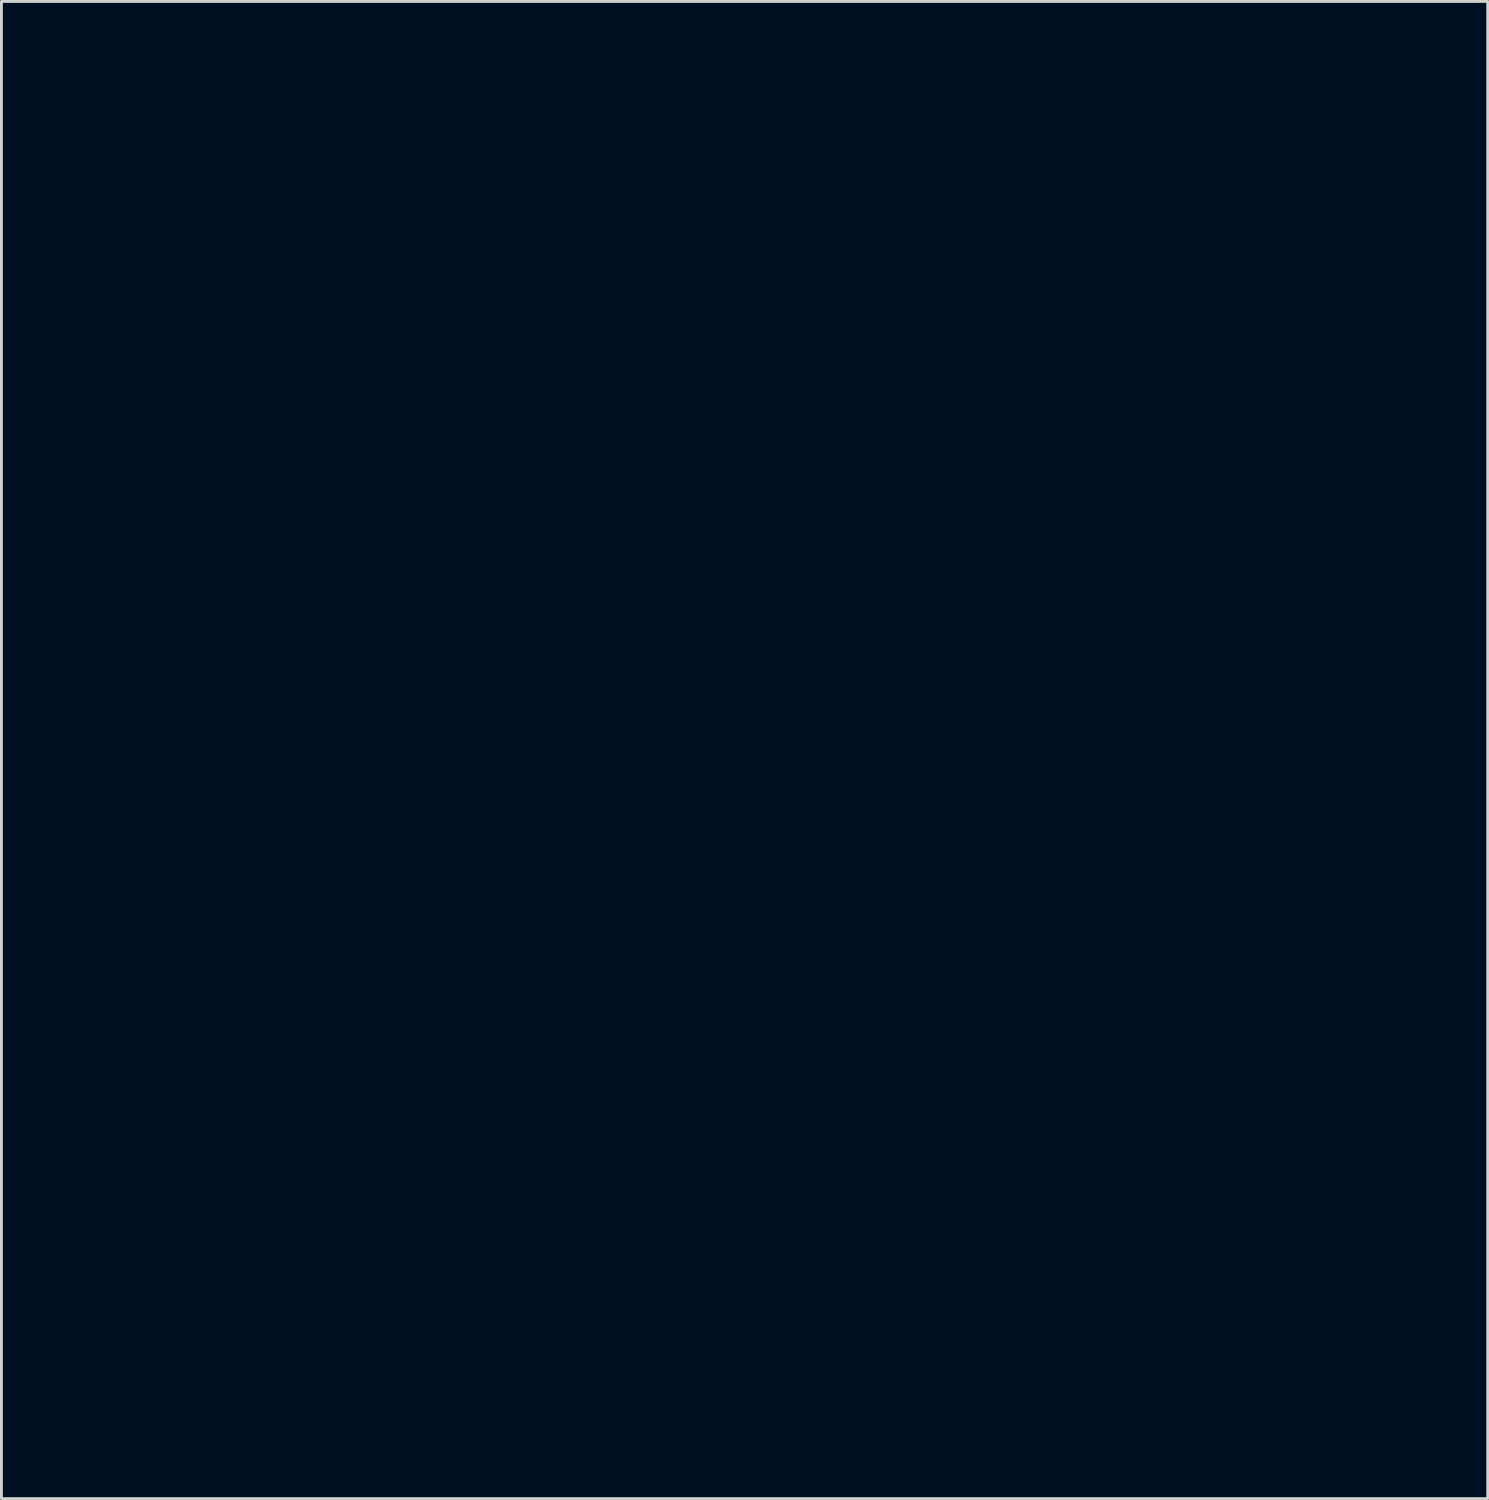
<source format=kicad_pcb>
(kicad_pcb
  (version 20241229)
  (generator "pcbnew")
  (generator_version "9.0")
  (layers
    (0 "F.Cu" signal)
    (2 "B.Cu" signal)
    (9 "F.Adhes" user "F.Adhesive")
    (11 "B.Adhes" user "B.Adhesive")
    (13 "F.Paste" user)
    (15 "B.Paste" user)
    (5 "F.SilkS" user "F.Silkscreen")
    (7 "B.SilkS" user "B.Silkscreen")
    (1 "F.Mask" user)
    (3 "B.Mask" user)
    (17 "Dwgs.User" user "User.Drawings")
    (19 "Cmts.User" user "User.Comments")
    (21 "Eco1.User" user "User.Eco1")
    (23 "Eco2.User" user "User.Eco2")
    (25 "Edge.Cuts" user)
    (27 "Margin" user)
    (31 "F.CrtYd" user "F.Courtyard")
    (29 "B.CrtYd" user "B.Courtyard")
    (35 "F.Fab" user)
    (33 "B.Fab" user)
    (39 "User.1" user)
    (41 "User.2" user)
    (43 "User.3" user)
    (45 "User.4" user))
  (footprint "F_Mask_mNoise"
    (layer "F.Cu")
    (at 23.013 23.204)
    (property "Reference" "F_Mask_mNoise" (at 0 0 0) (layer "F.Mask") (effects (font (size 1.524 1.524) (thickness 0.3))))
    (attr through_hole)
    (fp_poly (pts (xy 2.371 6.668) (xy 0.762 6.668) (xy 0.762 1.46) (xy 2.371 1.46) (xy 2.371 6.668)) (stroke (width 0.01) (type solid)) (fill yes) (layer "F.Mask"))
    (fp_poly (pts (xy 4.572 -3.873) (xy 2.963 -3.873) (xy 2.963 -9.081) (xy 4.572 -9.081) (xy 4.572 -3.873)) (stroke (width 0.01) (type solid)) (fill yes) (layer "F.Mask"))
    (fp_poly (pts (xy 4.826 6.54) (xy 3.217 6.54) (xy 3.217 1.333) (xy 4.826 1.333) (xy 4.826 6.54)) (stroke (width 0.01) (type solid)) (fill yes) (layer "F.Mask"))
    (fp_poly (pts (xy 7.154 -3.789) (xy 5.546 -3.789) (xy 5.546 -8.996) (xy 7.154 -8.996) (xy 7.154 -3.789)) (stroke (width 0.01) (type solid)) (fill yes) (layer "F.Mask"))
    (fp_poly (pts (xy 16.616 14.203) (xy 15.748 14.203) (xy 15.748 13.843) (xy 16.616 13.843) (xy 16.616 14.203)) (stroke (width 0.01) (type solid)) (fill yes) (layer "F.Mask"))
    (fp_poly (pts (xy -7.965 -21.637) (xy -7.945 -21.595) (xy -7.951 -21.558) (xy -7.98 -21.531) (xy -8.023 -21.528) (xy -8.062 -21.548) (xy -8.075 -21.569) (xy -8.079 -21.621) (xy -8.048 -21.649) (xy -8.013 -21.654) (xy -7.965 -21.637)) (stroke (width 0.01) (type solid)) (fill yes) (layer "F.Mask"))
    (fp_poly (pts (xy 9.906 -3.873) (xy 8.297 -3.873) (xy 8.297 -9.083) (xy 8.61 -9.066) (xy 8.756 -9.059) (xy 8.916 -9.054) (xy 9.082 -9.051) (xy 9.247 -9.049) (xy 9.405 -9.05) (xy 9.547 -9.052) (xy 9.668 -9.055) (xy 9.76 -9.061) (xy 9.816 -9.067) (xy 9.906 -9.086) (xy 9.906 -3.873)) (stroke (width 0.01) (type solid)) (fill yes) (layer "F.Mask"))
    (fp_poly (pts (xy -19.301 2.358) (xy -19.205 2.381) (xy -19.127 2.414) (xy -19.094 2.437) (xy -19.056 2.498) (xy -19.054 2.566) (xy -19.088 2.628) (xy -19.104 2.643) (xy -19.162 2.674) (xy -19.246 2.703) (xy -19.339 2.723) (xy -19.421 2.731) (xy -19.446 2.729) (xy -19.461 2.719) (xy -19.469 2.691) (xy -19.473 2.639) (xy -19.473 2.554) (xy -19.473 2.54) (xy -19.473 2.349) (xy -19.398 2.349) (xy -19.301 2.358)) (stroke (width 0.01) (type solid)) (fill yes) (layer "F.Mask"))
    (fp_poly (pts (xy -19.995 5.592) (xy -19.914 5.599) (xy -19.862 5.61) (xy -19.826 5.631) (xy -19.799 5.659) (xy -19.764 5.714) (xy -19.75 5.782) (xy -19.748 5.822) (xy -19.748 5.927) (xy -19.838 5.925) (xy -19.914 5.919) (xy -20.002 5.903) (xy -20.04 5.894) (xy -20.155 5.854) (xy -20.23 5.807) (xy -20.268 5.75) (xy -20.27 5.744) (xy -20.272 5.677) (xy -20.241 5.63) (xy -20.175 5.601) (xy -20.072 5.591) (xy -19.995 5.592)) (stroke (width 0.01) (type solid)) (fill yes) (layer "F.Mask"))
    (fp_poly (pts (xy -19.995 11.9) (xy -19.914 11.906) (xy -19.862 11.918) (xy -19.826 11.939) (xy -19.799 11.966) (xy -19.764 12.021) (xy -19.75 12.089) (xy -19.748 12.13) (xy -19.748 12.234) (xy -19.838 12.233) (xy -19.914 12.226) (xy -20.002 12.211) (xy -20.04 12.202) (xy -20.155 12.162) (xy -20.23 12.114) (xy -20.268 12.058) (xy -20.27 12.052) (xy -20.272 11.985) (xy -20.241 11.938) (xy -20.175 11.909) (xy -20.072 11.898) (xy -19.995 11.9)) (stroke (width 0.01) (type solid)) (fill yes) (layer "F.Mask"))
    (fp_poly (pts (xy 6.376 1.43) (xy 6.555 1.433) (xy 6.719 1.437) (xy 6.864 1.44) (xy 6.987 1.442) (xy 7.081 1.445) (xy 7.143 1.446) (xy 7.168 1.447) (xy 7.168 1.447) (xy 7.168 1.468) (xy 7.169 1.529) (xy 7.17 1.627) (xy 7.17 1.76) (xy 7.171 1.925) (xy 7.172 2.119) (xy 7.173 2.34) (xy 7.174 2.586) (xy 7.175 2.853) (xy 7.176 3.14) (xy 7.177 3.443) (xy 7.178 3.76) (xy 7.179 4.038) (xy 7.187 6.625) (xy 5.588 6.625) (xy 5.588 1.415) (xy 6.376 1.43)) (stroke (width 0.01) (type solid)) (fill yes) (layer "F.Mask"))
    (fp_poly (pts (xy -19.516 8.036) (xy -19.383 8.045) (xy -19.281 8.063) (xy -19.202 8.089) (xy -19.142 8.125) (xy -19.124 8.14) (xy -19.08 8.205) (xy -19.072 8.275) (xy -19.1 8.342) (xy -19.159 8.401) (xy -19.247 8.443) (xy -19.254 8.445) (xy -19.307 8.455) (xy -19.391 8.463) (xy -19.496 8.471) (xy -19.612 8.476) (xy -19.727 8.48) (xy -19.831 8.481) (xy -19.913 8.478) (xy -19.95 8.474) (xy -20.041 8.454) (xy -20.131 8.425) (xy -20.204 8.392) (xy -20.245 8.362) (xy -20.275 8.301) (xy -20.279 8.228) (xy -20.256 8.162) (xy -20.247 8.15) (xy -20.191 8.106) (xy -20.111 8.073) (xy -20.003 8.05) (xy -19.863 8.037) (xy -19.685 8.033) (xy -19.685 8.033) (xy -19.516 8.036)) (stroke (width 0.01) (type solid)) (fill yes) (layer "F.Mask"))
    (fp_poly (pts (xy -22.987 21.347) (xy -22.982 21.371) (xy -22.975 21.407) (xy -22.974 21.41) (xy -22.902 21.701) (xy -22.792 21.974) (xy -22.649 22.227) (xy -22.474 22.456) (xy -22.271 22.66) (xy -22.042 22.836) (xy -21.791 22.98) (xy -21.519 23.09) (xy -21.23 23.163) (xy -21.22 23.165) (xy -21.182 23.172) (xy -21.159 23.178) (xy -21.151 23.183) (xy -21.163 23.186) (xy -21.197 23.189) (xy -21.256 23.192) (xy -21.343 23.193) (xy -21.46 23.195) (xy -21.612 23.196) (xy -21.799 23.196) (xy -22.027 23.197) (xy -22.029 23.197) (xy -23.008 23.199) (xy -23.006 22.22) (xy -23.006 21.992) (xy -23.005 21.804) (xy -23.004 21.652) (xy -23.003 21.534) (xy -23.001 21.447) (xy -22.999 21.387) (xy -22.996 21.353) (xy -22.992 21.341) (xy -22.987 21.347)) (stroke (width 0.01) (type solid)) (fill yes) (layer "F.Mask"))
    (fp_poly (pts (xy -22.029 -23.197) (xy -21.802 -23.196) (xy -21.613 -23.196) (xy -21.462 -23.195) (xy -21.344 -23.193) (xy -21.257 -23.192) (xy -21.198 -23.189) (xy -21.163 -23.186) (xy -21.151 -23.183) (xy -21.159 -23.178) (xy -21.182 -23.172) (xy -21.219 -23.165) (xy -21.22 -23.165) (xy -21.509 -23.093) (xy -21.782 -22.985) (xy -22.034 -22.842) (xy -22.264 -22.667) (xy -22.468 -22.464) (xy -22.643 -22.235) (xy -22.788 -21.983) (xy -22.898 -21.71) (xy -22.972 -21.42) (xy -22.974 -21.41) (xy -22.981 -21.373) (xy -22.987 -21.349) (xy -22.992 -21.341) (xy -22.996 -21.351) (xy -22.999 -21.384) (xy -23.001 -21.442) (xy -23.003 -21.527) (xy -23.004 -21.642) (xy -23.005 -21.792) (xy -23.006 -21.977) (xy -23.006 -22.202) (xy -23.006 -22.22) (xy -23.008 -23.199) (xy -22.029 -23.197)) (stroke (width 0.01) (type solid)) (fill yes) (layer "F.Mask"))
    (fp_poly (pts (xy 22.996 21.354) (xy 22.999 21.388) (xy 23.001 21.447) (xy 23.003 21.533) (xy 23.004 21.651) (xy 23.005 21.802) (xy 23.006 21.99) (xy 23.006 22.217) (xy 23.006 22.22) (xy 23.008 23.199) (xy 22.029 23.197) (xy 21.802 23.196) (xy 21.613 23.196) (xy 21.462 23.195) (xy 21.344 23.194) (xy 21.256 23.192) (xy 21.197 23.19) (xy 21.162 23.187) (xy 21.15 23.183) (xy 21.157 23.178) (xy 21.18 23.172) (xy 21.216 23.165) (xy 21.22 23.165) (xy 21.51 23.092) (xy 21.783 22.983) (xy 22.036 22.839) (xy 22.266 22.665) (xy 22.47 22.462) (xy 22.645 22.233) (xy 22.79 21.981) (xy 22.9 21.709) (xy 22.973 21.42) (xy 22.975 21.41) (xy 22.982 21.373) (xy 22.987 21.349) (xy 22.992 21.342) (xy 22.996 21.354)) (stroke (width 0.01) (type solid)) (fill yes) (layer "F.Mask"))
    (fp_poly (pts (xy 23.008 -22.225) (xy 23.008 -22.027) (xy 23.008 -21.842) (xy 23.007 -21.675) (xy 23.006 -21.529) (xy 23.005 -21.41) (xy 23.004 -21.322) (xy 23.003 -21.267) (xy 23.002 -21.251) (xy 22.996 -21.271) (xy 22.986 -21.322) (xy 22.974 -21.395) (xy 22.97 -21.418) (xy 22.906 -21.695) (xy 22.803 -21.959) (xy 22.666 -22.205) (xy 22.497 -22.431) (xy 22.3 -22.634) (xy 22.077 -22.81) (xy 21.831 -22.957) (xy 21.566 -23.072) (xy 21.285 -23.152) (xy 21.22 -23.165) (xy 21.182 -23.172) (xy 21.158 -23.178) (xy 21.15 -23.182) (xy 21.161 -23.186) (xy 21.194 -23.189) (xy 21.251 -23.192) (xy 21.336 -23.193) (xy 21.452 -23.195) (xy 21.601 -23.196) (xy 21.787 -23.196) (xy 22.011 -23.197) (xy 22.029 -23.197) (xy 23.008 -23.199) (xy 23.008 -22.225)) (stroke (width 0.01) (type solid)) (fill yes) (layer "F.Mask"))
    (fp_poly (pts (xy 8.631 9.781) (xy 8.637 9.788) (xy 8.646 9.807) (xy 8.661 9.841) (xy 8.681 9.894) (xy 8.71 9.972) (xy 8.75 10.078) (xy 8.801 10.217) (xy 8.83 10.298) (xy 8.866 10.395) (xy 8.912 10.523) (xy 8.968 10.68) (xy 9.032 10.86) (xy 9.104 11.061) (xy 9.182 11.28) (xy 9.264 11.513) (xy 9.35 11.757) (xy 9.439 12.009) (xy 9.529 12.265) (xy 9.62 12.522) (xy 9.709 12.777) (xy 9.797 13.025) (xy 9.881 13.265) (xy 9.961 13.492) (xy 10.034 13.704) (xy 10.102 13.896) (xy 10.161 14.066) (xy 10.211 14.21) (xy 10.25 14.325) (xy 10.278 14.408) (xy 10.293 14.455) (xy 10.295 14.46) (xy 10.318 14.545) (xy 10.328 14.596) (xy 10.325 14.62) (xy 10.313 14.624) (xy 10.291 14.62) (xy 10.23 14.609) (xy 10.132 14.59) (xy 10 14.566) (xy 9.837 14.535) (xy 9.645 14.499) (xy 9.427 14.458) (xy 9.186 14.412) (xy 8.923 14.363) (xy 8.643 14.31) (xy 8.346 14.254) (xy 8.036 14.196) (xy 7.832 14.157) (xy 7.515 14.097) (xy 7.21 14.04) (xy 6.919 13.984) (xy 6.645 13.932) (xy 6.39 13.884) (xy 6.158 13.839) (xy 5.949 13.799) (xy 5.768 13.764) (xy 5.617 13.735) (xy 5.497 13.711) (xy 5.413 13.694) (xy 5.366 13.684) (xy 5.356 13.682) (xy 5.353 13.668) (xy 5.363 13.641) (xy 5.386 13.6) (xy 5.425 13.542) (xy 5.48 13.467) (xy 5.553 13.373) (xy 5.645 13.257) (xy 5.759 13.118) (xy 5.894 12.954) (xy 6.053 12.764) (xy 6.238 12.545) (xy 6.447 12.298) (xy 6.675 12.028) (xy 6.899 11.765) (xy 7.116 11.51) (xy 7.326 11.265) (xy 7.525 11.032) (xy 7.713 10.813) (xy 7.889 10.61) (xy 8.049 10.425) (xy 8.193 10.259) (xy 8.32 10.115) (xy 8.427 9.993) (xy 8.513 9.897) (xy 8.576 9.829) (xy 8.614 9.789) (xy 8.626 9.779) (xy 8.631 9.781)) (stroke (width 0.01) (type solid)) (fill yes) (layer "F.Mask"))
    (fp_poly (pts (xy -15.889 -20.082) (xy -15.887 -19.78) (xy -15.884 -19.488) (xy -15.882 -19.208) (xy -15.879 -18.945) (xy -15.876 -18.7) (xy -15.873 -18.478) (xy -15.869 -18.28) (xy -15.866 -18.111) (xy -15.863 -17.973) (xy -15.86 -17.869) (xy -15.857 -17.802) (xy -15.855 -17.78) (xy -15.846 -17.728) (xy -15.835 -17.684) (xy -15.816 -17.644) (xy -15.785 -17.603) (xy -15.739 -17.558) (xy -15.672 -17.504) (xy -15.582 -17.435) (xy -15.463 -17.349) (xy -15.399 -17.303) (xy -15.109 -17.088) (xy -14.858 -16.889) (xy -14.646 -16.705) (xy -14.472 -16.536) (xy -14.337 -16.381) (xy -14.253 -16.263) (xy -14.167 -16.109) (xy -14.082 -15.921) (xy -14 -15.711) (xy -13.925 -15.488) (xy -13.862 -15.265) (xy -13.81 -15.061) (xy -13.761 -14.889) (xy -13.715 -14.741) (xy -13.666 -14.608) (xy -13.614 -14.48) (xy -13.575 -14.395) (xy -13.515 -14.27) (xy -13.46 -14.175) (xy -13.405 -14.1) (xy -13.34 -14.034) (xy -13.258 -13.968) (xy -13.232 -13.949) (xy -13.172 -13.904) (xy -13.122 -13.861) (xy -13.075 -13.816) (xy -13.029 -13.761) (xy -12.978 -13.692) (xy -12.917 -13.602) (xy -12.842 -13.486) (xy -12.784 -13.395) (xy -12.648 -13.171) (xy -12.535 -12.968) (xy -12.444 -12.775) (xy -12.372 -12.586) (xy -12.316 -12.39) (xy -12.273 -12.179) (xy -12.24 -11.945) (xy -12.214 -11.678) (xy -12.212 -11.642) (xy -12.201 -11.466) (xy -12.196 -11.276) (xy -12.196 -11.081) (xy -12.201 -10.89) (xy -12.21 -10.711) (xy -12.223 -10.554) (xy -12.24 -10.428) (xy -12.245 -10.403) (xy -12.296 -10.234) (xy -12.372 -10.094) (xy -12.472 -9.986) (xy -12.594 -9.913) (xy -12.668 -9.888) (xy -12.756 -9.873) (xy -12.871 -9.862) (xy -12.998 -9.855) (xy -13.123 -9.854) (xy -13.231 -9.86) (xy -13.261 -9.863) (xy -13.319 -9.876) (xy -13.408 -9.902) (xy -13.523 -9.94) (xy -13.656 -9.987) (xy -13.8 -10.04) (xy -13.947 -10.096) (xy -14.092 -10.153) (xy -14.227 -10.209) (xy -14.345 -10.26) (xy -14.409 -10.289) (xy -14.543 -10.37) (xy -14.668 -10.475) (xy -14.774 -10.595) (xy -14.85 -10.718) (xy -14.851 -10.721) (xy -14.906 -10.84) (xy -14.922 -11.659) (xy -14.938 -12.478) (xy -14.854 -12.668) (xy -14.777 -12.85) (xy -14.721 -13.006) (xy -14.682 -13.148) (xy -14.658 -13.286) (xy -14.647 -13.431) (xy -14.644 -13.516) (xy -14.645 -13.614) (xy -14.651 -13.686) (xy -14.665 -13.75) (xy -14.693 -13.823) (xy -14.721 -13.888) (xy -14.796 -14.059) (xy -14.855 -14.205) (xy -14.904 -14.338) (xy -14.947 -14.47) (xy -14.988 -14.614) (xy -14.997 -14.649) (xy -15.066 -14.883) (xy -15.14 -15.087) (xy -15.226 -15.272) (xy -15.329 -15.448) (xy -15.454 -15.628) (xy -15.506 -15.697) (xy -15.652 -15.868) (xy -15.821 -16.035) (xy -16.021 -16.204) (xy -16.255 -16.379) (xy -16.255 -16.38) (xy -16.459 -16.532) (xy -16.624 -16.67) (xy -16.751 -16.795) (xy -16.84 -16.908) (xy -16.88 -16.978) (xy -16.909 -17.045) (xy -16.928 -17.102) (xy -16.933 -17.128) (xy -16.946 -17.165) (xy -16.979 -17.216) (xy -16.99 -17.23) (xy -17.047 -17.298) (xy -17.064 -18.073) (xy -17.067 -18.224) (xy -17.07 -18.411) (xy -17.072 -18.629) (xy -17.074 -18.874) (xy -17.075 -19.139) (xy -17.076 -19.42) (xy -17.077 -19.71) (xy -17.077 -20.004) (xy -17.077 -20.298) (xy -17.076 -20.542) (xy -17.071 -22.236) (xy -16.487 -22.241) (xy -15.903 -22.247) (xy -15.889 -20.082)) (stroke (width 0.01) (type solid)) (fill yes) (layer "F.Mask"))
    (fp_poly (pts (xy 1.484 -16.379) (xy 1.609 -16.371) (xy 1.683 -16.362) (xy 1.801 -16.332) (xy 1.938 -16.277) (xy 2.082 -16.204) (xy 2.222 -16.12) (xy 2.346 -16.029) (xy 2.383 -15.998) (xy 2.589 -15.797) (xy 2.758 -15.592) (xy 2.894 -15.377) (xy 3 -15.145) (xy 3.079 -14.9) (xy 3.142 -14.596) (xy 3.166 -14.296) (xy 3.152 -13.997) (xy 3.097 -13.694) (xy 3.003 -13.385) (xy 2.919 -13.176) (xy 2.876 -13.071) (xy 2.839 -12.97) (xy 2.812 -12.885) (xy 2.799 -12.827) (xy 2.799 -12.825) (xy 2.8 -12.752) (xy 2.813 -12.646) (xy 2.837 -12.512) (xy 2.849 -12.455) (xy 2.888 -12.244) (xy 2.907 -12.053) (xy 2.907 -11.869) (xy 2.885 -11.677) (xy 2.844 -11.463) (xy 2.839 -11.441) (xy 2.81 -11.309) (xy 2.778 -11.153) (xy 2.746 -10.989) (xy 2.717 -10.834) (xy 2.709 -10.79) (xy 2.687 -10.67) (xy 2.666 -10.561) (xy 2.646 -10.472) (xy 2.631 -10.411) (xy 2.623 -10.389) (xy 2.599 -10.358) (xy 2.553 -10.302) (xy 2.488 -10.23) (xy 2.411 -10.147) (xy 2.371 -10.105) (xy 2.287 -10.015) (xy 2.211 -9.927) (xy 2.148 -9.849) (xy 2.107 -9.789) (xy 2.097 -9.771) (xy 2.07 -9.69) (xy 2.048 -9.568) (xy 2.031 -9.407) (xy 2.02 -9.204) (xy 2.014 -8.961) (xy 2.013 -8.676) (xy 2.014 -8.528) (xy 2.017 -8.356) (xy 2.02 -8.221) (xy 2.024 -8.119) (xy 2.029 -8.046) (xy 2.036 -7.996) (xy 2.044 -7.964) (xy 2.053 -7.949) (xy 2.061 -7.917) (xy 2.069 -7.844) (xy 2.077 -7.728) (xy 2.083 -7.572) (xy 2.089 -7.373) (xy 2.095 -7.132) (xy 2.1 -6.849) (xy 2.104 -6.525) (xy 2.107 -6.158) (xy 2.11 -5.749) (xy 2.112 -5.298) (xy 2.114 -4.804) (xy 2.115 -4.292) (xy 2.117 -2.731) (xy 0.557 -2.731) (xy 0.543 -4.821) (xy 0.54 -5.116) (xy 0.538 -5.401) (xy 0.536 -5.672) (xy 0.533 -5.926) (xy 0.53 -6.16) (xy 0.528 -6.371) (xy 0.525 -6.556) (xy 0.523 -6.713) (xy 0.52 -6.838) (xy 0.518 -6.927) (xy 0.516 -6.979) (xy 0.515 -6.99) (xy 0.5 -7.046) (xy 0.474 -7.069) (xy 0.464 -7.07) (xy 0.423 -7.087) (xy 0.403 -7.111) (xy 0.395 -7.145) (xy 0.385 -7.215) (xy 0.373 -7.318) (xy 0.361 -7.446) (xy 0.349 -7.596) (xy 0.337 -7.761) (xy 0.325 -7.937) (xy 0.314 -8.117) (xy 0.304 -8.297) (xy 0.303 -8.312) (xy 0.298 -8.428) (xy 0.297 -8.512) (xy 0.3 -8.573) (xy 0.308 -8.621) (xy 0.323 -8.665) (xy 0.336 -8.699) (xy 0.369 -8.781) (xy 0.404 -8.878) (xy 0.424 -8.94) (xy 0.464 -9.045) (xy 0.521 -9.154) (xy 0.599 -9.271) (xy 0.702 -9.404) (xy 0.824 -9.547) (xy 0.898 -9.633) (xy 0.965 -9.712) (xy 1.016 -9.777) (xy 1.047 -9.82) (xy 1.05 -9.827) (xy 1.065 -9.871) (xy 1.082 -9.946) (xy 1.099 -10.041) (xy 1.113 -10.134) (xy 1.129 -10.244) (xy 1.151 -10.381) (xy 1.177 -10.531) (xy 1.205 -10.679) (xy 1.218 -10.741) (xy 1.242 -10.867) (xy 1.263 -10.985) (xy 1.279 -11.087) (xy 1.289 -11.163) (xy 1.291 -11.196) (xy 1.288 -11.249) (xy 1.278 -11.331) (xy 1.263 -11.434) (xy 1.245 -11.55) (xy 1.225 -11.671) (xy 1.204 -11.789) (xy 1.184 -11.897) (xy 1.165 -11.987) (xy 1.15 -12.05) (xy 1.14 -12.079) (xy 1.111 -12.095) (xy 1.052 -12.116) (xy 0.976 -12.137) (xy 0.967 -12.139) (xy 0.755 -12.209) (xy 0.542 -12.315) (xy 0.335 -12.452) (xy 0.141 -12.614) (xy -0.032 -12.797) (xy -0.157 -12.963) (xy -0.251 -13.129) (xy -0.338 -13.327) (xy -0.411 -13.547) (xy -0.44 -13.652) (xy -0.46 -13.736) (xy -0.475 -13.81) (xy -0.485 -13.883) (xy -0.491 -13.965) (xy -0.495 -14.065) (xy -0.496 -14.194) (xy -0.497 -14.277) (xy -0.496 -14.424) (xy -0.494 -14.538) (xy -0.49 -14.626) (xy -0.483 -14.699) (xy -0.472 -14.764) (xy -0.456 -14.83) (xy -0.448 -14.859) (xy -0.36 -15.117) (xy -0.238 -15.373) (xy -0.089 -15.614) (xy 0.042 -15.784) (xy 0.173 -15.921) (xy 0.326 -16.048) (xy 0.491 -16.162) (xy 0.659 -16.256) (xy 0.822 -16.325) (xy 0.963 -16.362) (xy 1.067 -16.373) (xy 1.198 -16.38) (xy 1.341 -16.382) (xy 1.484 -16.379)) (stroke (width 0.01) (type solid)) (fill yes) (layer "F.Mask"))
    (fp_poly (pts (xy -5.546 -7.027) (xy -5.535 -5.154) (xy -5.466 -5.022) (xy -5.407 -4.891) (xy -5.366 -4.756) (xy -5.342 -4.612) (xy -5.337 -4.454) (xy -5.35 -4.276) (xy -5.381 -4.074) (xy -5.43 -3.842) (xy -5.471 -3.672) (xy -5.546 -3.382) (xy -5.546 7.303) (xy -7.149 7.303) (xy -7.162 7.208) (xy -7.163 7.176) (xy -7.164 7.105) (xy -7.166 6.996) (xy -7.167 6.851) (xy -7.168 6.674) (xy -7.17 6.466) (xy -7.171 6.229) (xy -7.172 5.966) (xy -7.173 5.679) (xy -7.174 5.371) (xy -7.174 5.043) (xy -7.175 4.699) (xy -7.176 4.34) (xy -7.176 3.969) (xy -7.176 3.7) (xy -7.178 0.286) (xy -6.711 0.28) (xy -6.244 0.274) (xy -6.244 -2.184) (xy -6.376 -2.17) (xy -6.459 -2.159) (xy -6.564 -2.142) (xy -6.674 -2.123) (xy -6.713 -2.115) (xy -6.888 -2.086) (xy -7.033 -2.077) (xy -7.154 -2.092) (xy -7.26 -2.134) (xy -7.359 -2.206) (xy -7.458 -2.31) (xy -7.564 -2.45) (xy -7.566 -2.453) (xy -7.659 -2.576) (xy -7.754 -2.682) (xy -7.861 -2.78) (xy -7.99 -2.879) (xy -8.107 -2.96) (xy -8.218 -3.037) (xy -8.339 -3.127) (xy -8.454 -3.216) (xy -8.52 -3.27) (xy -8.648 -3.376) (xy -8.754 -3.454) (xy -8.842 -3.505) (xy -8.92 -3.532) (xy -8.993 -3.537) (xy -9.068 -3.523) (xy -9.151 -3.491) (xy -9.155 -3.489) (xy -9.194 -3.473) (xy -9.235 -3.46) (xy -9.284 -3.451) (xy -9.348 -3.444) (xy -9.433 -3.439) (xy -9.548 -3.436) (xy -9.684 -3.433) (xy -10.117 -3.435) (xy -10.516 -3.46) (xy -10.879 -3.508) (xy -11.209 -3.579) (xy -11.505 -3.672) (xy -11.737 -3.773) (xy -11.865 -3.844) (xy -11.997 -3.932) (xy -12.141 -4.044) (xy -12.207 -4.099) (xy -12.269 -4.151) (xy -12.319 -4.19) (xy -12.347 -4.211) (xy -12.35 -4.212) (xy -12.352 -4.192) (xy -12.354 -4.133) (xy -12.355 -4.042) (xy -12.356 -3.921) (xy -12.357 -3.775) (xy -12.357 -3.609) (xy -12.357 -3.427) (xy -12.356 -3.339) (xy -12.356 -3.06) (xy -12.358 -2.82) (xy -12.362 -2.612) (xy -12.369 -2.434) (xy -12.379 -2.281) (xy -12.392 -2.149) (xy -12.409 -2.032) (xy -12.43 -1.928) (xy -12.456 -1.83) (xy -12.486 -1.736) (xy -12.487 -1.736) (xy -12.514 -1.65) (xy -12.535 -1.566) (xy -12.55 -1.473) (xy -12.563 -1.36) (xy -12.573 -1.238) (xy -12.593 -0.976) (xy -12.615 -0.755) (xy -12.638 -0.574) (xy -12.66 -0.445) (xy -12.682 -0.347) (xy -12.713 -0.23) (xy -12.749 -0.103) (xy -12.788 0.022) (xy -12.826 0.136) (xy -12.86 0.228) (xy -12.882 0.28) (xy -12.964 0.407) (xy -13.068 0.507) (xy -13.198 0.58) (xy -13.355 0.628) (xy -13.543 0.651) (xy -13.738 0.653) (xy -13.839 0.649) (xy -13.91 0.642) (xy -13.965 0.63) (xy -14.016 0.61) (xy -14.076 0.577) (xy -14.108 0.558) (xy -14.205 0.502) (xy -14.316 0.441) (xy -14.411 0.39) (xy -14.486 0.348) (xy -14.546 0.306) (xy -14.581 0.273) (xy -14.585 0.266) (xy -14.596 0.23) (xy -14.612 0.161) (xy -14.633 0.069) (xy -14.654 -0.037) (xy -14.659 -0.059) (xy -14.692 -0.219) (xy -14.723 -0.348) (xy -14.756 -0.458) (xy -14.796 -0.56) (xy -14.845 -0.666) (xy -14.889 -0.751) (xy -14.933 -0.835) (xy -14.96 -0.895) (xy -14.969 -0.941) (xy -14.961 -0.988) (xy -14.937 -1.048) (xy -14.901 -1.126) (xy -14.889 -1.158) (xy -14.891 -1.187) (xy -14.912 -1.223) (xy -14.956 -1.276) (xy -14.973 -1.295) (xy -15.087 -1.453) (xy -15.16 -1.616) (xy -15.191 -1.785) (xy -15.179 -1.959) (xy -15.142 -2.096) (xy -15.125 -2.149) (xy -15.12 -2.188) (xy -15.129 -2.227) (xy -15.156 -2.282) (xy -15.174 -2.316) (xy -15.24 -2.44) (xy -15.24 -2.857) (xy -15.239 -2.975) (xy -15.238 -3.128) (xy -15.235 -3.307) (xy -15.232 -3.505) (xy -15.228 -3.714) (xy -15.224 -3.926) (xy -15.219 -4.129) (xy -15.214 -4.324) (xy -15.209 -4.552) (xy -15.204 -4.807) (xy -15.198 -5.079) (xy -15.192 -5.36) (xy -15.187 -5.643) (xy -15.182 -5.918) (xy -15.177 -6.178) (xy -15.177 -6.198) (xy -15.155 -7.412) (xy -14.999 -7.68) (xy -14.936 -7.785) (xy -14.89 -7.86) (xy -14.854 -7.909) (xy -14.825 -7.939) (xy -14.798 -7.955) (xy -14.771 -7.963) (xy -14.728 -7.968) (xy -14.65 -7.973) (xy -14.547 -7.978) (xy -14.425 -7.981) (xy -14.298 -7.984) (xy -14.153 -7.986) (xy -14.044 -7.986) (xy -13.963 -7.983) (xy -13.904 -7.978) (xy -13.86 -7.97) (xy -13.825 -7.958) (xy -13.813 -7.953) (xy -13.753 -7.933) (xy -13.666 -7.914) (xy -13.569 -7.899) (xy -13.539 -7.896) (xy -13.475 -7.889) (xy -13.423 -7.882) (xy -13.377 -7.871) (xy -13.332 -7.854) (xy -13.279 -7.827) (xy -13.215 -7.788) (xy -13.131 -7.733) (xy -13.023 -7.659) (xy -12.939 -7.601) (xy -12.844 -7.534) (xy -12.754 -7.468) (xy -12.679 -7.411) (xy -12.629 -7.369) (xy -12.629 -7.368) (xy -12.567 -7.297) (xy -12.509 -7.206) (xy -12.461 -7.109) (xy -12.432 -7.019) (xy -12.425 -6.968) (xy -12.414 -6.886) (xy -12.378 -6.797) (xy -12.315 -6.694) (xy -12.27 -6.634) (xy -12.21 -6.545) (xy -12.151 -6.441) (xy -12.115 -6.363) (xy -12.054 -6.217) (xy -11.873 -6.125) (xy -11.774 -6.069) (xy -11.662 -5.996) (xy -11.556 -5.919) (xy -11.513 -5.885) (xy -11.264 -5.684) (xy -11.03 -5.51) (xy -10.8 -5.355) (xy -10.565 -5.213) (xy -10.314 -5.075) (xy -10.241 -5.037) (xy -10.035 -4.937) (xy -9.857 -4.861) (xy -9.701 -4.807) (xy -9.561 -4.774) (xy -9.433 -4.76) (xy -9.389 -4.759) (xy -9.3 -4.762) (xy -9.214 -4.774) (xy -9.122 -4.797) (xy -9.019 -4.832) (xy -8.897 -4.882) (xy -8.751 -4.95) (xy -8.609 -5.019) (xy -8.49 -5.076) (xy -8.401 -5.117) (xy -8.333 -5.143) (xy -8.278 -5.158) (xy -8.23 -5.164) (xy -8.203 -5.165) (xy -8.046 -5.146) (xy -7.885 -5.092) (xy -7.734 -5.008) (xy -7.601 -4.9) (xy -7.572 -4.869) (xy -7.521 -4.815) (xy -7.482 -4.777) (xy -7.461 -4.763) (xy -7.439 -4.775) (xy -7.392 -4.808) (xy -7.331 -4.854) (xy -7.311 -4.87) (xy -7.176 -4.978) (xy -7.17 -6.939) (xy -7.165 -8.901) (xy -5.556 -8.901) (xy -5.546 -7.027)) (stroke (width 0.01) (type solid)) (fill yes) (layer "F.Mask"))
    (fp_poly (pts (xy -18.495 -22.241) (xy -17.876 -22.236) (xy -17.88 -20.373) (xy -17.881 -19.86) (xy -17.881 -19.388) (xy -17.879 -18.956) (xy -17.876 -18.562) (xy -17.872 -18.206) (xy -17.867 -17.887) (xy -17.861 -17.602) (xy -17.854 -17.352) (xy -17.845 -17.134) (xy -17.835 -16.947) (xy -17.824 -16.791) (xy -17.814 -16.69) (xy -17.792 -16.488) (xy -17.774 -16.322) (xy -17.758 -16.188) (xy -17.741 -16.079) (xy -17.723 -15.992) (xy -17.702 -15.92) (xy -17.675 -15.858) (xy -17.64 -15.8) (xy -17.597 -15.743) (xy -17.543 -15.679) (xy -17.476 -15.605) (xy -17.419 -15.542) (xy -17.336 -15.449) (xy -17.257 -15.358) (xy -17.189 -15.279) (xy -17.14 -15.22) (xy -17.126 -15.202) (xy -17.081 -15.153) (xy -17.013 -15.087) (xy -16.929 -15.012) (xy -16.841 -14.938) (xy -16.549 -14.684) (xy -16.299 -14.422) (xy -16.087 -14.151) (xy -15.914 -13.871) (xy -15.901 -13.847) (xy -15.79 -13.636) (xy -15.832 -13.131) (xy -15.851 -12.918) (xy -15.868 -12.741) (xy -15.883 -12.598) (xy -15.898 -12.481) (xy -15.913 -12.387) (xy -15.929 -12.31) (xy -15.947 -12.245) (xy -15.963 -12.198) (xy -16.027 -12.068) (xy -16.124 -11.927) (xy -16.247 -11.779) (xy -16.392 -11.631) (xy -16.553 -11.488) (xy -16.723 -11.355) (xy -16.897 -11.239) (xy -16.997 -11.182) (xy -17.156 -11.097) (xy -17.727 -11.086) (xy -17.893 -11.084) (xy -18.058 -11.083) (xy -18.213 -11.083) (xy -18.35 -11.084) (xy -18.46 -11.086) (xy -18.521 -11.089) (xy -18.631 -11.097) (xy -18.714 -11.109) (xy -18.783 -11.127) (xy -18.854 -11.155) (xy -18.889 -11.171) (xy -19.101 -11.291) (xy -19.311 -11.445) (xy -19.508 -11.626) (xy -19.667 -11.807) (xy -19.763 -11.943) (xy -19.857 -12.104) (xy -19.942 -12.276) (xy -20.009 -12.443) (xy -20.046 -12.562) (xy -20.071 -12.691) (xy -20.082 -12.781) (xy -19.844 -12.781) (xy -19.84 -12.72) (xy -19.803 -12.67) (xy -19.743 -12.641) (xy -19.708 -12.636) (xy -19.645 -12.631) (xy -19.599 -12.611) (xy -19.56 -12.567) (xy -19.517 -12.492) (xy -19.514 -12.486) (xy -19.467 -12.405) (xy -19.428 -12.366) (xy -19.413 -12.361) (xy -19.377 -12.373) (xy -19.32 -12.403) (xy -19.254 -12.446) (xy -19.193 -12.488) (xy -19.148 -12.518) (xy -19.127 -12.531) (xy -19.127 -12.531) (xy -19.113 -12.514) (xy -19.083 -12.472) (xy -19.051 -12.423) (xy -19.01 -12.364) (xy -18.975 -12.322) (xy -18.957 -12.307) (xy -18.928 -12.31) (xy -18.871 -12.328) (xy -18.795 -12.356) (xy -18.757 -12.372) (xy -18.676 -12.405) (xy -18.608 -12.43) (xy -18.564 -12.444) (xy -18.554 -12.446) (xy -18.535 -12.427) (xy -18.51 -12.379) (xy -18.489 -12.319) (xy -18.447 -12.2) (xy -18.405 -12.12) (xy -18.361 -12.076) (xy -18.32 -12.065) (xy -18.28 -12.063) (xy -18.267 -12.058) (xy -18.273 -12.036) (xy -18.289 -11.987) (xy -18.301 -11.95) (xy -18.326 -11.826) (xy -18.314 -11.699) (xy -18.265 -11.562) (xy -18.233 -11.498) (xy -18.154 -11.358) (xy -18.051 -11.471) (xy -17.986 -11.547) (xy -17.924 -11.631) (xy -17.885 -11.692) (xy -17.839 -11.79) (xy -17.826 -11.878) (xy -17.844 -11.968) (xy -17.865 -12.02) (xy -17.892 -12.102) (xy -17.904 -12.203) (xy -17.901 -12.328) (xy -17.884 -12.485) (xy -17.879 -12.52) (xy -17.854 -12.689) (xy -17.6 -12.744) (xy -17.426 -12.782) (xy -17.289 -12.817) (xy -17.186 -12.848) (xy -17.112 -12.877) (xy -17.063 -12.905) (xy -17.059 -12.909) (xy -17.035 -12.932) (xy -17.02 -12.962) (xy -17.011 -13.009) (xy -17.005 -13.082) (xy -17.002 -13.147) (xy -17.001 -13.273) (xy -17.013 -13.367) (xy -17.042 -13.436) (xy -17.091 -13.49) (xy -17.165 -13.538) (xy -17.187 -13.55) (xy -17.256 -13.582) (xy -17.316 -13.604) (xy -17.346 -13.61) (xy -17.385 -13.602) (xy -17.45 -13.582) (xy -17.529 -13.552) (xy -17.555 -13.542) (xy -17.721 -13.474) (xy -17.819 -13.585) (xy -17.879 -13.649) (xy -17.923 -13.683) (xy -17.959 -13.692) (xy -17.997 -13.678) (xy -18.013 -13.669) (xy -18.054 -13.654) (xy -18.077 -13.666) (xy -18.101 -13.709) (xy -18.121 -13.781) (xy -18.135 -13.868) (xy -18.139 -13.942) (xy -18.144 -14) (xy -18.156 -14.039) (xy -18.161 -14.044) (xy -18.176 -14.073) (xy -18.182 -14.117) (xy -18.194 -14.159) (xy -18.226 -14.221) (xy -18.27 -14.293) (xy -18.318 -14.363) (xy -18.363 -14.418) (xy -18.394 -14.446) (xy -18.415 -14.437) (xy -18.455 -14.401) (xy -18.507 -14.347) (xy -18.522 -14.33) (xy -18.632 -14.204) (xy -18.713 -14.293) (xy -18.754 -14.335) (xy -18.78 -14.354) (xy -18.791 -14.347) (xy -18.787 -14.31) (xy -18.768 -14.241) (xy -18.734 -14.138) (xy -18.701 -14.043) (xy -18.665 -13.936) (xy -18.635 -13.835) (xy -18.614 -13.752) (xy -18.606 -13.697) (xy -18.605 -13.692) (xy -18.611 -13.642) (xy -18.632 -13.602) (xy -18.674 -13.57) (xy -18.741 -13.542) (xy -18.838 -13.517) (xy -18.97 -13.491) (xy -19.019 -13.482) (xy -19.125 -13.463) (xy -19.217 -13.445) (xy -19.287 -13.43) (xy -19.326 -13.419) (xy -19.329 -13.417) (xy -19.339 -13.399) (xy -19.332 -13.362) (xy -19.306 -13.3) (xy -19.277 -13.24) (xy -19.241 -13.166) (xy -19.214 -13.108) (xy -19.199 -13.075) (xy -19.198 -13.072) (xy -19.214 -13.055) (xy -19.252 -13.024) (xy -19.265 -13.015) (xy -19.308 -12.989) (xy -19.355 -12.975) (xy -19.42 -12.971) (xy -19.487 -12.972) (xy -19.624 -12.964) (xy -19.729 -12.931) (xy -19.801 -12.872) (xy -19.843 -12.786) (xy -19.844 -12.781) (xy -20.082 -12.781) (xy -20.091 -12.86) (xy -20.107 -13.066) (xy -20.118 -13.305) (xy -20.125 -13.577) (xy -20.126 -13.877) (xy -20.124 -14.135) (xy -20.121 -14.322) (xy -20.117 -14.472) (xy -20.114 -14.592) (xy -20.109 -14.688) (xy -20.103 -14.767) (xy -20.095 -14.834) (xy -20.085 -14.895) (xy -20.072 -14.956) (xy -20.06 -15.007) (xy -19.974 -15.333) (xy -19.874 -15.657) (xy -19.764 -15.972) (xy -19.647 -16.269) (xy -19.524 -16.543) (xy -19.4 -16.784) (xy -19.354 -16.864) (xy -19.273 -17.01) (xy -19.215 -17.143) (xy -19.175 -17.278) (xy -19.148 -17.431) (xy -19.135 -17.543) (xy -19.132 -17.601) (xy -19.128 -17.7) (xy -19.125 -17.837) (xy -19.123 -18.009) (xy -19.12 -18.216) (xy -19.118 -18.454) (xy -19.117 -18.722) (xy -19.115 -19.017) (xy -19.114 -19.337) (xy -19.114 -19.681) (xy -19.114 -20.008) (xy -19.113 -22.247) (xy -18.495 -22.241)) (stroke (width 0.01) (type solid)) (fill yes) (layer "F.Mask"))
    (fp_poly (pts (xy -8.526 -16.365) (xy -8.488 -16.323) (xy -8.43 -16.254) (xy -8.357 -16.162) (xy -8.27 -16.052) (xy -8.173 -15.926) (xy -8.069 -15.789) (xy -8.054 -15.769) (xy -7.964 -15.651) (xy -7.871 -15.53) (xy -7.778 -15.411) (xy -7.69 -15.299) (xy -7.61 -15.2) (xy -7.544 -15.119) (xy -7.494 -15.061) (xy -7.466 -15.032) (xy -7.466 -15.032) (xy -7.454 -15.024) (xy -7.441 -15.019) (xy -7.423 -15.021) (xy -7.395 -15.031) (xy -7.355 -15.051) (xy -7.298 -15.083) (xy -7.221 -15.129) (xy -7.121 -15.191) (xy -6.993 -15.271) (xy -6.834 -15.371) (xy -6.773 -15.41) (xy -6.609 -15.513) (xy -6.454 -15.608) (xy -6.313 -15.694) (xy -6.191 -15.768) (xy -6.09 -15.827) (xy -6.015 -15.869) (xy -5.969 -15.892) (xy -5.958 -15.896) (xy -5.953 -15.893) (xy -5.951 -15.88) (xy -5.953 -15.855) (xy -5.96 -15.813) (xy -5.973 -15.751) (xy -5.992 -15.665) (xy -6.018 -15.553) (xy -6.052 -15.409) (xy -6.095 -15.232) (xy -6.141 -15.043) (xy -6.192 -14.83) (xy -6.234 -14.648) (xy -6.266 -14.496) (xy -6.289 -14.38) (xy -6.301 -14.299) (xy -6.304 -14.262) (xy -6.297 -14.176) (xy -5.507 -13.906) (xy -5.332 -13.846) (xy -5.17 -13.79) (xy -5.024 -13.739) (xy -4.9 -13.694) (xy -4.801 -13.658) (xy -4.733 -13.632) (xy -4.698 -13.617) (xy -4.696 -13.615) (xy -4.693 -13.607) (xy -4.7 -13.596) (xy -4.72 -13.581) (xy -4.758 -13.558) (xy -4.815 -13.528) (xy -4.895 -13.489) (xy -5.001 -13.438) (xy -5.137 -13.374) (xy -5.305 -13.295) (xy -5.472 -13.218) (xy -5.662 -13.13) (xy -5.817 -13.058) (xy -5.941 -13) (xy -6.037 -12.954) (xy -6.109 -12.919) (xy -6.161 -12.892) (xy -6.196 -12.873) (xy -6.218 -12.858) (xy -6.23 -12.847) (xy -6.237 -12.837) (xy -6.238 -12.833) (xy -6.237 -12.8) (xy -6.222 -12.733) (xy -6.193 -12.63) (xy -6.149 -12.492) (xy -6.089 -12.317) (xy -6.015 -12.104) (xy -5.925 -11.853) (xy -5.909 -11.811) (xy -5.744 -11.356) (xy -5.311 -11.341) (xy -5.172 -11.336) (xy -5.001 -11.329) (xy -4.809 -11.32) (xy -4.608 -11.311) (xy -4.408 -11.301) (xy -4.233 -11.292) (xy -4.005 -11.281) (xy -3.814 -11.274) (xy -3.654 -11.271) (xy -3.521 -11.273) (xy -3.408 -11.28) (xy -3.311 -11.292) (xy -3.225 -11.31) (xy -3.143 -11.334) (xy -3.061 -11.364) (xy -3.058 -11.365) (xy -2.925 -11.412) (xy -2.788 -11.445) (xy -2.638 -11.466) (xy -2.464 -11.476) (xy -2.36 -11.478) (xy -2.248 -11.478) (xy -2.164 -11.475) (xy -2.097 -11.466) (xy -2.031 -11.45) (xy -1.954 -11.425) (xy -1.916 -11.411) (xy -1.812 -11.371) (xy -1.69 -11.319) (xy -1.567 -11.265) (xy -1.503 -11.235) (xy -1.393 -11.18) (xy -1.309 -11.13) (xy -1.235 -11.075) (xy -1.159 -11.005) (xy -1.121 -10.967) (xy -1.031 -10.87) (xy -0.963 -10.781) (xy -0.903 -10.681) (xy -0.864 -10.604) (xy -0.791 -10.448) (xy -0.722 -10.292) (xy -0.653 -10.124) (xy -0.582 -9.936) (xy -0.502 -9.718) (xy -0.498 -9.705) (xy -0.379 -9.371) (xy -0.423 -8.734) (xy -0.435 -8.567) (xy -0.447 -8.407) (xy -0.459 -8.262) (xy -0.47 -8.138) (xy -0.479 -8.041) (xy -0.486 -7.978) (xy -0.488 -7.969) (xy -0.497 -7.907) (xy -0.505 -7.84) (xy -0.513 -7.765) (xy -0.519 -7.68) (xy -0.525 -7.582) (xy -0.53 -7.469) (xy -0.534 -7.338) (xy -0.538 -7.186) (xy -0.541 -7.012) (xy -0.543 -6.812) (xy -0.545 -6.584) (xy -0.547 -6.326) (xy -0.548 -6.034) (xy -0.548 -5.707) (xy -0.549 -5.342) (xy -0.549 -5.096) (xy -0.55 -2.815) (xy -2.16 -2.815) (xy -2.148 -7.969) (xy -2.1 -8.033) (xy -2.071 -8.086) (xy -2.049 -8.159) (xy -2.032 -8.265) (xy -2.029 -8.288) (xy -2.021 -8.374) (xy -2.019 -8.456) (xy -2.027 -8.539) (xy -2.044 -8.632) (xy -2.072 -8.739) (xy -2.113 -8.868) (xy -2.169 -9.025) (xy -2.212 -9.144) (xy -2.3 -9.372) (xy -2.381 -9.563) (xy -2.461 -9.722) (xy -2.54 -9.853) (xy -2.624 -9.961) (xy -2.715 -10.051) (xy -2.817 -10.127) (xy -2.932 -10.193) (xy -2.969 -10.211) (xy -3.148 -10.291) (xy -3.309 -10.347) (xy -3.465 -10.381) (xy -3.631 -10.397) (xy -3.757 -10.4) (xy -3.886 -10.397) (xy -3.989 -10.39) (xy -4.085 -10.374) (xy -4.189 -10.35) (xy -4.223 -10.341) (xy -4.328 -10.311) (xy -4.418 -10.287) (xy -4.497 -10.268) (xy -4.571 -10.253) (xy -4.645 -10.241) (xy -4.724 -10.233) (xy -4.814 -10.228) (xy -4.92 -10.226) (xy -5.047 -10.226) (xy -5.202 -10.227) (xy -5.388 -10.23) (xy -5.588 -10.233) (xy -5.905 -10.238) (xy -6.195 -10.245) (xy -6.455 -10.253) (xy -6.685 -10.261) (xy -6.882 -10.271) (xy -7.043 -10.281) (xy -7.168 -10.291) (xy -7.253 -10.302) (xy -7.281 -10.308) (xy -7.35 -10.343) (xy -7.436 -10.415) (xy -7.538 -10.521) (xy -7.652 -10.661) (xy -7.699 -10.721) (xy -7.77 -10.815) (xy -7.821 -10.878) (xy -7.857 -10.914) (xy -7.885 -10.925) (xy -7.909 -10.914) (xy -7.935 -10.886) (xy -7.952 -10.864) (xy -7.992 -10.809) (xy -8.045 -10.732) (xy -8.102 -10.647) (xy -8.118 -10.621) (xy -8.166 -10.549) (xy -8.205 -10.493) (xy -8.231 -10.461) (xy -8.237 -10.457) (xy -8.242 -10.46) (xy -8.248 -10.472) (xy -8.256 -10.496) (xy -8.267 -10.536) (xy -8.281 -10.595) (xy -8.3 -10.677) (xy -8.324 -10.784) (xy -8.354 -10.92) (xy -8.391 -11.089) (xy -8.435 -11.294) (xy -8.466 -11.441) (xy -8.507 -11.633) (xy -8.54 -11.788) (xy -8.567 -11.91) (xy -8.589 -12.002) (xy -8.607 -12.069) (xy -8.624 -12.114) (xy -8.641 -12.142) (xy -8.659 -12.156) (xy -8.681 -12.16) (xy -8.707 -12.159) (xy -8.739 -12.156) (xy -8.754 -12.155) (xy -8.805 -12.151) (xy -8.891 -12.143) (xy -9.008 -12.131) (xy -9.15 -12.116) (xy -9.31 -12.098) (xy -9.483 -12.079) (xy -9.627 -12.062) (xy -9.8 -12.042) (xy -9.959 -12.025) (xy -10.101 -12.01) (xy -10.219 -11.998) (xy -10.309 -11.991) (xy -10.366 -11.987) (xy -10.386 -11.987) (xy -10.388 -11.992) (xy -10.386 -11.999) (xy -10.378 -12.013) (xy -10.362 -12.036) (xy -10.336 -12.071) (xy -10.297 -12.119) (xy -10.244 -12.184) (xy -10.175 -12.269) (xy -10.086 -12.375) (xy -9.977 -12.507) (xy -9.846 -12.665) (xy -9.689 -12.853) (xy -9.687 -12.856) (xy -9.266 -13.361) (xy -9.909 -14.005) (xy -10.552 -14.649) (xy -9.683 -14.634) (xy -9.444 -14.631) (xy -9.245 -14.628) (xy -9.084 -14.628) (xy -8.958 -14.629) (xy -8.866 -14.632) (xy -8.805 -14.636) (xy -8.774 -14.642) (xy -8.771 -14.643) (xy -8.749 -14.66) (xy -8.734 -14.69) (xy -8.724 -14.742) (xy -8.715 -14.824) (xy -8.713 -14.856) (xy -8.706 -14.931) (xy -8.696 -15.035) (xy -8.684 -15.161) (xy -8.669 -15.303) (xy -8.652 -15.455) (xy -8.635 -15.613) (xy -8.618 -15.769) (xy -8.601 -15.92) (xy -8.585 -16.058) (xy -8.57 -16.178) (xy -8.558 -16.275) (xy -8.549 -16.343) (xy -8.543 -16.375) (xy -8.543 -16.378) (xy -8.526 -16.365)) (stroke (width 0.01) (type solid)) (fill yes) (layer "F.Mask"))
    (fp_poly (pts (xy -3.191 3.053) (xy -3.192 3.389) (xy -3.193 3.721) (xy -3.195 4.044) (xy -3.197 4.356) (xy -3.199 4.653) (xy -3.201 4.932) (xy -3.203 5.189) (xy -3.206 5.423) (xy -3.208 5.628) (xy -3.21 5.803) (xy -3.213 5.944) (xy -3.215 6.047) (xy -3.216 6.085) (xy -3.233 6.551) (xy -3.341 6.879) (xy -3.435 7.137) (xy -3.549 7.404) (xy -3.687 7.685) (xy -3.852 7.988) (xy -3.883 8.043) (xy -4.058 8.331) (xy -4.232 8.58) (xy -4.409 8.795) (xy -4.592 8.979) (xy -4.786 9.138) (xy -4.993 9.273) (xy -5.112 9.339) (xy -5.26 9.411) (xy -5.389 9.463) (xy -5.513 9.5) (xy -5.647 9.524) (xy -5.807 9.542) (xy -5.834 9.544) (xy -5.943 9.554) (xy -6.042 9.566) (xy -6.12 9.577) (xy -6.167 9.587) (xy -6.17 9.588) (xy -6.211 9.608) (xy -6.278 9.646) (xy -6.361 9.695) (xy -6.443 9.745) (xy -6.539 9.804) (xy -6.634 9.861) (xy -6.716 9.908) (xy -6.763 9.933) (xy -6.845 9.98) (xy -6.909 10.032) (xy -6.959 10.098) (xy -7.004 10.185) (xy -7.048 10.304) (xy -7.058 10.336) (xy -7.107 10.494) (xy -7.156 10.663) (xy -7.201 10.837) (xy -7.242 11.007) (xy -7.277 11.167) (xy -7.304 11.308) (xy -7.322 11.425) (xy -7.329 11.51) (xy -7.329 11.517) (xy -7.333 11.567) (xy -7.353 11.601) (xy -7.399 11.634) (xy -7.416 11.643) (xy -7.542 11.737) (xy -7.659 11.867) (xy -7.762 12.029) (xy -7.85 12.218) (xy -7.918 12.429) (xy -7.959 12.615) (xy -7.977 12.699) (xy -7.999 12.777) (xy -8.016 12.821) (xy -8.024 12.844) (xy -8.031 12.871) (xy -8.033 12.905) (xy -8.032 12.949) (xy -8.026 13.006) (xy -8.015 13.079) (xy -7.999 13.171) (xy -7.977 13.284) (xy -7.947 13.422) (xy -7.911 13.587) (xy -7.867 13.782) (xy -7.815 14.011) (xy -7.753 14.276) (xy -7.702 14.499) (xy -7.635 14.784) (xy -7.579 15.031) (xy -7.531 15.243) (xy -7.491 15.422) (xy -7.458 15.57) (xy -7.433 15.692) (xy -7.415 15.789) (xy -7.402 15.865) (xy -7.395 15.923) (xy -7.393 15.964) (xy -7.394 15.992) (xy -7.4 16.011) (xy -7.403 16.014) (xy -7.43 16.031) (xy -7.487 16.051) (xy -7.561 16.073) (xy -7.567 16.074) (xy -7.666 16.099) (xy -7.795 16.13) (xy -7.952 16.167) (xy -8.132 16.21) (xy -8.333 16.258) (xy -8.55 16.31) (xy -8.781 16.364) (xy -9.022 16.421) (xy -9.27 16.479) (xy -9.52 16.538) (xy -9.771 16.597) (xy -10.017 16.654) (xy -10.256 16.71) (xy -10.484 16.763) (xy -10.699 16.813) (xy -10.895 16.858) (xy -11.071 16.899) (xy -11.222 16.933) (xy -11.344 16.961) (xy -11.436 16.981) (xy -11.493 16.994) (xy -11.51 16.997) (xy -11.523 16.978) (xy -11.543 16.925) (xy -11.569 16.846) (xy -11.597 16.748) (xy -11.606 16.716) (xy -11.63 16.628) (xy -11.661 16.505) (xy -11.699 16.356) (xy -11.741 16.187) (xy -11.786 16.006) (xy -11.831 15.819) (xy -11.863 15.689) (xy -11.93 15.415) (xy -11.989 15.18) (xy -12.043 14.98) (xy -12.091 14.812) (xy -12.134 14.674) (xy -12.174 14.563) (xy -12.212 14.475) (xy -12.247 14.407) (xy -12.256 14.393) (xy -12.313 14.316) (xy -12.396 14.225) (xy -12.507 14.118) (xy -12.65 13.991) (xy -12.683 13.963) (xy -12.765 13.886) (xy -12.853 13.792) (xy -12.932 13.699) (xy -12.944 13.683) (xy -13.009 13.6) (xy -13.092 13.501) (xy -13.181 13.4) (xy -13.245 13.33) (xy -13.342 13.221) (xy -13.413 13.131) (xy -13.46 13.052) (xy -13.488 12.976) (xy -13.501 12.892) (xy -13.504 12.815) (xy -13.501 12.721) (xy -13.486 12.646) (xy -13.456 12.57) (xy -13.439 12.534) (xy -13.354 12.405) (xy -13.246 12.312) (xy -13.115 12.253) (xy -12.962 12.231) (xy -12.79 12.244) (xy -12.732 12.256) (xy -12.682 12.262) (xy -12.591 12.268) (xy -12.46 12.274) (xy -12.29 12.279) (xy -12.081 12.283) (xy -11.836 12.287) (xy -11.555 12.291) (xy -11.504 12.291) (xy -10.382 12.302) (xy -9.747 12.151) (xy -9.5 12.092) (xy -9.29 12.041) (xy -9.114 11.996) (xy -8.97 11.957) (xy -8.852 11.923) (xy -8.758 11.892) (xy -8.685 11.862) (xy -8.628 11.833) (xy -8.585 11.803) (xy -8.551 11.772) (xy -8.523 11.737) (xy -8.506 11.712) (xy -8.484 11.671) (xy -8.47 11.63) (xy -8.463 11.577) (xy -8.462 11.502) (xy -8.463 11.419) (xy -8.465 11.338) (xy -8.463 11.268) (xy -8.456 11.199) (xy -8.443 11.122) (xy -8.422 11.028) (xy -8.392 10.907) (xy -8.373 10.831) (xy -8.332 10.666) (xy -8.302 10.532) (xy -8.284 10.418) (xy -8.275 10.316) (xy -8.275 10.213) (xy -8.283 10.102) (xy -8.296 9.991) (xy -8.313 9.82) (xy -8.315 9.681) (xy -8.302 9.567) (xy -8.273 9.469) (xy -8.236 9.394) (xy -8.192 9.315) (xy -8.141 9.22) (xy -8.098 9.133) (xy -8.055 9.053) (xy -8.009 8.981) (xy -7.969 8.931) (xy -7.966 8.929) (xy -7.88 8.861) (xy -7.763 8.784) (xy -7.625 8.706) (xy -7.477 8.632) (xy -7.474 8.631) (xy -7.379 8.588) (xy -7.35 8.576) (xy -6.435 8.576) (xy -6.432 8.608) (xy -6.429 8.615) (xy -6.412 8.601) (xy -6.374 8.564) (xy -6.323 8.512) (xy -6.317 8.507) (xy -6.264 8.451) (xy -6.238 8.422) (xy -6.238 8.414) (xy -6.262 8.423) (xy -6.287 8.435) (xy -6.375 8.487) (xy -6.423 8.536) (xy -6.435 8.576) (xy -7.35 8.576) (xy -7.266 8.54) (xy -7.141 8.488) (xy -7.013 8.436) (xy -6.886 8.386) (xy -6.769 8.34) (xy -6.667 8.302) (xy -6.586 8.273) (xy -6.535 8.257) (xy -6.521 8.255) (xy -6.483 8.275) (xy -6.458 8.32) (xy -6.435 8.365) (xy -6.409 8.369) (xy -6.409 8.369) (xy -6.378 8.35) (xy -6.324 8.315) (xy -6.257 8.272) (xy -6.257 8.272) (xy -6.18 8.228) (xy -6.112 8.2) (xy -6.061 8.19) (xy -6.035 8.199) (xy -6.033 8.207) (xy -6.043 8.234) (xy -6.07 8.279) (xy -6.075 8.287) (xy -6.109 8.348) (xy -6.11 8.389) (xy -6.078 8.42) (xy -6.044 8.436) (xy -5.964 8.456) (xy -5.847 8.465) (xy -5.694 8.464) (xy -5.514 8.453) (xy -5.349 8.439) (xy -5.206 8.141) (xy -5.123 7.963) (xy -5.058 7.812) (xy -5.007 7.678) (xy -4.966 7.551) (xy -4.932 7.422) (xy -4.914 7.344) (xy -4.868 7.087) (xy -4.839 6.828) (xy -4.828 6.575) (xy -4.833 6.335) (xy -4.855 6.116) (xy -4.895 5.926) (xy -4.912 5.871) (xy -4.942 5.758) (xy -4.947 5.676) (xy -4.926 5.622) (xy -4.895 5.599) (xy -4.851 5.57) (xy -4.832 5.546) (xy -4.83 5.521) (xy -4.827 5.457) (xy -4.825 5.355) (xy -4.823 5.219) (xy -4.82 5.051) (xy -4.818 4.854) (xy -4.816 4.631) (xy -4.813 4.384) (xy -4.811 4.115) (xy -4.809 3.829) (xy -4.807 3.526) (xy -4.806 3.21) (xy -4.805 3.006) (xy -4.794 0.497) (xy -3.989 0.492) (xy -3.183 0.486) (xy -3.191 3.053)) (stroke (width 0.01) (type solid)) (fill yes) (layer "F.Mask"))
    (fp_poly (pts (xy 13.899 -16.703) (xy 14.01 -16.698) (xy 14.103 -16.687) (xy 14.166 -16.672) (xy 14.168 -16.671) (xy 14.244 -16.648) (xy 14.321 -16.637) (xy 14.331 -16.637) (xy 14.403 -16.631) (xy 14.468 -16.615) (xy 14.471 -16.614) (xy 14.529 -16.596) (xy 14.604 -16.579) (xy 14.637 -16.573) (xy 14.711 -16.56) (xy 14.807 -16.543) (xy 14.905 -16.524) (xy 14.912 -16.523) (xy 15.014 -16.503) (xy 15.119 -16.483) (xy 15.206 -16.467) (xy 15.208 -16.467) (xy 15.299 -16.448) (xy 15.393 -16.425) (xy 15.438 -16.413) (xy 15.517 -16.395) (xy 15.594 -16.384) (xy 15.619 -16.383) (xy 15.677 -16.377) (xy 15.716 -16.364) (xy 15.719 -16.361) (xy 15.751 -16.347) (xy 15.81 -16.334) (xy 15.855 -16.328) (xy 15.929 -16.318) (xy 15.99 -16.306) (xy 16.013 -16.299) (xy 16.067 -16.278) (xy 16.094 -16.268) (xy 16.105 -16.263) (xy 16.114 -16.25) (xy 16.121 -16.227) (xy 16.125 -16.187) (xy 16.127 -16.127) (xy 16.126 -16.041) (xy 16.125 -15.924) (xy 16.122 -15.771) (xy 16.12 -15.7) (xy 16.116 -15.529) (xy 16.111 -15.353) (xy 16.107 -15.181) (xy 16.102 -15.024) (xy 16.098 -14.893) (xy 16.096 -14.834) (xy 16.091 -14.714) (xy 16.089 -14.629) (xy 16.09 -14.572) (xy 16.095 -14.537) (xy 16.105 -14.517) (xy 16.121 -14.504) (xy 16.133 -14.498) (xy 16.174 -14.473) (xy 16.192 -14.456) (xy 16.216 -14.437) (xy 16.263 -14.409) (xy 16.277 -14.401) (xy 16.339 -14.366) (xy 16.391 -14.332) (xy 16.438 -14.293) (xy 16.485 -14.244) (xy 16.537 -14.179) (xy 16.597 -14.094) (xy 16.672 -13.982) (xy 16.743 -13.874) (xy 16.766 -13.839) (xy 16.808 -13.777) (xy 16.862 -13.696) (xy 16.925 -13.603) (xy 16.944 -13.575) (xy 17.005 -13.483) (xy 17.058 -13.403) (xy 17.097 -13.34) (xy 17.118 -13.304) (xy 17.12 -13.298) (xy 17.139 -13.273) (xy 17.147 -13.271) (xy 17.17 -13.254) (xy 17.188 -13.224) (xy 17.216 -13.17) (xy 17.246 -13.122) (xy 17.283 -13.067) (xy 17.324 -13.003) (xy 17.329 -12.995) (xy 17.364 -12.942) (xy 17.393 -12.902) (xy 17.398 -12.897) (xy 17.418 -12.861) (xy 17.42 -12.849) (xy 17.436 -12.828) (xy 17.442 -12.827) (xy 17.467 -12.81) (xy 17.477 -12.79) (xy 17.498 -12.751) (xy 17.535 -12.697) (xy 17.551 -12.676) (xy 17.587 -12.627) (xy 17.608 -12.592) (xy 17.611 -12.584) (xy 17.623 -12.559) (xy 17.654 -12.515) (xy 17.674 -12.488) (xy 17.711 -12.439) (xy 17.734 -12.404) (xy 17.738 -12.395) (xy 17.721 -12.384) (xy 17.682 -12.384) (xy 17.64 -12.393) (xy 17.617 -12.406) (xy 17.585 -12.419) (xy 17.524 -12.432) (xy 17.449 -12.44) (xy 17.369 -12.449) (xy 17.303 -12.46) (xy 17.266 -12.471) (xy 17.227 -12.483) (xy 17.16 -12.497) (xy 17.079 -12.51) (xy 17.076 -12.511) (xy 16.974 -12.525) (xy 16.857 -12.545) (xy 16.753 -12.563) (xy 16.645 -12.582) (xy 16.525 -12.6) (xy 16.425 -12.612) (xy 16.341 -12.623) (xy 16.269 -12.637) (xy 16.222 -12.652) (xy 16.22 -12.653) (xy 16.175 -12.667) (xy 16.104 -12.676) (xy 16.038 -12.679) (xy 15.947 -12.683) (xy 15.893 -12.697) (xy 15.875 -12.711) (xy 15.84 -12.731) (xy 15.771 -12.741) (xy 15.708 -12.743) (xy 15.609 -12.749) (xy 15.543 -12.766) (xy 15.527 -12.775) (xy 15.481 -12.794) (xy 15.414 -12.805) (xy 15.389 -12.806) (xy 15.327 -12.803) (xy 15.292 -12.788) (xy 15.267 -12.754) (xy 15.259 -12.737) (xy 15.24 -12.699) (xy 15.205 -12.629) (xy 15.157 -12.535) (xy 15.099 -12.422) (xy 15.035 -12.296) (xy 14.997 -12.224) (xy 14.927 -12.086) (xy 14.857 -11.951) (xy 14.793 -11.826) (xy 14.738 -11.719) (xy 14.696 -11.638) (xy 14.684 -11.614) (xy 14.628 -11.513) (xy 14.58 -11.451) (xy 14.544 -11.424) (xy 14.506 -11.416) (xy 14.433 -11.408) (xy 14.334 -11.4) (xy 14.214 -11.392) (xy 14.083 -11.386) (xy 14.076 -11.386) (xy 13.824 -11.376) (xy 13.559 -11.363) (xy 13.293 -11.347) (xy 13.038 -11.33) (xy 12.807 -11.313) (xy 12.7 -11.303) (xy 12.604 -11.296) (xy 12.487 -11.289) (xy 12.356 -11.283) (xy 12.219 -11.277) (xy 12.083 -11.273) (xy 11.956 -11.271) (xy 11.846 -11.269) (xy 11.76 -11.27) (xy 11.706 -11.272) (xy 11.695 -11.274) (xy 11.638 -11.291) (xy 11.61 -11.302) (xy 11.507 -11.341) (xy 11.414 -11.371) (xy 11.342 -11.386) (xy 11.321 -11.388) (xy 11.269 -11.399) (xy 11.239 -11.419) (xy 11.2 -11.443) (xy 11.155 -11.451) (xy 11.102 -11.462) (xy 11.07 -11.483) (xy 11.031 -11.506) (xy 10.978 -11.515) (xy 10.916 -11.526) (xy 10.87 -11.547) (xy 10.823 -11.572) (xy 10.792 -11.578) (xy 10.747 -11.586) (xy 10.689 -11.606) (xy 10.685 -11.608) (xy 10.632 -11.628) (xy 10.549 -11.657) (xy 10.447 -11.691) (xy 10.336 -11.726) (xy 10.226 -11.761) (xy 10.128 -11.791) (xy 10.052 -11.812) (xy 10.017 -11.821) (xy 9.97 -11.836) (xy 9.949 -11.852) (xy 9.948 -11.853) (xy 9.93 -11.867) (xy 9.883 -11.881) (xy 9.864 -11.885) (xy 9.808 -11.898) (xy 9.773 -11.913) (xy 9.768 -11.917) (xy 9.742 -11.931) (xy 9.691 -11.945) (xy 9.673 -11.949) (xy 9.617 -11.962) (xy 9.581 -11.978) (xy 9.577 -11.982) (xy 9.548 -11.998) (xy 9.522 -12.002) (xy 9.474 -12.01) (xy 9.414 -12.032) (xy 9.404 -12.037) (xy 9.358 -12.061) (xy 9.345 -12.077) (xy 9.361 -12.096) (xy 9.369 -12.101) (xy 9.405 -12.123) (xy 9.467 -12.156) (xy 9.544 -12.195) (xy 9.623 -12.234) (xy 9.693 -12.267) (xy 9.737 -12.285) (xy 9.784 -12.308) (xy 9.8 -12.317) (xy 9.834 -12.335) (xy 9.896 -12.366) (xy 9.978 -12.406) (xy 10.07 -12.45) (xy 10.163 -12.494) (xy 10.248 -12.533) (xy 10.314 -12.563) (xy 10.353 -12.579) (xy 10.356 -12.58) (xy 10.387 -12.601) (xy 10.393 -12.615) (xy 10.411 -12.631) (xy 10.443 -12.636) (xy 10.494 -12.649) (xy 10.52 -12.668) (xy 10.552 -12.695) (xy 10.567 -12.7) (xy 10.593 -12.709) (xy 10.65 -12.732) (xy 10.728 -12.768) (xy 10.821 -12.811) (xy 10.835 -12.817) (xy 11.018 -12.905) (xy 11.165 -12.978) (xy 11.281 -13.036) (xy 11.368 -13.082) (xy 11.429 -13.118) (xy 11.467 -13.146) (xy 11.487 -13.166) (xy 11.49 -13.175) (xy 11.486 -13.214) (xy 11.467 -13.266) (xy 11.441 -13.317) (xy 11.415 -13.35) (xy 11.404 -13.356) (xy 11.388 -13.373) (xy 11.388 -13.38) (xy 11.377 -13.409) (xy 11.35 -13.462) (xy 11.314 -13.525) (xy 11.275 -13.589) (xy 11.24 -13.64) (xy 11.217 -13.668) (xy 11.214 -13.67) (xy 11.198 -13.694) (xy 11.197 -13.702) (xy 11.186 -13.73) (xy 11.157 -13.784) (xy 11.117 -13.851) (xy 11.107 -13.866) (xy 11.057 -13.944) (xy 11.011 -14.019) (xy 10.978 -14.075) (xy 10.977 -14.077) (xy 10.943 -14.129) (xy 10.913 -14.163) (xy 10.908 -14.167) (xy 10.884 -14.2) (xy 10.88 -14.226) (xy 10.866 -14.266) (xy 10.848 -14.28) (xy 10.821 -14.309) (xy 10.816 -14.33) (xy 10.801 -14.375) (xy 10.786 -14.392) (xy 10.757 -14.427) (xy 10.724 -14.48) (xy 10.722 -14.484) (xy 10.678 -14.567) (xy 10.633 -14.647) (xy 10.592 -14.714) (xy 10.561 -14.758) (xy 10.55 -14.771) (xy 10.529 -14.797) (xy 10.499 -14.847) (xy 10.482 -14.88) (xy 10.445 -14.949) (xy 10.409 -15.012) (xy 10.397 -15.031) (xy 10.316 -15.163) (xy 10.26 -15.264) (xy 10.23 -15.337) (xy 10.225 -15.383) (xy 10.243 -15.406) (xy 10.263 -15.409) (xy 10.31 -15.425) (xy 10.329 -15.441) (xy 10.37 -15.468) (xy 10.393 -15.473) (xy 10.437 -15.488) (xy 10.456 -15.505) (xy 10.497 -15.532) (xy 10.52 -15.536) (xy 10.564 -15.552) (xy 10.583 -15.568) (xy 10.618 -15.595) (xy 10.636 -15.6) (xy 10.666 -15.608) (xy 10.726 -15.632) (xy 10.809 -15.666) (xy 10.906 -15.709) (xy 11.01 -15.755) (xy 11.113 -15.803) (xy 11.207 -15.847) (xy 11.284 -15.885) (xy 11.337 -15.913) (xy 11.345 -15.919) (xy 11.392 -15.944) (xy 11.409 -15.951) (xy 11.456 -15.973) (xy 11.472 -15.982) (xy 11.519 -16.007) (xy 11.536 -16.014) (xy 11.571 -16.029) (xy 11.63 -16.056) (xy 11.695 -16.087) (xy 11.782 -16.128) (xy 11.885 -16.176) (xy 11.97 -16.215) (xy 12.048 -16.251) (xy 12.151 -16.3) (xy 12.265 -16.353) (xy 12.372 -16.404) (xy 12.477 -16.453) (xy 12.58 -16.496) (xy 12.667 -16.529) (xy 12.729 -16.548) (xy 12.732 -16.548) (xy 12.867 -16.575) (xy 13.024 -16.601) (xy 13.182 -16.624) (xy 13.293 -16.637) (xy 13.378 -16.649) (xy 13.459 -16.665) (xy 13.504 -16.677) (xy 13.572 -16.691) (xy 13.668 -16.7) (xy 13.781 -16.704) (xy 13.899 -16.703)) (stroke (width 0.01) (type solid)) (fill yes) (layer "F.Mask"))
    (fp_poly (pts (xy -3.048 -6.466) (xy -3.047 -6.143) (xy -3.045 -5.831) (xy -3.043 -5.534) (xy -3.041 -5.253) (xy -3.039 -4.992) (xy -3.036 -4.753) (xy -3.034 -4.539) (xy -3.031 -4.352) (xy -3.029 -4.196) (xy -3.027 -4.072) (xy -3.024 -3.983) (xy -3.022 -3.932) (xy -3.02 -3.921) (xy -2.988 -3.901) (xy -2.952 -3.895) (xy -2.912 -3.892) (xy -2.9 -3.887) (xy -2.903 -3.865) (xy -2.911 -3.808) (xy -2.923 -3.726) (xy -2.938 -3.625) (xy -2.943 -3.596) (xy -2.97 -3.429) (xy -3.001 -3.282) (xy -3.038 -3.145) (xy -3.084 -3.011) (xy -3.142 -2.872) (xy -3.216 -2.72) (xy -3.307 -2.547) (xy -3.388 -2.401) (xy -3.475 -2.241) (xy -3.542 -2.109) (xy -3.59 -1.996) (xy -3.623 -1.895) (xy -3.644 -1.798) (xy -3.652 -1.747) (xy -3.654 -1.651) (xy -3.639 -1.558) (xy -3.61 -1.479) (xy -3.571 -1.427) (xy -3.559 -1.42) (xy -3.477 -1.394) (xy -3.362 -1.386) (xy -3.222 -1.394) (xy -3.063 -1.419) (xy -2.893 -1.459) (xy -2.75 -1.502) (xy -2.666 -1.534) (xy -2.555 -1.58) (xy -2.432 -1.635) (xy -2.306 -1.695) (xy -2.252 -1.721) (xy -2.082 -1.805) (xy -1.943 -1.871) (xy -1.826 -1.922) (xy -1.725 -1.961) (xy -1.633 -1.991) (xy -1.542 -2.014) (xy -1.488 -2.025) (xy -1.388 -2.042) (xy -1.311 -2.048) (xy -1.241 -2.043) (xy -1.193 -2.035) (xy -1.02 -1.981) (xy -0.869 -1.893) (xy -0.74 -1.769) (xy -0.631 -1.608) (xy -0.606 -1.561) (xy -0.58 -1.508) (xy -0.559 -1.452) (xy -0.541 -1.392) (xy -0.527 -1.321) (xy -0.515 -1.237) (xy -0.506 -1.136) (xy -0.499 -1.013) (xy -0.494 -0.866) (xy -0.491 -0.69) (xy -0.489 -0.481) (xy -0.488 -0.235) (xy -0.488 -0.106) (xy -0.487 0.107) (xy -0.488 0.282) (xy -0.488 0.423) (xy -0.489 0.535) (xy -0.492 0.621) (xy -0.495 0.685) (xy -0.5 0.733) (xy -0.506 0.768) (xy -0.514 0.794) (xy -0.523 0.816) (xy -0.534 0.836) (xy -0.582 0.921) (xy -0.588 2.921) (xy -0.589 3.211) (xy -0.589 3.491) (xy -0.589 3.757) (xy -0.589 4.007) (xy -0.588 4.237) (xy -0.587 4.444) (xy -0.586 4.625) (xy -0.584 4.778) (xy -0.582 4.898) (xy -0.58 4.982) (xy -0.578 5.028) (xy -0.577 5.033) (xy -0.561 5.145) (xy -0.458 5.08) (xy -0.401 5.046) (xy -0.361 5.025) (xy -0.347 5.022) (xy -0.334 5.055) (xy -0.32 5.124) (xy -0.305 5.223) (xy -0.291 5.347) (xy -0.277 5.489) (xy -0.264 5.644) (xy -0.253 5.806) (xy -0.243 5.968) (xy -0.237 6.125) (xy -0.233 6.271) (xy -0.233 6.33) (xy -0.234 6.474) (xy -0.237 6.594) (xy -0.246 6.698) (xy -0.262 6.79) (xy -0.288 6.879) (xy -0.326 6.971) (xy -0.378 7.073) (xy -0.447 7.191) (xy -0.535 7.332) (xy -0.625 7.472) (xy -0.701 7.591) (xy -0.773 7.706) (xy -0.837 7.809) (xy -0.888 7.892) (xy -0.921 7.948) (xy -0.923 7.953) (xy -0.984 8.063) (xy -0.895 8.239) (xy -0.82 8.375) (xy -0.75 8.478) (xy -0.679 8.552) (xy -0.599 8.604) (xy -0.503 8.639) (xy -0.42 8.658) (xy -0.312 8.676) (xy -0.17 8.694) (xy -0.001 8.712) (xy 0.186 8.73) (xy 0.384 8.746) (xy 0.585 8.76) (xy 0.624 8.762) (xy 0.905 8.779) (xy 1.146 8.795) (xy 1.352 8.81) (xy 1.527 8.825) (xy 1.674 8.841) (xy 1.797 8.859) (xy 1.899 8.878) (xy 1.983 8.901) (xy 2.054 8.927) (xy 2.116 8.957) (xy 2.17 8.993) (xy 2.222 9.034) (xy 2.275 9.082) (xy 2.279 9.085) (xy 2.426 9.244) (xy 2.539 9.409) (xy 2.615 9.577) (xy 2.653 9.743) (xy 2.652 9.904) (xy 2.645 9.944) (xy 2.598 10.096) (xy 2.524 10.243) (xy 2.431 10.374) (xy 2.325 10.478) (xy 2.298 10.497) (xy 2.233 10.539) (xy 2.168 10.571) (xy 2.096 10.595) (xy 2.011 10.613) (xy 1.908 10.625) (xy 1.779 10.632) (xy 1.619 10.635) (xy 1.471 10.636) (xy 1.314 10.636) (xy 1.192 10.635) (xy 1.096 10.632) (xy 1.018 10.628) (xy 0.951 10.62) (xy 0.886 10.608) (xy 0.816 10.593) (xy 0.732 10.572) (xy 0.72 10.568) (xy 0.372 10.494) (xy -0.001 10.443) (xy -0.247 10.423) (xy -0.422 10.417) (xy -0.56 10.421) (xy -0.666 10.436) (xy -0.742 10.463) (xy -0.778 10.487) (xy -0.804 10.512) (xy -0.821 10.539) (xy -0.831 10.578) (xy -0.838 10.639) (xy -0.842 10.73) (xy -0.843 10.757) (xy -0.846 10.861) (xy -0.843 10.94) (xy -0.834 11.007) (xy -0.814 11.078) (xy -0.785 11.167) (xy -0.738 11.324) (xy -0.708 11.489) (xy -0.697 11.589) (xy -0.68 11.785) (xy -0.665 11.945) (xy -0.652 12.076) (xy -0.64 12.184) (xy -0.628 12.275) (xy -0.616 12.355) (xy -0.603 12.43) (xy -0.589 12.508) (xy -0.582 12.541) (xy -0.556 12.658) (xy -0.528 12.776) (xy -0.499 12.881) (xy -0.48 12.943) (xy -0.429 13.092) (xy -0.317 13.085) (xy -0.259 13.079) (xy -0.165 13.063) (xy -0.041 13.041) (xy 0.106 13.012) (xy 0.272 12.979) (xy 0.45 12.942) (xy 0.634 12.903) (xy 0.819 12.863) (xy 0.999 12.823) (xy 1.168 12.785) (xy 1.32 12.749) (xy 1.45 12.717) (xy 1.551 12.69) (xy 1.565 12.686) (xy 1.696 12.662) (xy 1.853 12.657) (xy 2.027 12.668) (xy 2.207 12.694) (xy 2.383 12.733) (xy 2.544 12.785) (xy 2.672 12.842) (xy 2.809 12.931) (xy 2.949 13.047) (xy 3.081 13.18) (xy 3.197 13.32) (xy 3.286 13.457) (xy 3.31 13.504) (xy 3.325 13.537) (xy 3.335 13.572) (xy 3.343 13.614) (xy 3.349 13.669) (xy 3.352 13.744) (xy 3.354 13.845) (xy 3.354 13.978) (xy 3.354 14.097) (xy 3.352 14.332) (xy 3.345 14.531) (xy 3.333 14.699) (xy 3.316 14.84) (xy 3.292 14.961) (xy 3.262 15.068) (xy 3.249 15.102) (xy 3.149 15.332) (xy 3.015 15.575) (xy 2.912 15.736) (xy 2.856 15.823) (xy 2.808 15.903) (xy 2.774 15.965) (xy 2.76 16) (xy 2.731 16.12) (xy 2.703 16.209) (xy 2.668 16.279) (xy 2.623 16.342) (xy 2.576 16.394) (xy 2.507 16.457) (xy 2.443 16.503) (xy 2.402 16.521) (xy 2.336 16.537) (xy 2.302 16.556) (xy 2.288 16.588) (xy 2.286 16.644) (xy 2.286 16.647) (xy 2.286 16.743) (xy 1.963 16.74) (xy 1.837 16.738) (xy 1.681 16.734) (xy 1.511 16.73) (xy 1.338 16.725) (xy 1.185 16.72) (xy 0.669 16.696) (xy 0.172 16.663) (xy -0.318 16.619) (xy -0.813 16.563) (xy -1.328 16.493) (xy -1.651 16.444) (xy -2.113 16.364) (xy -2.551 16.272) (xy -2.98 16.163) (xy -3.416 16.033) (xy -3.648 15.957) (xy -3.807 15.899) (xy -3.984 15.825) (xy -4.172 15.739) (xy -4.363 15.647) (xy -4.547 15.552) (xy -4.717 15.458) (xy -4.864 15.369) (xy -4.981 15.29) (xy -4.986 15.285) (xy -5.052 15.227) (xy -5.111 15.161) (xy -5.138 15.123) (xy -5.205 14.974) (xy -5.261 14.796) (xy -5.301 14.597) (xy -5.325 14.39) (xy -5.33 14.184) (xy -5.329 14.157) (xy -5.324 14.05) (xy -5.315 13.971) (xy -5.301 13.909) (xy -5.279 13.849) (xy -5.254 13.797) (xy -5.154 13.629) (xy -5.035 13.497) (xy -4.894 13.398) (xy -4.725 13.328) (xy -4.636 13.304) (xy -4.533 13.278) (xy -4.415 13.246) (xy -4.308 13.213) (xy -4.307 13.213) (xy -4.103 13.167) (xy -3.882 13.155) (xy -3.642 13.176) (xy -3.404 13.224) (xy -3.292 13.254) (xy -3.186 13.285) (xy -3.098 13.314) (xy -3.038 13.337) (xy -3.037 13.337) (xy -2.994 13.356) (xy -2.952 13.368) (xy -2.903 13.375) (xy -2.836 13.377) (xy -2.743 13.374) (xy -2.66 13.371) (xy -2.55 13.365) (xy -2.45 13.357) (xy -2.37 13.349) (xy -2.321 13.341) (xy -2.318 13.34) (xy -2.254 13.321) (xy -2.258 13.121) (xy -2.271 12.934) (xy -2.303 12.719) (xy -2.353 12.482) (xy -2.417 12.233) (xy -2.495 11.979) (xy -2.585 11.728) (xy -2.595 11.702) (xy -2.617 11.637) (xy -2.621 11.594) (xy -2.609 11.556) (xy -2.606 11.552) (xy -2.592 11.515) (xy -2.596 11.477) (xy -2.62 11.423) (xy -2.627 11.41) (xy -2.645 11.372) (xy -2.658 11.338) (xy -2.664 11.299) (xy -2.665 11.247) (xy -2.661 11.173) (xy -2.653 11.068) (xy -2.649 11.02) (xy -2.632 10.762) (xy -2.626 10.513) (xy -2.631 10.259) (xy -2.646 9.986) (xy -2.659 9.836) (xy -2.677 9.557) (xy -2.682 9.312) (xy -2.671 9.102) (xy -2.646 8.929) (xy -2.635 8.879) (xy -2.591 8.75) (xy -2.523 8.597) (xy -2.436 8.43) (xy -2.333 8.257) (xy -2.219 8.086) (xy -2.211 8.075) (xy -2.087 7.892) (xy -1.992 7.731) (xy -1.923 7.588) (xy -1.877 7.458) (xy -1.861 7.391) (xy -1.851 7.308) (xy -1.846 7.191) (xy -1.845 7.049) (xy -1.848 6.889) (xy -1.854 6.72) (xy -1.865 6.55) (xy -1.878 6.388) (xy -1.893 6.255) (xy -1.911 6.121) (xy -1.923 6.023) (xy -1.929 5.954) (xy -1.929 5.909) (xy -1.923 5.881) (xy -1.911 5.864) (xy -1.891 5.852) (xy -1.873 5.843) (xy -1.81 5.811) (xy -1.926 5.794) (xy -2.008 5.781) (xy -2.085 5.768) (xy -2.117 5.762) (xy -2.191 5.747) (xy -2.191 0.608) (xy -2.143 0.577) (xy -2.125 0.563) (xy -2.113 0.546) (xy -2.104 0.517) (xy -2.099 0.471) (xy -2.097 0.401) (xy -2.096 0.3) (xy -2.095 0.203) (xy -2.1 -0.058) (xy -2.115 -0.281) (xy -2.14 -0.468) (xy -2.172 -0.614) (xy -2.227 -0.736) (xy -2.311 -0.838) (xy -2.417 -0.917) (xy -2.537 -0.968) (xy -2.663 -0.985) (xy -2.751 -0.974) (xy -2.819 -0.95) (xy -2.906 -0.911) (xy -2.994 -0.863) (xy -3.009 -0.853) (xy -3.255 -0.713) (xy -3.499 -0.597) (xy -3.725 -0.512) (xy -3.902 -0.461) (xy -4.084 -0.416) (xy -4.264 -0.378) (xy -4.438 -0.35) (xy -4.598 -0.33) (xy -4.739 -0.32) (xy -4.855 -0.322) (xy -4.939 -0.335) (xy -4.966 -0.345) (xy -5.04 -0.398) (xy -5.118 -0.478) (xy -5.189 -0.571) (xy -5.235 -0.654) (xy -5.259 -0.717) (xy -5.273 -0.785) (xy -5.278 -0.874) (xy -5.279 -0.942) (xy -5.272 -1.071) (xy -5.25 -1.196) (xy -5.211 -1.325) (xy -5.152 -1.467) (xy -5.071 -1.629) (xy -5.007 -1.746) (xy -4.889 -1.958) (xy -4.795 -2.136) (xy -4.724 -2.283) (xy -4.675 -2.4) (xy -4.648 -2.489) (xy -4.642 -2.551) (xy -4.656 -2.587) (xy -4.66 -2.591) (xy -4.664 -2.598) (xy -4.668 -2.615) (xy -4.671 -2.643) (xy -4.674 -2.685) (xy -4.677 -2.741) (xy -4.679 -2.815) (xy -4.681 -2.907) (xy -4.682 -3.021) (xy -4.683 -3.157) (xy -4.684 -3.318) (xy -4.684 -3.506) (xy -4.684 -3.722) (xy -4.684 -3.969) (xy -4.684 -4.249) (xy -4.683 -4.562) (xy -4.682 -4.912) (xy -4.681 -5.3) (xy -4.679 -5.729) (xy -4.679 -5.8) (xy -4.667 -8.985) (xy -3.059 -8.985) (xy -3.048 -6.466)) (stroke (width 0.01) (type solid)) (fill yes) (layer "F.Mask"))
    (fp_poly (pts (xy -19.751 -22.225) (xy -19.739 -22.161) (xy -19.728 -22.059) (xy -19.72 -21.922) (xy -19.714 -21.755) (xy -19.711 -21.561) (xy -19.709 -21.344) (xy -19.709 -21.108) (xy -19.711 -20.857) (xy -19.715 -20.596) (xy -19.72 -20.326) (xy -19.727 -20.054) (xy -19.736 -19.782) (xy -19.745 -19.515) (xy -19.756 -19.256) (xy -19.768 -19.009) (xy -19.782 -18.778) (xy -19.796 -18.568) (xy -19.81 -18.381) (xy -19.826 -18.222) (xy -19.842 -18.095) (xy -19.857 -18.013) (xy -19.869 -17.95) (xy -19.884 -17.86) (xy -19.899 -17.757) (xy -19.906 -17.702) (xy -19.933 -17.553) (xy -19.975 -17.415) (xy -20.036 -17.281) (xy -20.12 -17.144) (xy -20.23 -16.998) (xy -20.37 -16.836) (xy -20.411 -16.792) (xy -20.524 -16.668) (xy -20.613 -16.564) (xy -20.684 -16.471) (xy -20.745 -16.381) (xy -20.802 -16.283) (xy -20.86 -16.171) (xy -20.961 -15.97) (xy -20.947 -15.028) (xy -20.938 -14.528) (xy -20.926 -14.069) (xy -20.912 -13.651) (xy -20.894 -13.274) (xy -20.874 -12.938) (xy -20.852 -12.641) (xy -20.826 -12.384) (xy -20.798 -12.166) (xy -20.767 -11.986) (xy -20.733 -11.844) (xy -20.732 -11.843) (xy -20.672 -11.665) (xy -20.596 -11.485) (xy -20.51 -11.317) (xy -20.421 -11.174) (xy -20.398 -11.142) (xy -20.296 -11.033) (xy -20.158 -10.921) (xy -19.989 -10.809) (xy -19.793 -10.701) (xy -19.577 -10.599) (xy -19.344 -10.507) (xy -19.195 -10.456) (xy -19.064 -10.411) (xy -18.919 -10.356) (xy -18.78 -10.299) (xy -18.685 -10.256) (xy -18.561 -10.2) (xy -18.418 -10.14) (xy -18.276 -10.085) (xy -18.193 -10.054) (xy -18.037 -9.999) (xy -17.919 -9.954) (xy -17.833 -9.919) (xy -17.777 -9.891) (xy -17.746 -9.869) (xy -17.738 -9.852) (xy -17.754 -9.822) (xy -17.793 -9.785) (xy -17.801 -9.779) (xy -17.843 -9.742) (xy -17.864 -9.71) (xy -17.865 -9.706) (xy -17.848 -9.683) (xy -17.803 -9.645) (xy -17.737 -9.599) (xy -17.704 -9.577) (xy -17.592 -9.503) (xy -17.467 -9.413) (xy -17.338 -9.314) (xy -17.212 -9.211) (xy -17.094 -9.111) (xy -16.993 -9.019) (xy -16.915 -8.94) (xy -16.882 -8.9) (xy -16.829 -8.831) (xy -16.872 -8.622) (xy -16.882 -8.572) (xy -16.89 -8.521) (xy -16.897 -8.464) (xy -16.903 -8.397) (xy -16.909 -8.316) (xy -16.913 -8.218) (xy -16.917 -8.099) (xy -16.921 -7.953) (xy -16.924 -7.778) (xy -16.928 -7.568) (xy -16.931 -7.321) (xy -16.932 -7.303) (xy -16.935 -7.047) (xy -16.939 -6.83) (xy -16.942 -6.648) (xy -16.946 -6.497) (xy -16.952 -6.373) (xy -16.959 -6.273) (xy -16.969 -6.192) (xy -16.982 -6.127) (xy -16.998 -6.075) (xy -17.019 -6.03) (xy -17.044 -5.991) (xy -17.075 -5.952) (xy -17.111 -5.911) (xy -17.144 -5.874) (xy -17.227 -5.775) (xy -17.284 -5.693) (xy -17.319 -5.617) (xy -17.338 -5.536) (xy -17.344 -5.437) (xy -17.344 -5.376) (xy -17.343 -5.322) (xy -17.34 -5.271) (xy -17.335 -5.218) (xy -17.325 -5.158) (xy -17.309 -5.087) (xy -17.288 -5) (xy -17.259 -4.891) (xy -17.221 -4.755) (xy -17.173 -4.588) (xy -17.126 -4.424) (xy -17.057 -4.183) (xy -16.998 -3.978) (xy -16.95 -3.805) (xy -16.91 -3.658) (xy -16.879 -3.533) (xy -16.854 -3.426) (xy -16.836 -3.332) (xy -16.822 -3.245) (xy -16.812 -3.163) (xy -16.805 -3.079) (xy -16.8 -2.989) (xy -16.797 -2.91) (xy -16.789 -2.723) (xy -16.778 -2.531) (xy -16.766 -2.341) (xy -16.752 -2.159) (xy -16.738 -1.992) (xy -16.724 -1.844) (xy -16.71 -1.724) (xy -16.696 -1.636) (xy -16.69 -1.604) (xy -16.662 -1.518) (xy -16.624 -1.434) (xy -16.602 -1.396) (xy -16.576 -1.351) (xy -16.558 -1.305) (xy -16.545 -1.245) (xy -16.535 -1.161) (xy -16.528 -1.076) (xy -16.52 -0.976) (xy -16.512 -0.889) (xy -16.504 -0.824) (xy -16.499 -0.797) (xy -16.486 -0.765) (xy -16.458 -0.701) (xy -16.416 -0.612) (xy -16.365 -0.503) (xy -16.306 -0.38) (xy -16.276 -0.316) (xy -16.197 -0.151) (xy -16.136 -0.015) (xy -16.087 0.104) (xy -16.049 0.215) (xy -16.017 0.328) (xy -15.988 0.452) (xy -15.959 0.598) (xy -15.95 0.645) (xy -15.914 0.798) (xy -15.865 0.936) (xy -15.799 1.06) (xy -15.711 1.177) (xy -15.599 1.29) (xy -15.459 1.402) (xy -15.288 1.518) (xy -15.081 1.641) (xy -14.997 1.689) (xy -14.805 1.793) (xy -14.642 1.876) (xy -14.503 1.941) (xy -14.381 1.99) (xy -14.269 2.026) (xy -14.163 2.052) (xy -14.159 2.053) (xy -14.05 2.071) (xy -13.905 2.09) (xy -13.733 2.109) (xy -13.539 2.127) (xy -13.331 2.145) (xy -13.117 2.16) (xy -12.903 2.174) (xy -12.696 2.185) (xy -12.504 2.194) (xy -12.333 2.198) (xy -12.192 2.199) (xy -12.119 2.197) (xy -11.967 2.182) (xy -11.843 2.149) (xy -11.74 2.092) (xy -11.651 2.008) (xy -11.568 1.89) (xy -11.516 1.798) (xy -11.454 1.702) (xy -11.385 1.641) (xy -11.298 1.609) (xy -11.19 1.599) (xy -11.118 1.601) (xy -11.072 1.611) (xy -11.037 1.636) (xy -11.003 1.672) (xy -10.895 1.793) (xy -10.801 1.886) (xy -10.71 1.962) (xy -10.614 2.029) (xy -10.589 2.045) (xy -10.419 2.158) (xy -10.232 2.3) (xy -10.034 2.462) (xy -9.832 2.64) (xy -9.632 2.827) (xy -9.443 3.016) (xy -9.27 3.201) (xy -9.121 3.376) (xy -9.059 3.454) (xy -9.011 3.52) (xy -8.974 3.573) (xy -8.955 3.603) (xy -8.954 3.606) (xy -8.971 3.621) (xy -9.016 3.652) (xy -9.081 3.691) (xy -9.107 3.707) (xy -9.257 3.801) (xy -9.406 3.908) (xy -9.548 4.021) (xy -9.675 4.135) (xy -9.783 4.245) (xy -9.864 4.345) (xy -9.906 4.413) (xy -9.93 4.475) (xy -9.944 4.541) (xy -9.946 4.618) (xy -9.935 4.71) (xy -9.912 4.822) (xy -9.874 4.961) (xy -9.822 5.131) (xy -9.792 5.224) (xy -9.745 5.369) (xy -9.71 5.482) (xy -9.685 5.569) (xy -9.669 5.64) (xy -9.659 5.7) (xy -9.654 5.758) (xy -9.652 5.821) (xy -9.652 5.849) (xy -9.657 5.999) (xy -9.669 6.177) (xy -9.688 6.371) (xy -9.713 6.572) (xy -9.741 6.77) (xy -9.772 6.955) (xy -9.804 7.117) (xy -9.834 7.236) (xy -9.85 7.3) (xy -9.857 7.345) (xy -9.856 7.36) (xy -9.834 7.355) (xy -9.791 7.331) (xy -9.765 7.315) (xy -9.685 7.271) (xy -9.625 7.262) (xy -9.586 7.288) (xy -9.576 7.314) (xy -9.571 7.358) (xy -9.569 7.432) (xy -9.57 7.523) (xy -9.571 7.567) (xy -9.575 7.644) (xy -9.581 7.705) (xy -9.594 7.754) (xy -9.618 7.8) (xy -9.657 7.846) (xy -9.716 7.899) (xy -9.799 7.965) (xy -9.91 8.05) (xy -9.938 8.071) (xy -10.039 8.151) (xy -10.14 8.233) (xy -10.229 8.311) (xy -10.296 8.374) (xy -10.308 8.386) (xy -10.434 8.496) (xy -10.567 8.571) (xy -10.765 8.65) (xy -10.959 8.702) (xy -11.157 8.729) (xy -11.366 8.73) (xy -11.594 8.707) (xy -11.848 8.659) (xy -11.887 8.651) (xy -12.228 8.572) (xy -12.447 8.668) (xy -12.6 8.737) (xy -12.715 8.795) (xy -12.795 8.842) (xy -12.842 8.881) (xy -12.857 8.906) (xy -12.866 8.943) (xy -12.879 9.009) (xy -12.895 9.094) (xy -12.901 9.13) (xy -12.922 9.241) (xy -12.942 9.318) (xy -12.964 9.369) (xy -12.991 9.401) (xy -13.019 9.42) (xy -13.055 9.43) (xy -13.124 9.443) (xy -13.217 9.457) (xy -13.325 9.47) (xy -13.361 9.474) (xy -13.641 9.518) (xy -13.899 9.589) (xy -14.132 9.684) (xy -14.335 9.802) (xy -14.496 9.933) (xy -14.581 10.023) (xy -14.676 10.133) (xy -14.777 10.258) (xy -14.88 10.393) (xy -14.979 10.531) (xy -15.072 10.665) (xy -15.153 10.791) (xy -15.218 10.901) (xy -15.262 10.99) (xy -15.28 11.04) (xy -15.306 11.179) (xy -15.323 11.354) (xy -15.332 11.557) (xy -15.333 11.783) (xy -15.326 12.024) (xy -15.313 12.276) (xy -15.293 12.531) (xy -15.267 12.782) (xy -15.235 13.025) (xy -15.198 13.252) (xy -15.157 13.457) (xy -15.111 13.634) (xy -15.091 13.696) (xy -15.07 13.75) (xy -15.034 13.836) (xy -14.984 13.947) (xy -14.923 14.078) (xy -14.856 14.222) (xy -14.783 14.374) (xy -14.764 14.415) (xy -14.667 14.616) (xy -14.588 14.787) (xy -14.524 14.934) (xy -14.472 15.065) (xy -14.429 15.185) (xy -14.394 15.303) (xy -14.363 15.423) (xy -14.342 15.517) (xy -14.313 15.622) (xy -14.272 15.737) (xy -14.234 15.822) (xy -14.198 15.903) (xy -14.172 15.978) (xy -14.161 16.034) (xy -14.161 16.037) (xy -14.15 16.168) (xy -14.116 16.275) (xy -14.051 16.371) (xy -13.993 16.432) (xy -13.924 16.493) (xy -13.855 16.545) (xy -13.801 16.578) (xy -13.796 16.58) (xy -13.738 16.618) (xy -13.667 16.685) (xy -13.605 16.757) (xy -13.537 16.839) (xy -13.455 16.936) (xy -13.371 17.032) (xy -13.336 17.071) (xy -13.156 17.285) (xy -13.01 17.49) (xy -12.932 17.619) (xy -12.904 17.672) (xy -12.883 17.718) (xy -12.87 17.768) (xy -12.86 17.832) (xy -12.853 17.918) (xy -12.846 18.032) (xy -12.839 18.165) (xy -12.834 18.308) (xy -12.83 18.443) (xy -12.828 18.544) (xy -12.827 18.768) (xy -12.532 19.028) (xy -12.386 19.156) (xy -12.265 19.258) (xy -12.165 19.336) (xy -12.083 19.394) (xy -12.014 19.435) (xy -11.954 19.462) (xy -11.919 19.473) (xy -11.889 19.479) (xy -11.849 19.483) (xy -11.797 19.486) (xy -11.728 19.486) (xy -11.64 19.484) (xy -11.53 19.48) (xy -11.393 19.473) (xy -11.226 19.463) (xy -11.026 19.451) (xy -10.791 19.436) (xy -10.583 19.422) (xy -10.435 19.412) (xy -10.32 19.403) (xy -10.229 19.391) (xy -10.152 19.375) (xy -10.082 19.352) (xy -10.007 19.319) (xy -9.921 19.273) (xy -9.812 19.213) (xy -9.79 19.201) (xy -9.623 19.113) (xy -9.449 19.032) (xy -9.277 18.962) (xy -9.118 18.907) (xy -8.984 18.87) (xy -8.983 18.87) (xy -8.902 18.848) (xy -8.829 18.82) (xy -8.79 18.797) (xy -8.723 18.736) (xy -8.646 18.649) (xy -8.645 18.648) (xy 15.452 18.648) (xy 15.452 20.235) (xy 15.748 20.235) (xy 15.748 19.177) (xy 16.044 19.177) (xy 16.044 19.706) (xy 16.32 19.706) (xy 16.32 19.177) (xy 16.616 19.177) (xy 16.616 20.235) (xy 16.912 20.235) (xy 16.912 19.074) (xy 17.795 19.074) (xy 17.796 19.187) (xy 17.801 19.267) (xy 17.81 19.327) (xy 17.826 19.376) (xy 17.844 19.417) (xy 17.932 19.549) (xy 18.05 19.651) (xy 18.198 19.722) (xy 18.352 19.76) (xy 18.479 19.775) (xy 18.627 19.785) (xy 18.781 19.788) (xy 18.926 19.784) (xy 19.049 19.775) (xy 19.082 19.77) (xy 19.163 19.753) (xy 19.236 19.733) (xy 19.272 19.719) (xy 19.336 19.69) (xy 19.389 19.665) (xy 19.507 19.593) (xy 19.616 19.489) (xy 19.647 19.45) (xy 19.71 19.359) (xy 19.748 19.279) (xy 19.771 19.189) (xy 19.782 19.097) (xy 19.776 18.932) (xy 19.729 18.773) (xy 19.64 18.619) (xy 19.622 18.595) (xy 19.528 18.488) (xy 19.428 18.404) (xy 19.311 18.337) (xy 19.168 18.283) (xy 19.017 18.242) (xy 18.91 18.226) (xy 18.776 18.218) (xy 18.632 18.219) (xy 18.494 18.229) (xy 18.378 18.248) (xy 18.369 18.25) (xy 18.199 18.302) (xy 18.062 18.372) (xy 17.956 18.463) (xy 17.879 18.578) (xy 17.828 18.72) (xy 17.801 18.894) (xy 17.795 19.074) (xy 16.912 19.074) (xy 16.912 18.648) (xy 16.838 18.648) (xy 16.793 18.646) (xy 16.771 18.632) (xy 16.764 18.595) (xy 16.764 18.553) (xy 16.764 18.457) (xy 15.6 18.457) (xy 15.6 18.553) (xy 15.598 18.611) (xy 15.588 18.639) (xy 15.559 18.647) (xy 15.526 18.648) (xy 15.452 18.648) (xy -8.645 18.648) (xy -8.567 18.548) (xy -8.496 18.445) (xy -8.464 18.391) (xy -8.331 18.171) (xy -8.203 17.989) (xy -8.078 17.842) (xy -7.952 17.728) (xy -7.836 17.65) (xy -7.72 17.583) (xy -7.797 17.543) (xy -7.845 17.514) (xy -7.872 17.49) (xy -7.874 17.485) (xy -7.854 17.461) (xy -7.797 17.43) (xy -7.709 17.395) (xy -7.593 17.356) (xy -7.455 17.316) (xy -7.451 17.315) (xy -7.356 17.288) (xy -7.262 17.256) (xy -7.161 17.216) (xy -7.045 17.165) (xy -6.908 17.099) (xy -6.755 17.024) (xy -6.303 16.797) (xy -6.252 16.856) (xy -6.218 16.909) (xy -6.202 16.961) (xy -6.202 16.965) (xy -6.187 17.02) (xy -6.166 17.05) (xy -6.121 17.072) (xy -6.049 17.075) (xy -5.946 17.058) (xy -5.813 17.021) (xy -5.649 16.963) (xy -5.451 16.885) (xy -5.218 16.786) (xy -5.094 16.73) (xy -4.967 16.673) (xy -4.854 16.623) (xy -4.76 16.581) (xy -4.691 16.551) (xy -4.651 16.534) (xy -4.644 16.531) (xy -4.638 16.55) (xy -4.636 16.593) (xy -4.634 16.623) (xy -4.625 16.645) (xy -4.603 16.661) (xy -4.561 16.673) (xy -4.493 16.683) (xy -4.392 16.693) (xy -4.311 16.7) (xy -4.151 16.716) (xy -4.024 16.733) (xy -3.925 16.755) (xy -3.845 16.785) (xy -3.777 16.825) (xy -3.712 16.879) (xy -3.645 16.951) (xy -3.623 16.975) (xy -3.57 17.029) (xy -3.49 17.101) (xy -3.392 17.186) (xy -3.282 17.274) (xy -3.179 17.355) (xy -3.073 17.436) (xy -2.975 17.512) (xy -2.892 17.578) (xy -2.831 17.629) (xy -2.797 17.66) (xy -2.796 17.661) (xy -2.775 17.682) (xy -2.754 17.697) (xy -2.724 17.707) (xy -2.68 17.713) (xy -2.613 17.716) (xy -2.516 17.717) (xy -2.415 17.717) (xy -2.234 17.718) (xy -2.042 17.722) (xy -1.847 17.727) (xy -1.653 17.734) (xy -1.467 17.743) (xy -1.295 17.752) (xy -1.143 17.762) (xy -1.017 17.772) (xy -0.923 17.783) (xy -0.88 17.79) (xy -0.727 17.838) (xy -0.608 17.91) (xy -0.521 18.008) (xy -0.464 18.133) (xy -0.443 18.226) (xy -0.427 18.327) (xy -0.414 18.393) (xy -0.401 18.432) (xy -0.383 18.451) (xy -0.357 18.457) (xy -0.317 18.457) (xy -0.312 18.457) (xy -0.233 18.452) (xy -0.158 18.438) (xy -0.148 18.435) (xy -0.044 18.417) (xy 0.092 18.416) (xy 0.261 18.434) (xy 0.466 18.469) (xy 0.508 18.478) (xy 0.69 18.513) (xy 0.842 18.535) (xy 0.974 18.543) (xy 1.097 18.535) (xy 1.221 18.51) (xy 1.355 18.468) (xy 1.51 18.407) (xy 1.617 18.361) (xy 1.836 18.265) (xy 1.85 18.049) (xy 1.862 17.91) (xy 1.876 17.806) (xy 1.895 17.73) (xy 1.92 17.676) (xy 1.952 17.637) (xy 1.997 17.602) (xy 2.075 17.55) (xy 2.179 17.484) (xy 2.305 17.406) (xy 2.448 17.32) (xy 2.602 17.228) (xy 2.764 17.135) (xy 2.926 17.042) (xy 3.085 16.952) (xy 3.235 16.869) (xy 3.372 16.796) (xy 3.489 16.735) (xy 3.573 16.694) (xy 3.644 16.663) (xy 3.703 16.643) (xy 3.766 16.633) (xy 3.846 16.628) (xy 3.926 16.627) (xy 4.028 16.628) (xy 4.1 16.633) (xy 4.157 16.644) (xy 4.211 16.664) (xy 4.265 16.69) (xy 4.332 16.723) (xy 4.383 16.749) (xy 4.408 16.76) (xy 4.418 16.746) (xy 4.424 16.702) (xy 4.425 16.676) (xy 4.43 16.593) (xy 4.439 16.51) (xy 4.441 16.499) (xy 4.456 16.442) (xy 4.47 16.427) (xy 11.091 16.427) (xy 11.11 16.442) (xy 11.156 16.446) (xy 11.217 16.441) (xy 11.281 16.428) (xy 11.311 16.417) (xy 11.359 16.388) (xy 11.407 16.345) (xy 11.41 16.341) (xy 15.452 16.341) (xy 15.452 17.925) (xy 15.52 17.932) (xy 15.564 17.94) (xy 15.585 17.96) (xy 15.594 18.006) (xy 15.596 18.029) (xy 15.602 18.119) (xy 16.169 18.119) (xy 16.175 18.029) (xy 16.182 17.972) (xy 16.198 17.945) (xy 16.233 17.934) (xy 16.25 17.932) (xy 16.319 17.926) (xy 16.324 17.488) (xy 16.33 17.05) (xy 16.473 17.044) (xy 16.615 17.037) (xy 16.621 17.573) (xy 16.626 18.108) (xy 16.769 18.114) (xy 16.912 18.121) (xy 16.912 17.268) (xy 17.796 17.268) (xy 17.818 17.321) (xy 17.861 17.355) (xy 17.911 17.371) (xy 18 17.387) (xy 18.126 17.403) (xy 18.285 17.419) (xy 18.474 17.434) (xy 18.583 17.441) (xy 18.754 17.455) (xy 18.89 17.471) (xy 18.998 17.491) (xy 19.085 17.516) (xy 19.16 17.549) (xy 19.164 17.551) (xy 19.198 17.577) (xy 19.247 17.621) (xy 19.299 17.674) (xy 19.347 17.725) (xy 19.379 17.766) (xy 19.388 17.784) (xy 19.404 17.804) (xy 19.445 17.84) (xy 19.5 17.885) (xy 19.59 17.942) (xy 19.665 17.968) (xy 19.722 17.961) (xy 19.744 17.944) (xy 19.75 17.911) (xy 19.748 17.852) (xy 19.738 17.782) (xy 19.724 17.717) (xy 19.707 17.671) (xy 19.701 17.661) (xy 19.692 17.633) (xy 19.686 17.577) (xy 19.685 17.53) (xy 19.678 17.438) (xy 19.66 17.339) (xy 19.649 17.299) (xy 19.634 17.252) (xy 19.619 17.215) (xy 19.599 17.184) (xy 19.571 17.161) (xy 19.53 17.143) (xy 19.472 17.13) (xy 19.394 17.122) (xy 19.29 17.117) (xy 19.157 17.114) (xy 18.991 17.113) (xy 18.787 17.113) (xy 18.743 17.113) (xy 18.528 17.114) (xy 18.351 17.115) (xy 18.208 17.118) (xy 18.095 17.122) (xy 18.007 17.129) (xy 17.942 17.139) (xy 17.893 17.151) (xy 17.859 17.168) (xy 17.833 17.188) (xy 17.813 17.213) (xy 17.796 17.268) (xy 16.912 17.268) (xy 16.912 16.51) (xy 16.838 16.51) (xy 16.791 16.507) (xy 16.77 16.492) (xy 16.764 16.45) (xy 16.764 16.425) (xy 16.764 16.341) (xy 16.192 16.341) (xy 16.192 16.425) (xy 16.19 16.48) (xy 16.176 16.504) (xy 16.14 16.51) (xy 16.118 16.51) (xy 16.044 16.51) (xy 16.044 17.399) (xy 15.748 17.399) (xy 15.748 16.341) (xy 15.452 16.341) (xy 11.41 16.341) (xy 11.445 16.298) (xy 11.465 16.259) (xy 11.463 16.239) (xy 11.439 16.242) (xy 11.389 16.261) (xy 11.322 16.291) (xy 11.25 16.327) (xy 11.181 16.364) (xy 11.126 16.397) (xy 11.095 16.421) (xy 11.091 16.427) (xy 4.47 16.427) (xy 4.48 16.416) (xy 4.509 16.408) (xy 4.548 16.399) (xy 4.618 16.379) (xy 4.71 16.352) (xy 4.813 16.319) (xy 4.826 16.315) (xy 5.091 16.228) (xy 6.364 16.203) (xy 6.489 16.126) (xy 6.56 16.085) (xy 6.623 16.052) (xy 6.662 16.035) (xy 6.7 16.031) (xy 6.771 16.031) (xy 6.864 16.035) (xy 6.972 16.041) (xy 6.99 16.043) (xy 7.075 16.048) (xy 7.197 16.055) (xy 7.347 16.063) (xy 7.519 16.071) (xy 7.707 16.08) (xy 7.904 16.088) (xy 8.103 16.096) (xy 8.117 16.096) (xy 8.399 16.107) (xy 8.642 16.117) (xy 8.852 16.125) (xy 9.033 16.134) (xy 9.189 16.143) (xy 9.324 16.152) (xy 9.443 16.161) (xy 9.55 16.172) (xy 9.65 16.185) (xy 9.746 16.199) (xy 9.844 16.216) (xy 9.947 16.235) (xy 10.06 16.258) (xy 10.107 16.267) (xy 10.268 16.299) (xy 10.424 16.329) (xy 10.57 16.355) (xy 10.697 16.377) (xy 10.801 16.393) (xy 10.874 16.402) (xy 10.903 16.404) (xy 10.93 16.384) (xy 10.969 16.325) (xy 11.018 16.228) (xy 11.028 16.208) (xy 11.109 16.042) (xy 11.212 15.85) (xy 11.33 15.641) (xy 11.46 15.423) (xy 11.537 15.298) (xy 11.56 15.261) (xy 15.452 15.261) (xy 15.452 15.981) (xy 16.912 15.981) (xy 16.912 15.866) (xy 17.792 15.866) (xy 17.792 15.975) (xy 17.792 15.981) (xy 17.794 16.093) (xy 17.797 16.174) (xy 17.804 16.233) (xy 17.817 16.28) (xy 17.837 16.327) (xy 17.854 16.361) (xy 17.92 16.468) (xy 18.003 16.57) (xy 18.092 16.657) (xy 18.171 16.712) (xy 18.218 16.741) (xy 18.244 16.764) (xy 18.246 16.769) (xy 18.263 16.783) (xy 18.284 16.785) (xy 18.327 16.795) (xy 18.342 16.805) (xy 18.375 16.82) (xy 18.43 16.832) (xy 18.436 16.833) (xy 18.49 16.84) (xy 18.524 16.845) (xy 18.526 16.845) (xy 18.537 16.83) (xy 18.542 16.789) (xy 18.525 16.72) (xy 18.474 16.628) (xy 18.39 16.515) (xy 18.301 16.413) (xy 18.189 16.274) (xy 18.116 16.15) (xy 18.082 16.038) (xy 18.086 15.937) (xy 18.129 15.845) (xy 18.178 15.79) (xy 18.22 15.755) (xy 18.266 15.726) (xy 18.33 15.695) (xy 18.4 15.666) (xy 18.445 15.657) (xy 18.525 15.649) (xy 18.633 15.644) (xy 18.761 15.642) (xy 18.786 15.642) (xy 18.911 15.643) (xy 19.002 15.644) (xy 19.068 15.649) (xy 19.116 15.656) (xy 19.155 15.669) (xy 19.193 15.687) (xy 19.213 15.698) (xy 19.288 15.74) (xy 19.335 15.772) (xy 19.366 15.803) (xy 19.389 15.841) (xy 19.399 15.859) (xy 19.419 15.919) (xy 19.429 15.988) (xy 19.429 16.05) (xy 19.416 16.091) (xy 19.41 16.097) (xy 19.392 16.127) (xy 19.389 16.15) (xy 19.376 16.183) (xy 19.343 16.24) (xy 19.295 16.312) (xy 19.256 16.366) (xy 19.178 16.47) (xy 19.123 16.545) (xy 19.087 16.598) (xy 19.069 16.634) (xy 19.065 16.658) (xy 19.072 16.675) (xy 19.084 16.689) (xy 19.129 16.711) (xy 19.2 16.721) (xy 19.281 16.72) (xy 19.357 16.708) (xy 19.41 16.687) (xy 19.52 16.598) (xy 19.621 16.487) (xy 19.7 16.37) (xy 19.707 16.356) (xy 19.738 16.292) (xy 19.756 16.236) (xy 19.766 16.173) (xy 19.769 16.09) (xy 19.77 16.037) (xy 19.769 15.943) (xy 19.765 15.879) (xy 19.753 15.832) (xy 19.732 15.789) (xy 19.697 15.736) (xy 19.69 15.727) (xy 19.582 15.605) (xy 19.438 15.497) (xy 19.266 15.407) (xy 19.07 15.337) (xy 19.029 15.326) (xy 18.952 15.313) (xy 18.845 15.307) (xy 18.719 15.305) (xy 18.585 15.308) (xy 18.452 15.316) (xy 18.331 15.327) (xy 18.233 15.342) (xy 18.172 15.358) (xy 18.04 15.423) (xy 17.939 15.506) (xy 17.859 15.61) (xy 17.831 15.655) (xy 17.812 15.694) (xy 17.8 15.736) (xy 17.794 15.79) (xy 17.792 15.866) (xy 16.912 15.866) (xy 16.912 15.261) (xy 15.452 15.261) (xy 11.56 15.261) (xy 11.637 15.134) (xy 11.721 14.981) (xy 11.794 14.829) (xy 11.863 14.666) (xy 11.932 14.479) (xy 11.97 14.368) (xy 12.073 14.053) (xy 12.155 13.762) (xy 12.221 13.486) (xy 12.254 13.314) (xy 15.452 13.314) (xy 15.452 14.729) (xy 15.52 14.736) (xy 15.564 14.744) (xy 15.585 14.764) (xy 15.594 14.809) (xy 15.596 14.833) (xy 15.602 14.922) (xy 16.762 14.922) (xy 16.768 14.833) (xy 16.775 14.776) (xy 16.791 14.748) (xy 16.826 14.738) (xy 16.843 14.736) (xy 16.912 14.729) (xy 16.912 14.726) (xy 17.787 14.726) (xy 17.792 14.768) (xy 17.838 14.812) (xy 17.869 14.83) (xy 17.907 14.848) (xy 17.951 14.863) (xy 18.006 14.874) (xy 18.075 14.882) (xy 18.164 14.888) (xy 18.277 14.892) (xy 18.419 14.894) (xy 18.594 14.894) (xy 18.806 14.893) (xy 18.807 14.893) (xy 18.991 14.892) (xy 19.138 14.891) (xy 19.253 14.889) (xy 19.341 14.886) (xy 19.406 14.882) (xy 19.454 14.876) (xy 19.49 14.868) (xy 19.518 14.858) (xy 19.545 14.846) (xy 19.553 14.842) (xy 19.618 14.797) (xy 19.635 14.763) (xy 20.028 14.763) (xy 20.059 14.818) (xy 20.089 14.847) (xy 20.169 14.889) (xy 20.266 14.902) (xy 20.365 14.886) (xy 20.405 14.869) (xy 20.463 14.82) (xy 20.487 14.757) (xy 20.476 14.692) (xy 20.432 14.636) (xy 20.4 14.617) (xy 20.299 14.585) (xy 20.199 14.589) (xy 20.112 14.627) (xy 20.089 14.645) (xy 20.038 14.707) (xy 20.028 14.763) (xy 19.635 14.763) (xy 19.642 14.751) (xy 19.623 14.703) (xy 19.604 14.682) (xy 19.571 14.659) (xy 19.525 14.64) (xy 19.462 14.625) (xy 19.377 14.613) (xy 19.267 14.604) (xy 19.126 14.598) (xy 18.952 14.593) (xy 18.766 14.59) (xy 18.581 14.588) (xy 18.432 14.588) (xy 18.314 14.589) (xy 18.221 14.592) (xy 18.146 14.597) (xy 18.083 14.605) (xy 18.028 14.615) (xy 18.019 14.617) (xy 17.902 14.65) (xy 17.824 14.686) (xy 17.787 14.726) (xy 16.912 14.726) (xy 16.912 13.895) (xy 17.795 13.895) (xy 17.811 13.944) (xy 17.863 13.989) (xy 17.946 14.026) (xy 17.997 14.035) (xy 18.083 14.042) (xy 18.197 14.047) (xy 18.332 14.051) (xy 18.481 14.053) (xy 18.637 14.054) (xy 18.792 14.052) (xy 18.941 14.049) (xy 19.075 14.045) (xy 19.187 14.038) (xy 19.271 14.031) (xy 19.304 14.025) (xy 19.467 13.981) (xy 19.591 13.926) (xy 19.68 13.858) (xy 19.736 13.775) (xy 19.74 13.767) (xy 19.761 13.703) (xy 19.769 13.635) (xy 19.765 13.553) (xy 19.746 13.452) (xy 19.714 13.323) (xy 19.68 13.208) (xy 19.664 13.132) (xy 19.653 13.039) (xy 19.648 12.944) (xy 19.649 12.861) (xy 19.658 12.801) (xy 19.662 12.792) (xy 19.72 12.656) (xy 19.753 12.543) (xy 19.765 12.44) (xy 19.755 12.335) (xy 19.728 12.224) (xy 19.669 11.999) (xy 19.639 11.857) (xy 19.63 11.812) (xy 19.618 11.775) (xy 19.601 11.746) (xy 19.574 11.722) (xy 19.533 11.705) (xy 19.474 11.692) (xy 19.394 11.683) (xy 19.288 11.678) (xy 19.152 11.675) (xy 18.984 11.674) (xy 18.778 11.673) (xy 18.711 11.673) (xy 18.511 11.674) (xy 18.348 11.674) (xy 18.218 11.676) (xy 18.118 11.678) (xy 18.042 11.681) (xy 17.986 11.685) (xy 17.946 11.691) (xy 17.918 11.699) (xy 17.895 11.709) (xy 17.892 11.71) (xy 17.833 11.748) (xy 17.808 11.782) (xy 17.809 11.823) (xy 17.812 11.833) (xy 17.833 11.871) (xy 17.874 11.903) (xy 17.937 11.93) (xy 18.027 11.952) (xy 18.147 11.971) (xy 18.303 11.987) (xy 18.468 12) (xy 18.688 12.018) (xy 18.87 12.038) (xy 19.02 12.061) (xy 19.141 12.088) (xy 19.239 12.12) (xy 19.308 12.152) (xy 19.366 12.203) (xy 19.407 12.276) (xy 19.428 12.36) (xy 19.425 12.442) (xy 19.398 12.508) (xy 19.383 12.525) (xy 19.359 12.544) (xy 19.329 12.559) (xy 19.289 12.572) (xy 19.234 12.582) (xy 19.158 12.59) (xy 19.058 12.597) (xy 18.928 12.604) (xy 18.764 12.61) (xy 18.637 12.614) (xy 18.419 12.623) (xy 18.24 12.633) (xy 18.097 12.645) (xy 17.986 12.66) (xy 17.905 12.679) (xy 17.849 12.701) (xy 17.816 12.729) (xy 17.802 12.761) (xy 17.801 12.773) (xy 17.809 12.824) (xy 17.835 12.863) (xy 17.884 12.894) (xy 17.96 12.918) (xy 18.067 12.937) (xy 18.211 12.952) (xy 18.277 12.957) (xy 18.501 12.973) (xy 18.686 12.988) (xy 18.838 13.002) (xy 18.96 13.015) (xy 19.058 13.029) (xy 19.134 13.044) (xy 19.194 13.062) (xy 19.241 13.083) (xy 19.281 13.108) (xy 19.317 13.137) (xy 19.348 13.167) (xy 19.396 13.22) (xy 19.421 13.264) (xy 19.43 13.318) (xy 19.431 13.367) (xy 19.428 13.431) (xy 19.42 13.473) (xy 19.412 13.483) (xy 19.392 13.501) (xy 19.383 13.523) (xy 19.35 13.573) (xy 19.275 13.623) (xy 19.162 13.672) (xy 19.093 13.69) (xy 18.999 13.705) (xy 18.872 13.716) (xy 18.731 13.724) (xy 18.519 13.735) (xy 18.33 13.748) (xy 18.166 13.763) (xy 18.033 13.778) (xy 17.934 13.794) (xy 17.874 13.811) (xy 17.873 13.811) (xy 17.815 13.849) (xy 17.795 13.895) (xy 16.912 13.895) (xy 16.912 13.314) (xy 16.838 13.314) (xy 16.791 13.311) (xy 16.77 13.295) (xy 16.764 13.254) (xy 16.764 13.229) (xy 16.764 13.145) (xy 15.6 13.145) (xy 15.6 13.229) (xy 15.598 13.283) (xy 15.584 13.307) (xy 15.548 13.314) (xy 15.526 13.314) (xy 15.452 13.314) (xy 12.254 13.314) (xy 12.273 13.212) (xy 12.308 12.977) (xy 12.333 12.777) (xy 12.35 12.614) (xy 12.358 12.48) (xy 12.357 12.37) (xy 12.345 12.278) (xy 12.322 12.197) (xy 12.286 12.123) (xy 12.238 12.049) (xy 12.175 11.969) (xy 12.159 11.95) (xy 11.987 11.733) (xy 11.848 11.535) (xy 11.738 11.351) (xy 11.654 11.176) (xy 11.61 11.06) (xy 11.591 11.007) (xy 15.452 11.007) (xy 15.452 11.726) (xy 16.616 11.726) (xy 16.616 12.065) (xy 15.452 12.065) (xy 15.452 12.785) (xy 16.764 12.785) (xy 16.764 12.7) (xy 16.766 12.646) (xy 16.78 12.622) (xy 16.816 12.616) (xy 16.838 12.615) (xy 16.912 12.615) (xy 16.912 11.007) (xy 15.452 11.007) (xy 11.591 11.007) (xy 11.574 10.96) (xy 11.528 10.844) (xy 11.478 10.731) (xy 11.463 10.698) (xy 11.43 10.629) (xy 11.398 10.572) (xy 11.363 10.522) (xy 11.319 10.473) (xy 11.262 10.422) (xy 11.187 10.364) (xy 11.089 10.294) (xy 10.963 10.208) (xy 10.89 10.158) (xy 10.7 10.021) (xy 10.548 9.889) (xy 10.431 9.761) (xy 10.345 9.633) (xy 10.329 9.602) (xy 10.295 9.528) (xy 10.273 9.463) (xy 10.26 9.392) (xy 10.252 9.3) (xy 10.249 9.25) (xy 10.246 9.134) (xy 10.253 9.05) (xy 10.273 8.99) (xy 10.31 8.943) (xy 10.368 8.9) (xy 10.398 8.882) (xy 10.446 8.86) (xy 10.527 8.828) (xy 10.632 8.791) (xy 10.755 8.749) (xy 10.886 8.707) (xy 10.903 8.702) (xy 11.077 8.648) (xy 11.215 8.605) (xy 11.321 8.571) (xy 11.4 8.543) (xy 11.456 8.52) (xy 11.494 8.499) (xy 11.517 8.478) (xy 11.529 8.456) (xy 11.537 8.431) (xy 11.542 8.403) (xy 11.551 8.358) (xy 11.569 8.277) (xy 11.592 8.169) (xy 11.622 8.038) (xy 11.655 7.89) (xy 11.69 7.734) (xy 11.694 7.715) (xy 11.731 7.554) (xy 11.765 7.399) (xy 11.795 7.257) (xy 11.821 7.134) (xy 11.84 7.038) (xy 11.851 6.977) (xy 11.852 6.974) (xy 11.858 6.922) (xy 11.864 6.838) (xy 11.871 6.729) (xy 11.879 6.602) (xy 11.886 6.462) (xy 11.894 6.315) (xy 11.9 6.169) (xy 11.906 6.029) (xy 11.91 5.902) (xy 11.913 5.793) (xy 11.915 5.709) (xy 11.914 5.656) (xy 11.912 5.64) (xy 11.891 5.645) (xy 11.839 5.664) (xy 11.763 5.695) (xy 11.673 5.734) (xy 11.668 5.737) (xy 11.576 5.777) (xy 11.497 5.811) (xy 11.441 5.833) (xy 11.415 5.842) (xy 11.415 5.842) (xy 11.407 5.822) (xy 11.401 5.771) (xy 11.398 5.696) (xy 11.398 5.667) (xy 11.396 5.575) (xy 11.389 5.51) (xy 11.373 5.457) (xy 11.344 5.4) (xy 11.336 5.388) (xy 11.23 5.245) (xy 11.088 5.115) (xy 10.916 5.005) (xy 10.897 4.995) (xy 10.828 4.961) (xy 10.76 4.933) (xy 10.682 4.907) (xy 10.588 4.881) (xy 10.469 4.854) (xy 10.327 4.823) (xy 10.199 4.796) (xy 10.082 4.771) (xy 9.983 4.748) (xy 9.911 4.731) (xy 9.873 4.72) (xy 9.872 4.719) (xy 9.825 4.704) (xy 9.799 4.699) (xy 9.794 4.72) (xy 9.79 4.78) (xy 9.786 4.877) (xy 9.783 5.008) (xy 9.781 5.17) (xy 9.78 5.361) (xy 9.779 5.577) (xy 9.779 5.608) (xy 9.779 5.848) (xy 9.777 6.055) (xy 9.775 6.227) (xy 9.771 6.361) (xy 9.767 6.458) (xy 9.762 6.514) (xy 9.758 6.53) (xy 9.728 6.536) (xy 9.662 6.541) (xy 9.566 6.545) (xy 9.447 6.549) (xy 9.31 6.552) (xy 9.162 6.554) (xy 9.009 6.555) (xy 8.857 6.555) (xy 8.713 6.554) (xy 8.582 6.552) (xy 8.472 6.548) (xy 8.445 6.547) (xy 8.117 6.53) (xy 8.107 5.408) (xy 8.096 4.286) (xy 8.044 4.18) (xy 8.018 4.122) (xy 8.002 4.064) (xy 7.994 3.994) (xy 7.992 3.899) (xy 7.992 3.873) (xy 7.993 3.772) (xy 7.999 3.7) (xy 8.012 3.645) (xy 8.034 3.593) (xy 8.043 3.577) (xy 8.059 3.544) (xy 8.072 3.511) (xy 8.082 3.471) (xy 8.089 3.418) (xy 8.095 3.346) (xy 8.1 3.249) (xy 8.105 3.121) (xy 8.108 2.995) (xy 8.112 2.831) (xy 8.115 2.638) (xy 8.116 2.429) (xy 8.115 2.218) (xy 8.113 2.018) (xy 8.112 1.921) (xy 8.1 1.333) (xy 8.934 1.339) (xy 9.768 1.344) (xy 9.774 1.891) (xy 9.78 2.439) (xy 9.832 2.426) (xy 9.895 2.41) (xy 9.943 2.399) (xy 9.969 2.395) (xy 9.974 2.403) (xy 9.954 2.429) (xy 9.906 2.477) (xy 9.89 2.493) (xy 9.821 2.567) (xy 9.785 2.625) (xy 9.779 2.655) (xy 9.785 2.692) (xy 9.81 2.707) (xy 9.851 2.709) (xy 9.923 2.709) (xy 9.851 2.781) (xy 9.779 2.853) (xy 9.779 3.317) (xy 9.922 3.331) (xy 10.046 3.341) (xy 10.136 3.345) (xy 10.199 3.34) (xy 10.243 3.328) (xy 10.276 3.305) (xy 10.295 3.286) (xy 10.328 3.248) (xy 10.382 3.187) (xy 10.45 3.11) (xy 10.524 3.026) (xy 10.53 3.019) (xy 10.667 2.856) (xy 10.776 2.706) (xy 10.864 2.559) (xy 10.937 2.402) (xy 11.001 2.225) (xy 11.028 2.138) (xy 11.059 2.014) (xy 11.068 1.912) (xy 11.057 1.819) (xy 11.037 1.754) (xy 11.022 1.708) (xy 10.998 1.628) (xy 10.966 1.521) (xy 10.929 1.394) (xy 10.888 1.254) (xy 10.859 1.153) (xy 10.803 0.957) (xy 10.756 0.797) (xy 10.715 0.666) (xy 10.677 0.559) (xy 10.64 0.47) (xy 10.601 0.393) (xy 10.558 0.323) (xy 10.506 0.255) (xy 10.445 0.181) (xy 10.37 0.098) (xy 10.319 0.042) (xy 10.243 -0.042) (xy 10.172 -0.123) (xy 10.115 -0.191) (xy 10.079 -0.238) (xy 10.079 -0.238) (xy 10.039 -0.285) (xy 10.005 -0.314) (xy 9.995 -0.317) (xy 9.964 -0.31) (xy 9.905 -0.291) (xy 9.826 -0.263) (xy 9.783 -0.246) (xy 9.642 -0.195) (xy 9.502 -0.15) (xy 9.356 -0.112) (xy 9.197 -0.078) (xy 9.019 -0.046) (xy 8.814 -0.017) (xy 8.576 0.013) (xy 8.509 0.021) (xy 8.171 0.051) (xy 7.854 0.06) (xy 7.545 0.048) (xy 7.228 0.014) (xy 6.89 -0.044) (xy 6.89 -0.044) (xy 6.771 -0.066) (xy 6.674 -0.08) (xy 6.59 -0.086) (xy 6.511 -0.082) (xy 6.426 -0.067) (xy 6.326 -0.04) (xy 6.203 -0.001) (xy 6.085 0.039) (xy 5.832 0.122) (xy 5.612 0.189) (xy 5.419 0.241) (xy 5.248 0.278) (xy 5.093 0.301) (xy 4.949 0.312) (xy 4.809 0.311) (xy 4.67 0.3) (xy 4.657 0.298) (xy 4.488 0.272) (xy 4.336 0.234) (xy 4.187 0.18) (xy 4.028 0.105) (xy 3.945 0.061) (xy 3.756 -0.04) (xy 3.598 -0.122) (xy 3.466 -0.185) (xy 3.353 -0.234) (xy 3.255 -0.27) (xy 3.166 -0.295) (xy 3.164 -0.296) (xy 3.049 -0.32) (xy 2.905 -0.343) (xy 2.745 -0.365) (xy 2.582 -0.383) (xy 2.429 -0.396) (xy 2.3 -0.402) (xy 2.271 -0.402) (xy 2.195 -0.405) (xy 2.137 -0.411) (xy 2.108 -0.421) (xy 2.107 -0.421) (xy 2.12 -0.439) (xy 2.163 -0.474) (xy 2.23 -0.523) (xy 2.315 -0.581) (xy 2.365 -0.614) (xy 2.635 -0.787) (xy 2.127 -0.773) (xy 1.981 -0.77) (xy 1.846 -0.769) (xy 1.729 -0.769) (xy 1.637 -0.771) (xy 1.576 -0.775) (xy 1.557 -0.778) (xy 1.527 -0.788) (xy 1.518 -0.798) (xy 1.533 -0.814) (xy 1.577 -0.841) (xy 1.642 -0.877) (xy 1.763 -0.945) (xy 1.89 -1.018) (xy 1.894 -1.02) (xy 11.837 -1.02) (xy 11.842 -0.99) (xy 11.863 -0.954) (xy 11.89 -0.925) (xy 11.911 -0.919) (xy 11.913 -0.92) (xy 11.909 -0.942) (xy 11.887 -0.984) (xy 11.884 -0.988) (xy 11.855 -1.023) (xy 11.838 -1.022) (xy 11.837 -1.02) (xy 1.894 -1.02) (xy 2.019 -1.091) (xy 2.142 -1.163) (xy 2.256 -1.23) (xy 2.355 -1.289) (xy 2.434 -1.337) (xy 2.488 -1.371) (xy 2.512 -1.388) (xy 2.512 -1.389) (xy 2.491 -1.385) (xy 2.436 -1.368) (xy 2.356 -1.339) (xy 2.256 -1.302) (xy 2.167 -1.268) (xy 1.935 -1.18) (xy 1.735 -1.104) (xy 1.568 -1.042) (xy 1.435 -0.994) (xy 1.338 -0.961) (xy 1.277 -0.942) (xy 1.255 -0.939) (xy 1.266 -0.956) (xy 1.309 -0.99) (xy 1.378 -1.04) (xy 1.468 -1.102) (xy 1.575 -1.172) (xy 1.693 -1.248) (xy 1.818 -1.327) (xy 1.944 -1.404) (xy 2.066 -1.478) (xy 2.179 -1.544) (xy 2.279 -1.6) (xy 2.359 -1.642) (xy 2.381 -1.653) (xy 2.498 -1.704) (xy 2.607 -1.743) (xy 2.72 -1.773) (xy 2.846 -1.795) (xy 2.996 -1.813) (xy 3.127 -1.825) (xy 3.302 -1.834) (xy 3.509 -1.836) (xy 3.739 -1.833) (xy 3.982 -1.823) (xy 4.228 -1.809) (xy 4.468 -1.789) (xy 4.688 -1.765) (xy 4.817 -1.753) (xy 4.969 -1.742) (xy 5.128 -1.734) (xy 5.275 -1.73) (xy 5.292 -1.729) (xy 5.457 -1.731) (xy 5.589 -1.738) (xy 5.698 -1.754) (xy 5.793 -1.78) (xy 5.883 -1.819) (xy 5.977 -1.872) (xy 5.995 -1.883) (xy 6.085 -1.933) (xy 6.184 -1.98) (xy 6.258 -2.009) (xy 6.345 -2.036) (xy 6.429 -2.059) (xy 6.515 -2.078) (xy 6.609 -2.093) (xy 6.716 -2.104) (xy 6.841 -2.113) (xy 6.99 -2.12) (xy 7.168 -2.125) (xy 7.38 -2.129) (xy 7.504 -2.131) (xy 8.266 -2.142) (xy 8.816 -2.318) (xy 8.969 -2.367) (xy 9.116 -2.413) (xy 9.249 -2.454) (xy 9.363 -2.489) (xy 9.449 -2.515) (xy 9.499 -2.528) (xy 9.582 -2.546) (xy 9.645 -2.547) (xy 9.699 -2.527) (xy 9.76 -2.48) (xy 9.805 -2.438) (xy 9.885 -2.362) (xy 10.053 -2.452) (xy 10.194 -2.517) (xy 10.365 -2.575) (xy 10.503 -2.613) (xy 10.639 -2.648) (xy 10.75 -2.68) (xy 10.847 -2.713) (xy 10.942 -2.751) (xy 11.046 -2.798) (xy 11.169 -2.859) (xy 11.263 -2.907) (xy 11.366 -2.959) (xy 11.464 -3.004) (xy 11.546 -3.038) (xy 11.603 -3.058) (xy 11.612 -3.06) (xy 11.673 -3.075) (xy 11.718 -3.094) (xy 11.723 -3.098) (xy 11.741 -3.123) (xy 11.774 -3.18) (xy 11.819 -3.263) (xy 11.873 -3.366) (xy 11.932 -3.483) (xy 11.945 -3.508) (xy 12.009 -3.634) (xy 12.073 -3.755) (xy 12.132 -3.861) (xy 12.182 -3.946) (xy 12.218 -4.001) (xy 12.22 -4.004) (xy 12.302 -4.112) (xy 11.913 -5.249) (xy 11.923 -6.122) (xy 11.926 -6.366) (xy 11.93 -6.572) (xy 11.934 -6.744) (xy 11.941 -6.887) (xy 11.949 -7.005) (xy 11.96 -7.103) (xy 11.974 -7.184) (xy 11.991 -7.253) (xy 12.013 -7.315) (xy 12.039 -7.373) (xy 12.067 -7.428) (xy 12.099 -7.491) (xy 12.122 -7.54) (xy 12.129 -7.561) (xy 12.111 -7.581) (xy 12.074 -7.599) (xy 12.037 -7.623) (xy 12.028 -7.646) (xy 12.05 -7.672) (xy 12.103 -7.718) (xy 12.182 -7.78) (xy 12.282 -7.855) (xy 12.399 -7.941) (xy 12.528 -8.033) (xy 12.665 -8.129) (xy 12.804 -8.225) (xy 12.942 -8.318) (xy 13.073 -8.406) (xy 13.192 -8.483) (xy 13.295 -8.548) (xy 13.378 -8.598) (xy 13.435 -8.628) (xy 13.46 -8.636) (xy 13.515 -8.628) (xy 13.595 -8.607) (xy 13.69 -8.577) (xy 13.79 -8.541) (xy 13.885 -8.503) (xy 13.966 -8.467) (xy 14.022 -8.436) (xy 14.04 -8.42) (xy 14.162 -8.276) (xy 14.271 -8.165) (xy 14.365 -8.089) (xy 14.405 -8.066) (xy 14.523 -8.025) (xy 14.671 -8.006) (xy 14.851 -8.009) (xy 15.063 -8.033) (xy 15.309 -8.079) (xy 15.483 -8.12) (xy 15.867 -8.232) (xy 16.219 -8.372) (xy 16.542 -8.542) (xy 16.838 -8.741) (xy 17.11 -8.972) (xy 17.359 -9.235) (xy 17.439 -9.332) (xy 17.518 -9.436) (xy 17.614 -9.564) (xy 17.721 -9.713) (xy 17.838 -9.878) (xy 17.961 -10.054) (xy 18.087 -10.236) (xy 18.212 -10.42) (xy 18.334 -10.601) (xy 18.45 -10.775) (xy 18.555 -10.936) (xy 18.648 -11.08) (xy 18.724 -11.203) (xy 18.781 -11.299) (xy 18.808 -11.349) (xy 18.86 -11.441) (xy 18.921 -11.536) (xy 18.971 -11.603) (xy 19.056 -11.712) (xy 19.12 -11.802) (xy 19.166 -11.885) (xy 19.197 -11.97) (xy 19.218 -12.068) (xy 19.231 -12.187) (xy 19.241 -12.339) (xy 19.241 -12.34) (xy 19.251 -12.48) (xy 19.262 -12.59) (xy 19.278 -12.684) (xy 19.3 -12.774) (xy 19.322 -12.848) (xy 19.369 -12.998) (xy 19.404 -13.125) (xy 19.43 -13.24) (xy 19.451 -13.359) (xy 19.469 -13.494) (xy 19.485 -13.642) (xy 19.5 -13.777) (xy 19.518 -13.917) (xy 19.537 -14.047) (xy 19.555 -14.154) (xy 19.561 -14.182) (xy 19.582 -14.29) (xy 19.606 -14.42) (xy 19.63 -14.554) (xy 19.644 -14.637) (xy 19.668 -14.765) (xy 19.702 -14.912) (xy 19.74 -15.058) (xy 19.769 -15.155) (xy 19.813 -15.296) (xy 19.846 -15.409) (xy 19.87 -15.509) (xy 19.889 -15.607) (xy 19.905 -15.716) (xy 19.921 -15.849) (xy 19.929 -15.924) (xy 19.944 -16.069) (xy 19.957 -16.18) (xy 19.968 -16.264) (xy 19.98 -16.33) (xy 19.992 -16.384) (xy 20.006 -16.436) (xy 20.019 -16.478) (xy 20.049 -16.619) (xy 20.053 -16.78) (xy 20.035 -16.945) (xy 19.994 -17.099) (xy 19.992 -17.103) (xy 19.909 -17.296) (xy 19.801 -17.485) (xy 19.665 -17.674) (xy 19.497 -17.869) (xy 19.3 -18.067) (xy 19.054 -18.283) (xy 18.803 -18.461) (xy 18.542 -18.604) (xy 18.294 -18.706) (xy 18.129 -18.764) (xy 16.616 -18.766) (xy 16.301 -18.766) (xy 16.025 -18.767) (xy 15.784 -18.768) (xy 15.575 -18.77) (xy 15.395 -18.773) (xy 15.24 -18.777) (xy 15.107 -18.782) (xy 14.992 -18.788) (xy 14.892 -18.796) (xy 14.803 -18.805) (xy 14.722 -18.817) (xy 14.646 -18.83) (xy 14.571 -18.845) (xy 14.493 -18.863) (xy 14.467 -18.869) (xy 14.359 -18.893) (xy 14.243 -18.914) (xy 14.115 -18.932) (xy 13.968 -18.948) (xy 13.797 -18.963) (xy 13.594 -18.977) (xy 13.399 -18.989) (xy 13.081 -19.002) (xy 12.796 -19.003) (xy 12.536 -18.989) (xy 12.295 -18.959) (xy 12.063 -18.911) (xy 11.834 -18.845) (xy 11.599 -18.758) (xy 11.352 -18.649) (xy 11.178 -18.565) (xy 11.029 -18.493) (xy 10.887 -18.43) (xy 10.743 -18.374) (xy 10.588 -18.321) (xy 10.413 -18.268) (xy 10.209 -18.211) (xy 10.107 -18.185) (xy 9.857 -18.118) (xy 9.642 -18.056) (xy 9.455 -17.998) (xy 9.291 -17.941) (xy 9.142 -17.883) (xy 9.002 -17.822) (xy 8.978 -17.811) (xy 8.745 -17.688) (xy 8.552 -17.56) (xy 8.4 -17.424) (xy 8.287 -17.281) (xy 8.238 -17.192) (xy 8.214 -17.136) (xy 8.197 -17.084) (xy 8.187 -17.024) (xy 8.18 -16.947) (xy 8.175 -16.841) (xy 8.174 -16.796) (xy 8.174 -16.713) (xy 8.177 -16.591) (xy 8.183 -16.434) (xy 8.191 -16.246) (xy 8.202 -16.028) (xy 8.214 -15.785) (xy 8.229 -15.521) (xy 8.246 -15.239) (xy 8.265 -14.941) (xy 8.284 -14.632) (xy 8.306 -14.315) (xy 8.328 -13.994) (xy 8.341 -13.811) (xy 8.356 -13.608) (xy 8.368 -13.444) (xy 8.377 -13.313) (xy 8.383 -13.212) (xy 8.385 -13.137) (xy 8.384 -13.083) (xy 8.379 -13.046) (xy 8.37 -13.023) (xy 8.356 -13.008) (xy 8.338 -12.999) (xy 8.315 -12.99) (xy 8.291 -12.98) (xy 8.242 -12.951) (xy 8.196 -12.914) (xy 8.151 -12.862) (xy 8.104 -12.792) (xy 8.052 -12.699) (xy 7.992 -12.579) (xy 7.921 -12.426) (xy 7.872 -12.317) (xy 7.774 -12.096) (xy 7.686 -11.906) (xy 7.604 -11.737) (xy 7.523 -11.581) (xy 7.438 -11.428) (xy 7.345 -11.27) (xy 7.238 -11.096) (xy 7.118 -10.907) (xy 6.898 -10.565) (xy 6.386 -10.301) (xy 6.237 -10.225) (xy 6.088 -10.147) (xy 5.946 -10.073) (xy 5.821 -10.007) (xy 5.719 -9.953) (xy 5.661 -9.922) (xy 5.571 -9.874) (xy 5.49 -9.833) (xy 5.427 -9.803) (xy 5.397 -9.791) (xy 5.375 -9.792) (xy 5.388 -9.816) (xy 5.434 -9.862) (xy 5.511 -9.929) (xy 5.62 -10.016) (xy 5.759 -10.123) (xy 5.926 -10.248) (xy 6.112 -10.384) (xy 6.246 -10.482) (xy 6.37 -10.572) (xy 6.478 -10.651) (xy 6.567 -10.717) (xy 6.633 -10.765) (xy 6.671 -10.794) (xy 6.678 -10.8) (xy 6.683 -10.808) (xy 6.666 -10.803) (xy 6.626 -10.783) (xy 6.561 -10.747) (xy 6.467 -10.694) (xy 6.344 -10.623) (xy 6.188 -10.532) (xy 6.018 -10.432) (xy 5.882 -10.353) (xy 5.758 -10.28) (xy 5.65 -10.218) (xy 5.564 -10.168) (xy 5.504 -10.134) (xy 5.474 -10.119) (xy 5.472 -10.118) (xy 5.471 -10.134) (xy 5.49 -10.178) (xy 5.525 -10.243) (xy 5.573 -10.323) (xy 5.63 -10.411) (xy 5.69 -10.5) (xy 5.735 -10.562) (xy 5.849 -10.732) (xy 5.969 -10.942) (xy 6.094 -11.191) (xy 6.223 -11.479) (xy 6.33 -11.737) (xy 6.382 -11.865) (xy 6.433 -11.989) (xy 6.48 -12.098) (xy 6.518 -12.186) (xy 6.543 -12.239) (xy 6.583 -12.333) (xy 6.602 -12.414) (xy 6.599 -12.473) (xy 6.58 -12.5) (xy 6.563 -12.524) (xy 6.532 -12.579) (xy 6.492 -12.656) (xy 6.446 -12.75) (xy 6.436 -12.772) (xy 6.377 -12.892) (xy 6.324 -12.986) (xy 6.269 -13.06) (xy 6.205 -13.119) (xy 6.125 -13.171) (xy 6.023 -13.22) (xy 5.891 -13.272) (xy 5.81 -13.303) (xy 5.678 -13.354) (xy 5.543 -13.412) (xy 5.413 -13.471) (xy 5.297 -13.529) (xy 5.202 -13.581) (xy 5.136 -13.623) (xy 5.118 -13.637) (xy 5.067 -13.709) (xy 5.033 -13.803) (xy 5.024 -13.899) (xy 5.028 -13.935) (xy 5.07 -14.053) (xy 5.145 -14.182) (xy 5.248 -14.312) (xy 5.249 -14.314) (xy 5.359 -14.436) (xy 5.286 -14.547) (xy 5.249 -14.608) (xy 5.197 -14.695) (xy 5.139 -14.798) (xy 5.08 -14.906) (xy 5.071 -14.922) (xy 4.884 -15.246) (xy 4.685 -15.551) (xy 4.476 -15.831) (xy 4.262 -16.082) (xy 4.047 -16.298) (xy 3.933 -16.398) (xy 3.816 -16.503) (xy 3.722 -16.605) (xy 3.643 -16.717) (xy 3.57 -16.852) (xy 3.52 -16.959) (xy 3.456 -17.097) (xy 3.394 -17.211) (xy 3.327 -17.307) (xy 3.249 -17.392) (xy 3.153 -17.474) (xy 3.034 -17.557) (xy 2.886 -17.648) (xy 2.815 -17.69) (xy 2.596 -17.819) (xy 2.404 -17.939) (xy 2.243 -18.045) (xy 2.115 -18.137) (xy 2.095 -18.152) (xy 2.019 -18.21) (xy 1.95 -18.255) (xy 1.881 -18.288) (xy 1.806 -18.311) (xy 1.72 -18.325) (xy 1.615 -18.331) (xy 1.486 -18.33) (xy 1.327 -18.322) (xy 1.154 -18.311) (xy 1.003 -18.301) (xy 0.836 -18.289) (xy 0.672 -18.278) (xy 0.527 -18.268) (xy 0.488 -18.266) (xy 0.342 -18.254) (xy 0.235 -18.241) (xy 0.159 -18.225) (xy 0.113 -18.208) (xy 0.074 -18.183) (xy 0.008 -18.138) (xy -0.077 -18.077) (xy -0.173 -18.005) (xy -0.244 -17.952) (xy -0.452 -17.782) (xy -0.625 -17.61) (xy -0.767 -17.431) (xy -0.886 -17.235) (xy -0.985 -17.016) (xy -1.039 -16.868) (xy -1.106 -16.669) (xy -1.068 -16.393) (xy -1.055 -16.283) (xy -1.046 -16.184) (xy -1.043 -16.105) (xy -1.045 -16.058) (xy -1.046 -16.056) (xy -1.074 -15.993) (xy -1.13 -15.936) (xy -1.217 -15.881) (xy -1.34 -15.825) (xy -1.4 -15.802) (xy -1.521 -15.756) (xy -1.669 -15.695) (xy -1.846 -15.621) (xy -2.054 -15.531) (xy -2.296 -15.425) (xy -2.573 -15.301) (xy -2.613 -15.283) (xy -2.73 -15.232) (xy -2.84 -15.185) (xy -2.935 -15.146) (xy -3.005 -15.119) (xy -3.037 -15.109) (xy -3.145 -15.1) (xy -3.264 -15.127) (xy -3.388 -15.185) (xy -3.511 -15.27) (xy -3.627 -15.378) (xy -3.731 -15.504) (xy -3.818 -15.644) (xy -3.855 -15.725) (xy -3.883 -15.784) (xy -3.907 -15.823) (xy -3.918 -15.833) (xy -3.945 -15.824) (xy -3.998 -15.801) (xy -4.054 -15.775) (xy -4.129 -15.742) (xy -4.176 -15.737) (xy -4.201 -15.764) (xy -4.211 -15.826) (xy -4.212 -15.876) (xy -4.221 -15.992) (xy -4.25 -16.107) (xy -4.301 -16.228) (xy -4.377 -16.362) (xy -4.481 -16.514) (xy -4.534 -16.584) (xy -4.617 -16.7) (xy -4.695 -16.822) (xy -4.772 -16.958) (xy -4.851 -17.116) (xy -4.937 -17.302) (xy -4.983 -17.405) (xy -5.051 -17.556) (xy -5.11 -17.674) (xy -5.167 -17.768) (xy -5.225 -17.845) (xy -5.29 -17.914) (xy -5.328 -17.949) (xy -5.429 -18.039) (xy -5.588 -18.029) (xy -5.692 -18.018) (xy -5.786 -17.996) (xy -5.89 -17.955) (xy -5.916 -17.944) (xy -6.012 -17.905) (xy -6.115 -17.872) (xy -6.234 -17.843) (xy -6.375 -17.817) (xy -6.545 -17.793) (xy -6.731 -17.77) (xy -6.933 -17.75) (xy -7.101 -17.74) (xy -7.231 -17.74) (xy -7.323 -17.75) (xy -7.375 -17.77) (xy -7.422 -17.795) (xy -7.452 -17.801) (xy -7.483 -17.792) (xy -7.544 -17.768) (xy -7.627 -17.731) (xy -7.722 -17.685) (xy -7.747 -17.673) (xy -8.007 -17.545) (xy -8.316 -17.619) (xy -8.55 -17.672) (xy -8.757 -17.714) (xy -8.952 -17.746) (xy -9.149 -17.771) (xy -9.239 -17.78) (xy -9.472 -17.803) (xy -10.065 -17.519) (xy -10.226 -17.442) (xy -10.389 -17.365) (xy -10.546 -17.292) (xy -10.688 -17.226) (xy -10.808 -17.171) (xy -10.9 -17.131) (xy -10.911 -17.125) (xy -11.009 -17.083) (xy -11.095 -17.045) (xy -11.16 -17.016) (xy -11.195 -17) (xy -11.197 -16.999) (xy -11.221 -16.974) (xy -11.259 -16.921) (xy -11.303 -16.85) (xy -11.32 -16.82) (xy -11.448 -16.626) (xy -11.593 -16.47) (xy -11.756 -16.353) (xy -11.937 -16.272) (xy -12.106 -16.233) (xy -12.316 -16.219) (xy -12.511 -16.245) (xy -12.697 -16.311) (xy -12.861 -16.408) (xy -13.088 -16.587) (xy -13.29 -16.792) (xy -13.472 -17.029) (xy -13.551 -17.151) (xy -13.65 -17.298) (xy -13.747 -17.412) (xy -13.808 -17.469) (xy -13.891 -17.543) (xy -13.982 -17.63) (xy -14.054 -17.705) (xy -14.12 -17.774) (xy -14.205 -17.86) (xy -14.295 -17.948) (xy -14.351 -18.001) (xy -14.496 -18.139) (xy -14.613 -18.255) (xy -14.707 -18.353) (xy -14.782 -18.438) (xy -14.842 -18.515) (xy -14.892 -18.589) (xy -14.912 -18.622) (xy -15.036 -18.865) (xy -15.125 -19.117) (xy -15.184 -19.388) (xy -15.199 -19.499) (xy -15.209 -19.62) (xy -15.215 -19.774) (xy -15.218 -19.954) (xy -15.217 -20.127) (xy -9.694 -20.127) (xy -9.694 -19.964) (xy -9.693 -19.839) (xy -9.691 -19.746) (xy -9.688 -19.68) (xy -9.683 -19.637) (xy -9.676 -19.611) (xy -9.667 -19.598) (xy -9.657 -19.593) (xy -9.606 -19.571) (xy -9.588 -19.561) (xy -9.545 -19.537) (xy -9.504 -19.517) (xy -9.462 -19.497) (xy -9.394 -19.462) (xy -9.313 -19.42) (xy -9.272 -19.399) (xy -9.192 -19.358) (xy -9.125 -19.326) (xy -9.08 -19.307) (xy -9.069 -19.304) (xy -9.036 -19.292) (xy -8.992 -19.263) (xy -8.935 -19.228) (xy -8.885 -19.208) (xy -8.839 -19.188) (xy -8.818 -19.165) (xy -8.79 -19.139) (xy -8.769 -19.135) (xy -8.726 -19.123) (xy -8.673 -19.096) (xy -8.668 -19.092) (xy -8.616 -19.064) (xy -8.574 -19.05) (xy -8.57 -19.05) (xy -8.532 -19.035) (xy -8.498 -19.008) (xy -8.456 -18.976) (xy -8.422 -18.965) (xy -8.384 -18.956) (xy -8.373 -18.947) (xy -8.349 -18.928) (xy -8.299 -18.898) (xy -8.243 -18.869) (xy -8.177 -18.831) (xy -8.126 -18.793) (xy -8.104 -18.769) (xy -8.077 -18.736) (xy -8.054 -18.745) (xy -8.037 -18.793) (xy -8.024 -18.881) (xy -8.022 -18.914) (xy -8.014 -18.997) (xy -8.005 -19.064) (xy -7.996 -19.104) (xy -7.994 -19.108) (xy -7.965 -19.13) (xy -7.917 -19.126) (xy -7.846 -19.095) (xy -7.8 -19.07) (xy -7.729 -19.029) (xy -7.661 -18.991) (xy -7.631 -18.975) (xy -7.575 -18.946) (xy -7.533 -18.919) (xy -7.484 -18.905) (xy -7.437 -18.932) (xy -7.393 -19.001) (xy -7.385 -19.017) (xy -7.357 -19.075) (xy -7.332 -19.115) (xy -7.323 -19.124) (xy -7.307 -19.154) (xy -7.303 -19.186) (xy -7.287 -19.237) (xy -7.261 -19.272) (xy -7.223 -19.318) (xy -7.205 -19.354) (xy -7.184 -19.397) (xy -7.146 -19.454) (xy -7.123 -19.484) (xy -7.08 -19.542) (xy -7.049 -19.592) (xy -7.041 -19.611) (xy -7.02 -19.644) (xy -6.975 -19.7) (xy -6.911 -19.77) (xy -6.837 -19.848) (xy -6.757 -19.928) (xy -6.679 -20.003) (xy -6.609 -20.065) (xy -6.595 -20.076) (xy -6.543 -20.124) (xy -6.508 -20.164) (xy -6.498 -20.185) (xy -6.489 -20.212) (xy -6.482 -20.214) (xy -6.46 -20.228) (xy -6.416 -20.263) (xy -6.366 -20.307) (xy -6.308 -20.365) (xy -6.277 -20.41) (xy -6.266 -20.454) (xy -6.265 -20.474) (xy -6.274 -20.531) (xy -6.295 -20.572) (xy -6.297 -20.574) (xy -6.323 -20.615) (xy -6.329 -20.65) (xy -6.32 -20.686) (xy -6.286 -20.706) (xy -6.255 -20.713) (xy -6.204 -20.727) (xy -6.184 -20.752) (xy -6.181 -20.788) (xy -6.195 -20.849) (xy -6.223 -20.892) (xy -6.255 -20.941) (xy -6.265 -20.985) (xy -6.272 -21.027) (xy -6.284 -21.043) (xy -6.307 -21.063) (xy -6.347 -21.108) (xy -6.394 -21.166) (xy -6.441 -21.228) (xy -6.479 -21.283) (xy -6.496 -21.31) (xy -6.531 -21.346) (xy -6.565 -21.357) (xy -6.606 -21.372) (xy -6.657 -21.409) (xy -6.679 -21.43) (xy -6.732 -21.478) (xy -6.785 -21.511) (xy -6.802 -21.517) (xy -6.853 -21.538) (xy -6.881 -21.56) (xy -6.921 -21.585) (xy -6.951 -21.59) (xy -6.998 -21.601) (xy -7.056 -21.627) (xy -7.065 -21.632) (xy -7.122 -21.661) (xy -7.173 -21.674) (xy -7.179 -21.675) (xy -7.227 -21.685) (xy -7.284 -21.712) (xy -7.289 -21.715) (xy -7.356 -21.747) (xy -7.424 -21.769) (xy -7.481 -21.793) (xy -7.506 -21.835) (xy -7.513 -21.857) (xy -7.526 -21.872) (xy -7.554 -21.881) (xy -7.602 -21.885) (xy -7.681 -21.886) (xy -7.755 -21.886) (xy -7.92 -21.884) (xy -8.051 -21.877) (xy -8.144 -21.865) (xy -8.198 -21.85) (xy -8.213 -21.834) (xy -8.231 -21.805) (xy -8.276 -21.768) (xy -8.338 -21.73) (xy -8.404 -21.697) (xy -8.462 -21.678) (xy -8.485 -21.675) (xy -8.551 -21.66) (xy -8.594 -21.632) (xy -8.659 -21.597) (xy -8.72 -21.59) (xy -8.781 -21.583) (xy -8.818 -21.564) (xy -8.82 -21.561) (xy -8.849 -21.536) (xy -8.903 -21.504) (xy -8.967 -21.473) (xy -9.027 -21.45) (xy -9.065 -21.442) (xy -9.102 -21.428) (xy -9.161 -21.392) (xy -9.234 -21.339) (xy -9.313 -21.276) (xy -9.389 -21.211) (xy -9.456 -21.148) (xy -9.503 -21.095) (xy -9.507 -21.09) (xy -9.552 -21.021) (xy -9.587 -20.951) (xy -9.599 -20.913) (xy -9.615 -20.86) (xy -9.633 -20.828) (xy -9.635 -20.826) (xy -9.652 -20.804) (xy -9.666 -20.759) (xy -9.677 -20.689) (xy -9.685 -20.59) (xy -9.69 -20.458) (xy -9.693 -20.29) (xy -9.694 -20.127) (xy -15.217 -20.127) (xy -15.217 -20.15) (xy -15.213 -20.354) (xy -15.206 -20.558) (xy -15.197 -20.754) (xy -15.185 -20.932) (xy -15.171 -21.084) (xy -15.158 -21.177) (xy -15.117 -21.421) (xy -15.076 -21.625) (xy -15.032 -21.795) (xy -14.984 -21.933) (xy -14.932 -22.043) (xy -14.873 -22.129) (xy -14.807 -22.195) (xy -14.764 -22.225) (xy -14.733 -22.242) (xy -14.699 -22.255) (xy -14.655 -22.265) (xy -14.594 -22.273) (xy -14.509 -22.279) (xy -14.394 -22.285) (xy -14.28 -22.291) (xy -14.239 -22.291) (xy -14.157 -22.292) (xy -14.034 -22.293) (xy -13.872 -22.294) (xy -13.672 -22.295) (xy -13.434 -22.296) (xy -13.16 -22.296) (xy -12.852 -22.297) (xy -12.508 -22.298) (xy -12.132 -22.299) (xy -11.724 -22.299) (xy -11.284 -22.3) (xy -10.814 -22.301) (xy -10.316 -22.301) (xy -9.789 -22.302) (xy -9.235 -22.303) (xy -8.655 -22.303) (xy -8.05 -22.304) (xy -7.421 -22.304) (xy -6.769 -22.305) (xy -6.095 -22.305) (xy -5.4 -22.306) (xy -4.685 -22.306) (xy -3.952 -22.307) (xy -3.2 -22.307) (xy -2.431 -22.307) (xy -1.647 -22.308) (xy -0.848 -22.308) (xy -0.035 -22.308) (xy 0.791 -22.308) (xy 1.628 -22.309) (xy 2.477 -22.309) (xy 3.335 -22.309) (xy 3.558 -22.309) (xy 4.594 -22.309) (xy 5.589 -22.309) (xy 6.542 -22.309) (xy 7.457 -22.309) (xy 8.332 -22.309) (xy 9.169 -22.309) (xy 9.969 -22.309) (xy 10.732 -22.309) (xy 11.46 -22.308) (xy 12.153 -22.308) (xy 12.813 -22.308) (xy 13.439 -22.308) (xy 14.033 -22.308) (xy 14.596 -22.308) (xy 15.128 -22.307) (xy 15.63 -22.307) (xy 16.104 -22.307) (xy 16.55 -22.306) (xy 16.968 -22.306) (xy 17.361 -22.305) (xy 17.728 -22.305) (xy 18.07 -22.304) (xy 18.389 -22.304) (xy 18.684 -22.303) (xy 18.958 -22.302) (xy 19.211 -22.302) (xy 19.443 -22.301) (xy 19.655 -22.3) (xy 19.849 -22.299) (xy 20.025 -22.298) (xy 20.184 -22.297) (xy 20.327 -22.296) (xy 20.455 -22.295) (xy 20.568 -22.294) (xy 20.668 -22.293) (xy 20.755 -22.291) (xy 20.83 -22.29) (xy 20.894 -22.288) (xy 20.948 -22.287) (xy 20.992 -22.285) (xy 21.028 -22.284) (xy 21.056 -22.282) (xy 21.078 -22.28) (xy 21.093 -22.278) (xy 21.103 -22.276) (xy 21.105 -22.276) (xy 21.19 -22.245) (xy 21.275 -22.207) (xy 21.309 -22.189) (xy 21.405 -22.119) (xy 21.503 -22.022) (xy 21.592 -21.913) (xy 21.66 -21.806) (xy 21.678 -21.765) (xy 21.728 -21.643) (xy 21.728 -7.334) (xy 21.68 -7.244) (xy 21.651 -7.167) (xy 21.634 -7.073) (xy 21.629 -6.976) (xy 21.635 -6.887) (xy 21.653 -6.817) (xy 21.673 -6.785) (xy 21.698 -6.757) (xy 21.702 -6.726) (xy 21.688 -6.675) (xy 21.685 -6.668) (xy 21.658 -6.566) (xy 21.634 -6.423) (xy 21.612 -6.238) (xy 21.593 -6.013) (xy 21.591 -5.989) (xy 21.583 -5.836) (xy 21.582 -5.708) (xy 21.588 -5.588) (xy 21.601 -5.47) (xy 21.608 -5.404) (xy 21.614 -5.306) (xy 21.62 -5.175) (xy 21.626 -5.011) (xy 21.632 -4.814) (xy 21.638 -4.582) (xy 21.644 -4.317) (xy 21.649 -4.018) (xy 21.654 -3.684) (xy 21.659 -3.314) (xy 21.664 -2.91) (xy 21.669 -2.469) (xy 21.674 -1.993) (xy 21.679 -1.48) (xy 21.683 -0.93) (xy 21.687 -0.344) (xy 21.692 0.28) (xy 21.696 0.942) (xy 21.7 1.642) (xy 21.704 2.381) (xy 21.707 3.158) (xy 21.711 3.974) (xy 21.714 4.83) (xy 21.718 5.725) (xy 21.721 6.66) (xy 21.724 7.636) (xy 21.728 8.653) (xy 21.731 9.711) (xy 21.733 10.811) (xy 21.736 11.952) (xy 21.738 12.63) (xy 21.74 13.426) (xy 21.741 14.185) (xy 21.743 14.909) (xy 21.744 15.595) (xy 21.745 16.245) (xy 21.746 16.857) (xy 21.746 17.432) (xy 21.747 17.969) (xy 21.747 18.468) (xy 21.747 18.928) (xy 21.747 19.349) (xy 21.747 19.731) (xy 21.746 20.074) (xy 21.746 20.376) (xy 21.745 20.638) (xy 21.744 20.86) (xy 21.743 21.041) (xy 21.741 21.181) (xy 21.74 21.279) (xy 21.738 21.335) (xy 21.737 21.346) (xy 21.696 21.564) (xy 21.626 21.751) (xy 21.526 21.907) (xy 21.397 22.034) (xy 21.238 22.131) (xy 21.048 22.2) (xy 20.986 22.214) (xy 20.975 22.216) (xy 20.956 22.217) (xy 20.929 22.219) (xy 20.894 22.221) (xy 20.849 22.222) (xy 20.794 22.223) (xy 20.727 22.225) (xy 20.649 22.226) (xy 20.559 22.227) (xy 20.455 22.228) (xy 20.337 22.23) (xy 20.205 22.231) (xy 20.057 22.232) (xy 19.893 22.233) (xy 19.711 22.234) (xy 19.512 22.235) (xy 19.295 22.235) (xy 19.058 22.236) (xy 18.801 22.237) (xy 18.523 22.238) (xy 18.224 22.238) (xy 17.902 22.239) (xy 17.558 22.239) (xy 17.189 22.24) (xy 16.796 22.24) (xy 16.378 22.241) (xy 15.934 22.241) (xy 15.462 22.242) (xy 14.964 22.242) (xy 14.436 22.242) (xy 13.88 22.243) (xy 13.294 22.243) (xy 12.678 22.243) (xy 12.03 22.243) (xy 11.35 22.244) (xy 10.637 22.244) (xy 9.89 22.244) (xy 9.109 22.244) (xy 8.293 22.244) (xy 7.442 22.244) (xy 6.553 22.244) (xy 5.627 22.244) (xy 4.663 22.244) (xy 3.661 22.244) (xy 2.618 22.244) (xy 1.535 22.244) (xy 0.411 22.244) (xy -0.265 22.244) (xy -1.428 22.244) (xy -2.55 22.244) (xy -3.632 22.244) (xy -4.673 22.244) (xy -5.674 22.244) (xy -6.637 22.243) (xy -7.561 22.243) (xy -8.449 22.243) (xy -9.299 22.243) (xy -10.114 22.243) (xy -10.894 22.242) (xy -11.638 22.242) (xy -12.35 22.242) (xy -13.028 22.241) (xy -13.673 22.241) (xy -14.287 22.241) (xy -14.87 22.24) (xy -15.423 22.24) (xy -15.946 22.239) (xy -16.44 22.239) (xy -16.906 22.238) (xy -17.345 22.238) (xy -17.757 22.237) (xy -18.143 22.237) (xy -18.504 22.236) (xy -18.84 22.235) (xy -19.152 22.234) (xy -19.441 22.234) (xy -19.708 22.233) (xy -19.953 22.232) (xy -20.177 22.231) (xy -20.38 22.23) (xy -20.564 22.229) (xy -20.729 22.228) (xy -20.876 22.227) (xy -21.005 22.226) (xy -21.118 22.225) (xy -21.214 22.223) (xy -21.295 22.222) (xy -21.362 22.221) (xy -21.414 22.219) (xy -21.454 22.218) (xy -21.48 22.217) (xy -21.495 22.215) (xy -21.497 22.215) (xy -21.678 22.158) (xy -21.831 22.074) (xy -21.957 21.959) (xy -22.059 21.811) (xy -22.138 21.628) (xy -22.154 21.578) (xy -22.156 21.571) (xy -22.158 21.561) (xy -22.16 21.548) (xy -22.162 21.531) (xy -22.164 21.511) (xy -22.166 21.484) (xy -22.167 21.452) (xy -22.169 21.413) (xy -22.17 21.367) (xy -22.172 21.312) (xy -22.173 21.248) (xy -22.174 21.174) (xy -22.176 21.089) (xy -22.177 20.993) (xy -22.178 20.885) (xy -22.179 20.764) (xy -22.18 20.629) (xy -22.181 20.48) (xy -22.182 20.315) (xy -22.183 20.134) (xy -22.184 19.937) (xy -22.185 19.722) (xy -22.186 19.488) (xy -22.187 19.236) (xy -22.187 18.963) (xy -22.188 18.67) (xy -22.189 18.355) (xy -22.189 18.018) (xy -22.19 17.658) (xy -22.19 17.274) (xy -22.191 16.866) (xy -22.191 16.432) (xy -22.192 15.972) (xy -22.192 15.957) (xy -20.576 15.957) (xy -19.956 15.964) (xy -19.776 15.966) (xy -19.634 15.968) (xy -19.523 15.971) (xy -19.438 15.974) (xy -19.375 15.979) (xy -19.328 15.986) (xy -19.291 15.995) (xy -19.26 16.006) (xy -19.237 16.016) (xy -19.153 16.068) (xy -19.108 16.127) (xy -19.102 16.186) (xy -19.136 16.243) (xy -19.21 16.292) (xy -19.214 16.294) (xy -19.242 16.305) (xy -19.279 16.313) (xy -19.329 16.32) (xy -19.397 16.325) (xy -19.489 16.329) (xy -19.608 16.332) (xy -19.761 16.335) (xy -19.934 16.337) (xy -20.574 16.343) (xy -20.574 16.595) (xy -19.898 16.595) (xy -19.689 16.594) (xy -19.506 16.591) (xy -19.352 16.588) (xy -19.23 16.582) (xy -19.145 16.576) (xy -19.109 16.571) (xy -18.969 16.529) (xy -18.862 16.471) (xy -18.79 16.399) (xy -18.756 16.315) (xy -18.754 16.284) (xy -18.765 16.199) (xy -18.801 16.13) (xy -18.869 16.071) (xy -18.962 16.019) (xy -19.106 15.949) (xy -18.612 15.956) (xy -18.119 15.962) (xy -18.119 15.684) (xy -20.563 15.695) (xy -20.57 15.826) (xy -20.576 15.957) (xy -22.192 15.957) (xy -22.192 15.486) (xy -22.193 15.063) (xy -20.599 15.063) (xy -20.579 15.177) (xy -20.52 15.278) (xy -20.426 15.364) (xy -20.3 15.432) (xy -20.246 15.451) (xy -20.132 15.483) (xy -20.051 15.493) (xy -19.999 15.481) (xy -19.974 15.449) (xy -19.974 15.446) (xy -19.965 15.393) (xy -19.961 15.325) (xy -19.96 15.319) (xy -19.963 15.267) (xy -19.979 15.245) (xy -20.016 15.24) (xy -20.018 15.24) (xy -20.087 15.228) (xy -20.162 15.2) (xy -20.227 15.162) (xy -20.269 15.121) (xy -20.275 15.109) (xy -20.284 15.038) (xy -20.254 14.979) (xy -20.183 14.931) (xy -20.073 14.895) (xy -19.996 14.879) (xy -19.907 14.869) (xy -19.792 14.864) (xy -19.664 14.864) (xy -19.533 14.867) (xy -19.41 14.875) (xy -19.308 14.886) (xy -19.236 14.9) (xy -19.234 14.9) (xy -19.142 14.943) (xy -19.087 14.997) (xy -19.07 15.057) (xy -19.089 15.116) (xy -19.145 15.17) (xy -19.235 15.211) (xy -19.266 15.22) (xy -19.372 15.245) (xy -19.357 15.364) (xy -19.348 15.431) (xy -19.339 15.478) (xy -19.334 15.492) (xy -19.308 15.494) (xy -19.253 15.485) (xy -19.182 15.468) (xy -19.106 15.446) (xy -19.037 15.422) (xy -18.997 15.404) (xy -18.879 15.33) (xy -18.801 15.244) (xy -18.761 15.142) (xy -18.754 15.071) (xy -18.771 14.949) (xy -18.825 14.846) (xy -18.915 14.76) (xy -19.042 14.691) (xy -19.208 14.638) (xy -19.32 14.615) (xy -19.521 14.59) (xy -19.723 14.585) (xy -19.917 14.597) (xy -20.098 14.626) (xy -20.259 14.671) (xy -20.393 14.731) (xy -20.493 14.805) (xy -20.497 14.808) (xy -20.56 14.889) (xy -20.592 14.979) (xy -20.599 15.063) (xy -22.193 15.063) (xy -22.193 14.971) (xy -22.193 14.429) (xy -22.193 14.118) (xy -20.574 14.118) (xy -20.574 14.372) (xy -20.066 14.372) (xy -20.066 14.118) (xy -20.574 14.118) (xy -22.193 14.118) (xy -22.194 13.857) (xy -22.194 13.715) (xy -20.594 13.715) (xy -20.591 13.788) (xy -20.579 13.877) (xy -20.555 13.931) (xy -20.511 13.96) (xy -20.439 13.969) (xy -20.402 13.97) (xy -20.278 13.97) (xy -20.278 13.895) (xy -20.275 13.857) (xy -20.263 13.826) (xy -20.239 13.803) (xy -20.197 13.786) (xy -20.134 13.773) (xy -20.045 13.765) (xy -19.927 13.761) (xy -19.773 13.759) (xy -19.612 13.758) (xy -19.092 13.758) (xy -19.092 13.949) (xy -18.775 13.949) (xy -18.775 13.758) (xy -18.349 13.758) (xy -18.356 13.679) (xy -18.362 13.6) (xy -18.568 13.559) (xy -18.775 13.519) (xy -18.775 13.377) (xy -19.092 13.377) (xy -19.092 13.502) (xy -19.743 13.508) (xy -19.937 13.51) (xy -20.092 13.513) (xy -20.215 13.517) (xy -20.311 13.523) (xy -20.383 13.531) (xy -20.437 13.543) (xy -20.478 13.558) (xy -20.51 13.579) (xy -20.538 13.604) (xy -20.561 13.628) (xy -20.585 13.665) (xy -20.594 13.715) (xy -22.194 13.715) (xy -22.194 13.255) (xy -22.194 12.742) (xy -20.574 12.742) (xy -20.574 13.018) (xy -20.025 13.018) (xy -19.825 13.018) (xy -19.662 13.021) (xy -19.532 13.027) (xy -19.43 13.035) (xy -19.351 13.048) (xy -19.289 13.065) (xy -19.241 13.087) (xy -19.201 13.114) (xy -19.195 13.118) (xy -19.153 13.16) (xy -19.138 13.201) (xy -19.141 13.255) (xy -19.152 13.337) (xy -18.958 13.33) (xy -18.764 13.324) (xy -18.764 13.241) (xy -18.77 13.179) (xy -18.796 13.138) (xy -18.83 13.112) (xy -18.888 13.082) (xy -18.967 13.053) (xy -19.021 13.037) (xy -19.145 13.007) (xy -18.96 13.001) (xy -18.775 12.995) (xy -18.775 12.742) (xy -20.574 12.742) (xy -22.194 12.742) (xy -22.194 12.622) (xy -22.195 11.958) (xy -22.195 11.941) (xy -20.599 11.941) (xy -20.573 12.035) (xy -20.527 12.102) (xy -20.48 12.142) (xy -20.413 12.186) (xy -20.373 12.209) (xy -20.267 12.264) (xy -20.369 12.279) (xy -20.479 12.308) (xy -20.551 12.355) (xy -20.587 12.422) (xy -20.587 12.509) (xy -20.576 12.554) (xy -20.551 12.636) (xy -20.425 12.636) (xy -20.355 12.635) (xy -20.317 12.629) (xy -20.302 12.614) (xy -20.299 12.585) (xy -20.299 12.583) (xy -20.284 12.534) (xy -20.245 12.509) (xy -20.208 12.503) (xy -20.136 12.498) (xy -20.036 12.493) (xy -19.914 12.49) (xy -19.777 12.489) (xy -19.709 12.488) (xy -19.533 12.488) (xy -19.393 12.485) (xy -19.283 12.48) (xy -19.199 12.473) (xy -19.133 12.463) (xy -19.102 12.456) (xy -18.961 12.406) (xy -18.857 12.339) (xy -18.79 12.252) (xy -18.757 12.146) (xy -18.754 12.086) (xy -18.771 11.964) (xy -18.825 11.863) (xy -18.915 11.781) (xy -19.042 11.72) (xy -19.206 11.677) (xy -19.214 11.676) (xy -19.261 11.671) (xy -19.28 11.685) (xy -19.283 11.722) (xy -19.287 11.784) (xy -19.296 11.854) (xy -19.296 11.856) (xy -19.302 11.905) (xy -19.29 11.929) (xy -19.25 11.941) (xy -19.227 11.945) (xy -19.139 11.97) (xy -19.078 12.01) (xy -19.051 12.061) (xy -19.05 12.071) (xy -19.063 12.13) (xy -19.102 12.174) (xy -19.172 12.204) (xy -19.277 12.223) (xy -19.338 12.229) (xy -19.494 12.24) (xy -19.494 12.087) (xy -19.506 11.946) (xy -19.543 11.837) (xy -19.609 11.754) (xy -19.709 11.693) (xy -19.834 11.65) (xy -19.968 11.628) (xy -20.108 11.624) (xy -20.245 11.638) (xy -20.37 11.668) (xy -20.472 11.712) (xy -20.538 11.763) (xy -20.587 11.848) (xy -20.599 11.941) (xy -22.195 11.941) (xy -22.195 11.262) (xy -22.195 11.06) (xy -20.599 11.06) (xy -20.579 11.178) (xy -20.521 11.281) (xy -20.426 11.368) (xy -20.297 11.437) (xy -20.143 11.483) (xy -20.073 11.498) (xy -20.021 11.509) (xy -20 11.513) (xy -19.987 11.496) (xy -19.974 11.452) (xy -19.973 11.449) (xy -19.964 11.376) (xy -19.96 11.314) (xy -19.963 11.272) (xy -19.979 11.25) (xy -20.019 11.239) (xy -20.058 11.234) (xy -20.155 11.21) (xy -20.228 11.168) (xy -20.272 11.111) (xy -20.283 11.047) (xy -20.27 11.005) (xy -20.223 10.955) (xy -20.138 10.915) (xy -20.013 10.887) (xy -19.849 10.869) (xy -19.78 10.865) (xy -19.599 10.862) (xy -19.438 10.871) (xy -19.301 10.892) (xy -19.193 10.922) (xy -19.118 10.961) (xy -19.081 11.009) (xy -19.081 11.01) (xy -19.075 11.086) (xy -19.109 11.148) (xy -19.18 11.197) (xy -19.287 11.229) (xy -19.289 11.229) (xy -19.333 11.24) (xy -19.357 11.256) (xy -19.365 11.288) (xy -19.36 11.347) (xy -19.354 11.395) (xy -19.344 11.449) (xy -19.325 11.481) (xy -19.291 11.493) (xy -19.235 11.487) (xy -19.148 11.463) (xy -19.11 11.452) (xy -18.993 11.403) (xy -18.89 11.336) (xy -18.812 11.259) (xy -18.775 11.198) (xy -18.756 11.106) (xy -18.763 11.002) (xy -18.793 10.903) (xy -18.822 10.854) (xy -18.901 10.779) (xy -19.013 10.711) (xy -19.151 10.656) (xy -19.232 10.633) (xy -19.342 10.614) (xy -19.481 10.602) (xy -19.636 10.596) (xy -19.794 10.597) (xy -19.944 10.605) (xy -20.072 10.62) (xy -20.136 10.632) (xy -20.306 10.688) (xy -20.437 10.76) (xy -20.53 10.848) (xy -20.584 10.953) (xy -20.599 11.06) (xy -22.195 11.06) (xy -22.195 10.533) (xy -22.196 10.118) (xy -20.574 10.118) (xy -20.574 10.372) (xy -18.775 10.372) (xy -18.775 10.118) (xy -18.457 10.118) (xy -18.457 10.372) (xy -18.119 10.372) (xy -18.119 10.118) (xy -18.457 10.118) (xy -18.775 10.118) (xy -20.574 10.118) (xy -22.196 10.118) (xy -22.196 9.769) (xy -22.196 8.975) (xy -20.574 8.975) (xy -20.574 9.226) (xy -19.955 9.233) (xy -19.776 9.235) (xy -19.633 9.237) (xy -19.523 9.24) (xy -19.438 9.243) (xy -19.375 9.248) (xy -19.328 9.255) (xy -19.291 9.264) (xy -19.26 9.275) (xy -19.235 9.286) (xy -19.157 9.334) (xy -19.109 9.389) (xy -19.095 9.445) (xy -19.106 9.479) (xy -19.139 9.513) (xy -19.19 9.55) (xy -19.2 9.557) (xy -19.223 9.569) (xy -19.25 9.578) (xy -19.284 9.586) (xy -19.333 9.592) (xy -19.4 9.596) (xy -19.489 9.599) (xy -19.608 9.602) (xy -19.759 9.604) (xy -19.923 9.606) (xy -20.574 9.612) (xy -20.574 9.867) (xy -19.828 9.859) (xy -19.626 9.856) (xy -19.461 9.854) (xy -19.33 9.851) (xy -19.227 9.847) (xy -19.148 9.843) (xy -19.088 9.837) (xy -19.042 9.83) (xy -19.006 9.821) (xy -18.982 9.813) (xy -18.885 9.762) (xy -18.81 9.692) (xy -18.764 9.613) (xy -18.754 9.555) (xy -18.763 9.472) (xy -18.796 9.405) (xy -18.859 9.347) (xy -18.956 9.29) (xy -18.971 9.283) (xy -19.124 9.208) (xy -18.775 9.207) (xy -18.775 8.947) (xy -18.981 8.961) (xy -19.054 8.964) (xy -19.162 8.967) (xy -19.299 8.97) (xy -19.456 8.972) (xy -19.627 8.974) (xy -19.805 8.974) (xy -19.881 8.975) (xy -20.574 8.975) (xy -22.196 8.975) (xy -22.196 8.972) (xy -22.196 8.264) (xy -20.598 8.264) (xy -20.584 8.374) (xy -20.564 8.423) (xy -20.493 8.517) (xy -20.386 8.599) (xy -20.248 8.667) (xy -20.085 8.718) (xy -19.957 8.742) (xy -19.844 8.751) (xy -19.705 8.753) (xy -19.555 8.748) (xy -19.408 8.737) (xy -19.281 8.721) (xy -19.221 8.709) (xy -19.058 8.657) (xy -18.927 8.585) (xy -18.832 8.495) (xy -18.773 8.39) (xy -18.754 8.271) (xy -18.768 8.15) (xy -18.813 8.05) (xy -18.894 7.96) (xy -18.902 7.953) (xy -19.015 7.88) (xy -19.159 7.823) (xy -19.326 7.783) (xy -19.507 7.759) (xy -19.696 7.752) (xy -19.884 7.762) (xy -20.064 7.788) (xy -20.227 7.83) (xy -20.366 7.889) (xy -20.461 7.954) (xy -20.534 8.042) (xy -20.58 8.15) (xy -20.598 8.264) (xy -22.196 8.264) (xy -22.196 8.138) (xy -22.197 7.269) (xy -22.197 7.07) (xy -20.574 7.07) (xy -20.574 7.324) (xy -20.156 7.324) (xy -19.908 7.327) (xy -19.699 7.334) (xy -19.527 7.346) (xy -19.39 7.365) (xy -19.285 7.39) (xy -19.211 7.421) (xy -19.163 7.461) (xy -19.14 7.51) (xy -19.139 7.567) (xy -19.144 7.59) (xy -19.157 7.641) (xy -18.751 7.641) (xy -18.758 7.562) (xy -18.781 7.49) (xy -18.841 7.432) (xy -18.938 7.386) (xy -19.025 7.362) (xy -19.145 7.334) (xy -18.785 7.313) (xy -18.779 7.191) (xy -18.773 7.07) (xy -20.574 7.07) (xy -22.197 7.07) (xy -22.197 6.711) (xy -20.596 6.711) (xy -20.585 6.808) (xy -20.572 6.855) (xy -20.558 6.89) (xy -20.539 6.91) (xy -20.504 6.919) (xy -20.443 6.921) (xy -20.407 6.921) (xy -20.265 6.921) (xy -20.273 6.849) (xy -20.276 6.813) (xy -20.27 6.785) (xy -20.253 6.763) (xy -20.22 6.746) (xy -20.166 6.734) (xy -20.088 6.726) (xy -19.981 6.72) (xy -19.84 6.717) (xy -19.662 6.714) (xy -19.637 6.714) (xy -19.092 6.707) (xy -19.092 6.9) (xy -18.775 6.9) (xy -18.775 6.71) (xy -18.349 6.71) (xy -18.356 6.631) (xy -18.362 6.582) (xy -18.381 6.556) (xy -18.422 6.542) (xy -18.457 6.535) (xy -18.578 6.513) (xy -18.664 6.496) (xy -18.72 6.482) (xy -18.754 6.469) (xy -18.77 6.454) (xy -18.775 6.433) (xy -18.775 6.406) (xy -18.775 6.401) (xy -18.775 6.329) (xy -19.092 6.329) (xy -19.092 6.453) (xy -19.733 6.46) (xy -19.926 6.463) (xy -20.082 6.466) (xy -20.206 6.47) (xy -20.301 6.476) (xy -20.374 6.485) (xy -20.429 6.497) (xy -20.471 6.512) (xy -20.505 6.531) (xy -20.536 6.556) (xy -20.548 6.567) (xy -20.583 6.626) (xy -20.596 6.711) (xy -22.197 6.711) (xy -22.197 6.363) (xy -22.197 5.654) (xy -20.599 5.654) (xy -20.564 5.744) (xy -20.492 5.824) (xy -20.383 5.893) (xy -20.374 5.897) (xy -20.318 5.925) (xy -20.298 5.945) (xy -20.315 5.959) (xy -20.371 5.972) (xy -20.412 5.979) (xy -20.491 6.007) (xy -20.554 6.055) (xy -20.59 6.114) (xy -20.595 6.145) (xy -20.588 6.202) (xy -20.572 6.262) (xy -20.557 6.299) (xy -20.536 6.319) (xy -20.497 6.327) (xy -20.429 6.329) (xy -20.424 6.329) (xy -20.354 6.328) (xy -20.317 6.321) (xy -20.302 6.306) (xy -20.299 6.276) (xy -20.299 6.275) (xy -20.284 6.226) (xy -20.245 6.201) (xy -20.208 6.195) (xy -20.136 6.19) (xy -20.036 6.186) (xy -19.914 6.183) (xy -19.777 6.181) (xy -19.709 6.181) (xy -19.516 6.179) (xy -19.359 6.175) (xy -19.233 6.167) (xy -19.132 6.154) (xy -19.049 6.135) (xy -18.981 6.11) (xy -18.92 6.078) (xy -18.9 6.065) (xy -18.82 5.989) (xy -18.771 5.892) (xy -18.753 5.784) (xy -18.767 5.674) (xy -18.814 5.57) (xy -18.854 5.519) (xy -18.92 5.47) (xy -19.014 5.424) (xy -19.125 5.386) (xy -19.203 5.368) (xy -19.255 5.36) (xy -19.277 5.369) (xy -19.283 5.4) (xy -19.283 5.412) (xy -19.287 5.476) (xy -19.296 5.546) (xy -19.296 5.548) (xy -19.302 5.598) (xy -19.29 5.622) (xy -19.25 5.633) (xy -19.227 5.637) (xy -19.139 5.662) (xy -19.078 5.703) (xy -19.051 5.753) (xy -19.05 5.764) (xy -19.063 5.823) (xy -19.102 5.867) (xy -19.173 5.897) (xy -19.279 5.916) (xy -19.335 5.921) (xy -19.49 5.932) (xy -19.498 5.751) (xy -19.504 5.652) (xy -19.515 5.583) (xy -19.534 5.535) (xy -19.549 5.51) (xy -19.642 5.419) (xy -19.764 5.357) (xy -19.916 5.323) (xy -20.099 5.317) (xy -20.145 5.32) (xy -20.31 5.342) (xy -20.438 5.385) (xy -20.529 5.449) (xy -20.584 5.532) (xy -20.593 5.559) (xy -20.599 5.654) (xy -22.197 5.654) (xy -22.197 5.419) (xy -22.198 4.436) (xy -22.198 4.233) (xy -20.574 4.233) (xy -20.574 4.483) (xy -19.976 4.492) (xy -19.797 4.495) (xy -19.655 4.498) (xy -19.545 4.501) (xy -19.461 4.506) (xy -19.397 4.512) (xy -19.348 4.519) (xy -19.309 4.529) (xy -19.274 4.541) (xy -19.186 4.588) (xy -19.126 4.644) (xy -19.1 4.704) (xy -19.103 4.741) (xy -19.134 4.781) (xy -19.195 4.822) (xy -19.216 4.832) (xy -19.247 4.845) (xy -19.28 4.855) (xy -19.321 4.863) (xy -19.374 4.87) (xy -19.446 4.874) (xy -19.54 4.878) (xy -19.663 4.881) (xy -19.82 4.884) (xy -19.944 4.886) (xy -20.574 4.894) (xy -20.574 5.144) (xy -19.955 5.143) (xy -19.789 5.142) (xy -19.629 5.14) (xy -19.482 5.137) (xy -19.356 5.132) (xy -19.257 5.128) (xy -19.193 5.122) (xy -19.188 5.121) (xy -19.053 5.093) (xy -18.936 5.051) (xy -18.847 5) (xy -18.791 4.942) (xy -18.787 4.935) (xy -18.754 4.835) (xy -18.763 4.743) (xy -18.812 4.66) (xy -18.9 4.588) (xy -18.997 4.54) (xy -19.124 4.488) (xy -18.621 4.488) (xy -18.119 4.487) (xy -18.119 4.233) (xy -20.574 4.233) (xy -22.198 4.233) (xy -22.198 3.615) (xy -20.594 3.615) (xy -20.58 3.712) (xy -20.552 3.779) (xy -20.487 3.853) (xy -20.392 3.921) (xy -20.278 3.978) (xy -20.181 4.009) (xy -20.091 4.03) (xy -20.034 4.038) (xy -20.001 4.034) (xy -19.984 4.014) (xy -19.974 3.979) (xy -19.973 3.977) (xy -19.964 3.907) (xy -19.96 3.85) (xy -19.965 3.81) (xy -19.987 3.789) (xy -20.037 3.777) (xy -20.046 3.776) (xy -20.14 3.748) (xy -20.215 3.704) (xy -20.263 3.647) (xy -20.274 3.612) (xy -20.266 3.546) (xy -20.223 3.493) (xy -20.146 3.452) (xy -20.031 3.424) (xy -19.878 3.407) (xy -19.686 3.4) (xy -19.674 3.4) (xy -19.479 3.406) (xy -19.323 3.422) (xy -19.206 3.451) (xy -19.127 3.491) (xy -19.083 3.545) (xy -19.075 3.61) (xy -19.103 3.674) (xy -19.164 3.725) (xy -19.252 3.757) (xy -19.279 3.761) (xy -19.328 3.77) (xy -19.355 3.785) (xy -19.366 3.816) (xy -19.363 3.872) (xy -19.354 3.941) (xy -19.341 4.036) (xy -19.233 4.017) (xy -19.079 3.975) (xy -18.951 3.913) (xy -18.853 3.834) (xy -18.787 3.741) (xy -18.754 3.639) (xy -18.76 3.53) (xy -18.8 3.427) (xy -18.866 3.342) (xy -18.965 3.27) (xy -19.1 3.207) (xy -19.138 3.194) (xy -19.227 3.172) (xy -19.348 3.154) (xy -19.489 3.141) (xy -19.64 3.134) (xy -19.79 3.133) (xy -19.929 3.138) (xy -20.046 3.15) (xy -20.059 3.153) (xy -20.224 3.193) (xy -20.365 3.252) (xy -20.477 3.326) (xy -20.554 3.413) (xy -20.565 3.433) (xy -20.59 3.515) (xy -20.594 3.615) (xy -22.198 3.615) (xy -22.198 3.415) (xy -22.198 2.538) (xy -20.595 2.538) (xy -20.58 2.658) (xy -20.533 2.753) (xy -20.451 2.832) (xy -20.432 2.845) (xy -20.38 2.873) (xy -20.312 2.904) (xy -20.242 2.932) (xy -20.178 2.953) (xy -20.134 2.963) (xy -20.121 2.961) (xy -20.115 2.937) (xy -20.106 2.885) (xy -20.1 2.842) (xy -20.086 2.731) (xy -20.172 2.696) (xy -20.251 2.652) (xy -20.292 2.6) (xy -20.299 2.545) (xy -20.274 2.49) (xy -20.221 2.44) (xy -20.143 2.397) (xy -20.043 2.366) (xy -19.924 2.351) (xy -19.883 2.349) (xy -19.77 2.349) (xy -19.77 2.991) (xy -19.563 2.976) (xy -19.452 2.966) (xy -19.337 2.952) (xy -19.238 2.937) (xy -19.211 2.931) (xy -19.053 2.885) (xy -18.925 2.822) (xy -18.831 2.742) (xy -18.773 2.649) (xy -18.754 2.547) (xy -18.773 2.426) (xy -18.83 2.322) (xy -18.926 2.234) (xy -19.061 2.161) (xy -19.138 2.132) (xy -19.192 2.116) (xy -19.247 2.104) (xy -19.31 2.096) (xy -19.391 2.09) (xy -19.495 2.088) (xy -19.633 2.086) (xy -19.664 2.086) (xy -19.808 2.086) (xy -19.917 2.088) (xy -20.001 2.092) (xy -20.068 2.099) (xy -20.125 2.11) (xy -20.182 2.125) (xy -20.205 2.132) (xy -20.355 2.19) (xy -20.467 2.258) (xy -20.542 2.339) (xy -20.584 2.436) (xy -20.595 2.538) (xy -22.198 2.538) (xy -22.198 2.353) (xy -22.198 1.251) (xy -22.199 0.445) (xy -20.574 0.445) (xy -20.574 0.694) (xy -19.976 0.704) (xy -19.787 0.707) (xy -19.636 0.712) (xy -19.517 0.717) (xy -19.425 0.723) (xy -19.355 0.73) (xy -19.303 0.74) (xy -19.27 0.748) (xy -19.176 0.789) (xy -19.119 0.836) (xy -19.098 0.887) (xy -19.117 0.936) (xy -19.175 0.982) (xy -19.195 0.991) (xy -19.223 1.001) (xy -19.261 1.01) (xy -19.314 1.016) (xy -19.385 1.021) (xy -19.481 1.025) (xy -19.606 1.029) (xy -19.764 1.031) (xy -19.923 1.033) (xy -20.574 1.04) (xy -20.574 1.291) (xy -20.04 1.291) (xy -19.834 1.292) (xy -19.666 1.295) (xy -19.53 1.301) (xy -19.421 1.31) (xy -19.334 1.322) (xy -19.265 1.338) (xy -19.207 1.358) (xy -19.19 1.366) (xy -19.122 1.411) (xy -19.096 1.462) (xy -19.11 1.513) (xy -19.165 1.56) (xy -19.204 1.579) (xy -19.235 1.59) (xy -19.273 1.599) (xy -19.323 1.606) (xy -19.391 1.611) (xy -19.481 1.616) (xy -19.598 1.619) (xy -19.747 1.622) (xy -19.934 1.625) (xy -20.574 1.634) (xy -20.574 1.884) (xy -19.955 1.883) (xy -19.788 1.882) (xy -19.627 1.88) (xy -19.48 1.877) (xy -19.352 1.873) (xy -19.252 1.868) (xy -19.186 1.863) (xy -19.181 1.862) (xy -19.018 1.831) (xy -18.894 1.784) (xy -18.809 1.72) (xy -18.763 1.641) (xy -18.754 1.575) (xy -18.774 1.485) (xy -18.833 1.408) (xy -18.93 1.347) (xy -19.013 1.315) (xy -19.137 1.278) (xy -19.006 1.241) (xy -18.886 1.195) (xy -18.804 1.134) (xy -18.761 1.057) (xy -18.754 1) (xy -18.768 0.917) (xy -18.806 0.86) (xy -18.861 0.816) (xy -18.938 0.771) (xy -19.02 0.734) (xy -19.087 0.716) (xy -19.089 0.716) (xy -19.086 0.713) (xy -19.049 0.708) (xy -18.984 0.702) (xy -18.955 0.7) (xy -18.785 0.688) (xy -18.779 0.566) (xy -18.773 0.445) (xy -20.574 0.445) (xy -22.199 0.445) (xy -22.199 0.107) (xy -22.199 0.085) (xy -22.199 -0.085) (xy -20.574 -0.085) (xy -20.574 0.191) (xy -20.066 0.191) (xy -20.066 -0.085) (xy -20.574 -0.085) (xy -22.199 -0.085) (xy -22.199 -1.21) (xy -22.199 -2.462) (xy -22.2 -3.611) (xy -20.576 -3.611) (xy -20.57 -3.473) (xy -20.563 -3.336) (xy -19.95 -3.246) (xy -19.706 -3.211) (xy -19.501 -3.181) (xy -19.332 -3.156) (xy -19.196 -3.135) (xy -19.089 -3.119) (xy -19.009 -3.106) (xy -18.952 -3.096) (xy -18.915 -3.088) (xy -18.896 -3.082) (xy -18.891 -3.077) (xy -18.896 -3.073) (xy -18.91 -3.07) (xy -18.912 -3.069) (xy -18.947 -3.063) (xy -19.019 -3.052) (xy -19.123 -3.036) (xy -19.253 -3.017) (xy -19.405 -2.995) (xy -19.574 -2.97) (xy -19.755 -2.944) (xy -19.776 -2.941) (xy -20.576 -2.826) (xy -20.563 -2.552) (xy -19.869 -2.453) (xy -19.702 -2.429) (xy -19.55 -2.406) (xy -19.416 -2.386) (xy -19.306 -2.369) (xy -19.224 -2.356) (xy -19.176 -2.348) (xy -19.166 -2.345) (xy -19.184 -2.34) (xy -19.239 -2.331) (xy -19.326 -2.317) (xy -19.44 -2.3) (xy -19.577 -2.28) (xy -19.731 -2.258) (xy -19.818 -2.246) (xy -19.982 -2.223) (xy -20.135 -2.202) (xy -20.27 -2.183) (xy -20.382 -2.167) (xy -20.466 -2.154) (xy -20.516 -2.146) (xy -20.526 -2.144) (xy -20.553 -2.134) (xy -20.567 -2.112) (xy -20.573 -2.068) (xy -20.574 -2.001) (xy -20.574 -1.868) (xy -20.421 -1.845) (xy -20.362 -1.836) (xy -20.268 -1.822) (xy -20.144 -1.804) (xy -19.998 -1.783) (xy -19.836 -1.76) (xy -19.665 -1.735) (xy -19.574 -1.722) (xy -19.409 -1.697) (xy -19.259 -1.674) (xy -19.129 -1.653) (xy -19.023 -1.635) (xy -18.947 -1.621) (xy -18.904 -1.611) (xy -18.897 -1.607) (xy -18.921 -1.601) (xy -18.982 -1.59) (xy -19.075 -1.575) (xy -19.196 -1.556) (xy -19.34 -1.534) (xy -19.503 -1.51) (xy -19.678 -1.485) (xy -19.685 -1.484) (xy -19.863 -1.459) (xy -20.03 -1.435) (xy -20.181 -1.413) (xy -20.309 -1.394) (xy -20.412 -1.379) (xy -20.482 -1.368) (xy -20.516 -1.363) (xy -20.547 -1.354) (xy -20.565 -1.337) (xy -20.572 -1.301) (xy -20.574 -1.235) (xy -20.574 -1.217) (xy -20.574 -1.082) (xy -20.484 -1.069) (xy -20.44 -1.062) (xy -20.361 -1.051) (xy -20.252 -1.035) (xy -20.12 -1.016) (xy -19.97 -0.994) (xy -19.809 -0.971) (xy -19.77 -0.965) (xy -19.585 -0.938) (xy -19.44 -0.915) (xy -19.332 -0.897) (xy -19.259 -0.883) (xy -19.219 -0.872) (xy -19.208 -0.864) (xy -19.219 -0.86) (xy -19.259 -0.854) (xy -19.333 -0.843) (xy -19.434 -0.828) (xy -19.556 -0.811) (xy -19.692 -0.792) (xy -19.837 -0.771) (xy -19.984 -0.751) (xy -20.126 -0.732) (xy -20.257 -0.714) (xy -20.371 -0.699) (xy -20.462 -0.687) (xy -20.523 -0.68) (xy -20.548 -0.677) (xy -20.563 -0.661) (xy -20.572 -0.608) (xy -20.574 -0.54) (xy -20.573 -0.469) (xy -20.571 -0.419) (xy -20.569 -0.401) (xy -20.538 -0.395) (xy -20.472 -0.384) (xy -20.375 -0.369) (xy -20.252 -0.351) (xy -20.11 -0.329) (xy -19.955 -0.306) (xy -19.791 -0.282) (xy -19.624 -0.258) (xy -19.46 -0.234) (xy -19.305 -0.212) (xy -19.164 -0.192) (xy -19.043 -0.175) (xy -18.947 -0.162) (xy -18.882 -0.153) (xy -18.854 -0.15) (xy -18.775 -0.148) (xy -18.775 -0.374) (xy -19.441 -0.456) (xy -19.603 -0.476) (xy -19.75 -0.495) (xy -19.878 -0.512) (xy -19.981 -0.526) (xy -20.055 -0.537) (xy -20.094 -0.544) (xy -20.099 -0.545) (xy -20.077 -0.55) (xy -20.018 -0.56) (xy -19.928 -0.573) (xy -19.812 -0.59) (xy -19.675 -0.61) (xy -19.523 -0.631) (xy -19.481 -0.637) (xy -19.323 -0.659) (xy -19.177 -0.679) (xy -19.048 -0.697) (xy -18.943 -0.713) (xy -18.867 -0.724) (xy -18.826 -0.731) (xy -18.822 -0.731) (xy -18.796 -0.741) (xy -18.782 -0.762) (xy -18.776 -0.806) (xy -18.775 -0.876) (xy -18.775 -1.011) (xy -18.927 -1.033) (xy -18.993 -1.043) (xy -19.092 -1.057) (xy -19.217 -1.075) (xy -19.358 -1.095) (xy -19.507 -1.115) (xy -19.573 -1.125) (xy -19.712 -1.144) (xy -19.835 -1.163) (xy -19.938 -1.18) (xy -20.014 -1.193) (xy -20.058 -1.202) (xy -20.066 -1.206) (xy -20.046 -1.212) (xy -19.989 -1.221) (xy -19.9 -1.234) (xy -19.786 -1.249) (xy -19.65 -1.267) (xy -19.499 -1.285) (xy -19.468 -1.288) (xy -19.311 -1.307) (xy -19.167 -1.324) (xy -19.04 -1.34) (xy -18.937 -1.353) (xy -18.863 -1.363) (xy -18.825 -1.369) (xy -18.822 -1.369) (xy -18.801 -1.376) (xy -18.788 -1.391) (xy -18.78 -1.421) (xy -18.776 -1.474) (xy -18.775 -1.558) (xy -18.775 -1.609) (xy -18.775 -1.838) (xy -18.833 -1.85) (xy -18.869 -1.855) (xy -18.941 -1.865) (xy -19.043 -1.878) (xy -19.168 -1.893) (xy -19.31 -1.91) (xy -19.452 -1.927) (xy -19.604 -1.945) (xy -19.744 -1.962) (xy -19.866 -1.978) (xy -19.964 -1.991) (xy -20.031 -2.002) (xy -20.062 -2.007) (xy -20.056 -2.014) (xy -20.01 -2.026) (xy -19.927 -2.041) (xy -19.809 -2.061) (xy -19.658 -2.084) (xy -19.478 -2.11) (xy -19.443 -2.115) (xy -18.775 -2.207) (xy -18.775 -2.341) (xy -18.776 -2.415) (xy -18.783 -2.457) (xy -18.798 -2.477) (xy -18.822 -2.486) (xy -18.855 -2.492) (xy -18.924 -2.502) (xy -19.023 -2.517) (xy -19.147 -2.535) (xy -19.29 -2.556) (xy -19.446 -2.578) (xy -19.484 -2.584) (xy -19.64 -2.606) (xy -19.781 -2.626) (xy -19.904 -2.644) (xy -20.001 -2.659) (xy -20.069 -2.67) (xy -20.101 -2.675) (xy -20.103 -2.676) (xy -20.085 -2.68) (xy -20.029 -2.688) (xy -19.941 -2.7) (xy -19.825 -2.715) (xy -19.688 -2.732) (xy -19.533 -2.751) (xy -19.442 -2.762) (xy -18.775 -2.843) (xy -18.775 -3.071) (xy -18.776 -3.165) (xy -18.78 -3.242) (xy -18.785 -3.293) (xy -18.791 -3.309) (xy -18.815 -3.314) (xy -18.876 -3.323) (xy -18.969 -3.336) (xy -19.087 -3.352) (xy -19.228 -3.37) (xy -19.384 -3.389) (xy -19.457 -3.398) (xy -19.618 -3.418) (xy -19.763 -3.437) (xy -19.889 -3.453) (xy -19.99 -3.467) (xy -20.061 -3.478) (xy -20.097 -3.484) (xy -20.101 -3.486) (xy -20.079 -3.49) (xy -20.021 -3.5) (xy -19.93 -3.513) (xy -19.814 -3.53) (xy -19.677 -3.55) (xy -19.525 -3.571) (xy -19.482 -3.577) (xy -19.324 -3.599) (xy -19.177 -3.62) (xy -19.049 -3.639) (xy -18.944 -3.654) (xy -18.867 -3.665) (xy -18.826 -3.672) (xy -18.822 -3.673) (xy -18.796 -3.683) (xy -18.782 -3.705) (xy -18.776 -3.748) (xy -18.775 -3.819) (xy -18.775 -3.954) (xy -18.96 -3.98) (xy -19.226 -4.017) (xy -19.451 -4.049) (xy -19.637 -4.076) (xy -19.787 -4.099) (xy -19.901 -4.118) (xy -19.982 -4.133) (xy -20.031 -4.144) (xy -20.049 -4.152) (xy -20.045 -4.156) (xy -20.01 -4.162) (xy -19.939 -4.171) (xy -19.839 -4.184) (xy -19.715 -4.2) (xy -19.574 -4.217) (xy -19.431 -4.233) (xy -19.279 -4.251) (xy -19.139 -4.267) (xy -19.018 -4.282) (xy -18.92 -4.294) (xy -18.853 -4.303) (xy -18.822 -4.308) (xy -18.795 -4.319) (xy -18.781 -4.344) (xy -18.775 -4.393) (xy -18.775 -4.435) (xy -18.778 -4.498) (xy -18.787 -4.541) (xy -18.795 -4.551) (xy -18.82 -4.548) (xy -18.882 -4.539) (xy -18.977 -4.526) (xy -19.101 -4.509) (xy -19.248 -4.487) (xy -19.415 -4.463) (xy -19.597 -4.437) (xy -19.687 -4.424) (xy -19.874 -4.397) (xy -20.047 -4.371) (xy -20.203 -4.349) (xy -20.336 -4.33) (xy -20.443 -4.314) (xy -20.519 -4.303) (xy -20.56 -4.298) (xy -20.566 -4.297) (xy -20.57 -4.278) (xy -20.573 -4.227) (xy -20.574 -4.162) (xy -20.573 -4.089) (xy -20.567 -4.047) (xy -20.552 -4.027) (xy -20.524 -4.018) (xy -20.516 -4.016) (xy -20.481 -4.01) (xy -20.41 -4) (xy -20.308 -3.985) (xy -20.181 -3.966) (xy -20.035 -3.945) (xy -19.875 -3.923) (xy -19.807 -3.913) (xy -19.648 -3.89) (xy -19.506 -3.869) (xy -19.385 -3.849) (xy -19.289 -3.833) (xy -19.224 -3.819) (xy -19.193 -3.811) (xy -19.193 -3.808) (xy -19.222 -3.802) (xy -19.288 -3.792) (xy -19.386 -3.777) (xy -19.509 -3.758) (xy -19.653 -3.738) (xy -19.812 -3.715) (xy -19.903 -3.703) (xy -20.576 -3.611) (xy -22.2 -3.611) (xy -22.2 -3.673) (xy -22.2 -4.841) (xy -22.2 -5.968) (xy -22.2 -7.054) (xy -22.2 -8.098) (xy -22.2 -9.102) (xy -22.2 -10.065) (xy -22.2 -10.987) (xy -22.2 -11.868) (xy -22.2 -12.71) (xy -22.199 -13.511) (xy -22.199 -14.273) (xy -22.199 -14.995) (xy -22.198 -15.677) (xy -22.198 -16.32) (xy -22.197 -16.924) (xy -22.197 -17.49) (xy -22.196 -18.016) (xy -22.195 -18.504) (xy -22.195 -18.954) (xy -22.194 -19.365) (xy -22.193 -19.739) (xy -22.192 -20.075) (xy -22.191 -20.373) (xy -22.19 -20.634) (xy -22.189 -20.857) (xy -22.188 -21.044) (xy -22.187 -21.194) (xy -22.186 -21.308) (xy -22.185 -21.385) (xy -22.183 -21.425) (xy -22.183 -21.431) (xy -22.134 -21.626) (xy -22.047 -21.802) (xy -21.927 -21.958) (xy -21.774 -22.09) (xy -21.591 -22.197) (xy -21.38 -22.276) (xy -21.357 -22.283) (xy -21.314 -22.293) (xy -21.266 -22.301) (xy -21.208 -22.308) (xy -21.136 -22.313) (xy -21.043 -22.316) (xy -20.925 -22.318) (xy -20.777 -22.32) (xy -20.594 -22.32) (xy -20.501 -22.32) (xy -19.782 -22.32) (xy -19.751 -22.225)) (stroke (width 0.01) (type solid)) (fill yes) (layer "F.Mask")))
  (gr_rect
    (start -3 -3)
    (end 49.026 49.407)
    (stroke (width 0.1) (type default))
    (fill no)
    (layer "Edge.Cuts")))
</source>
